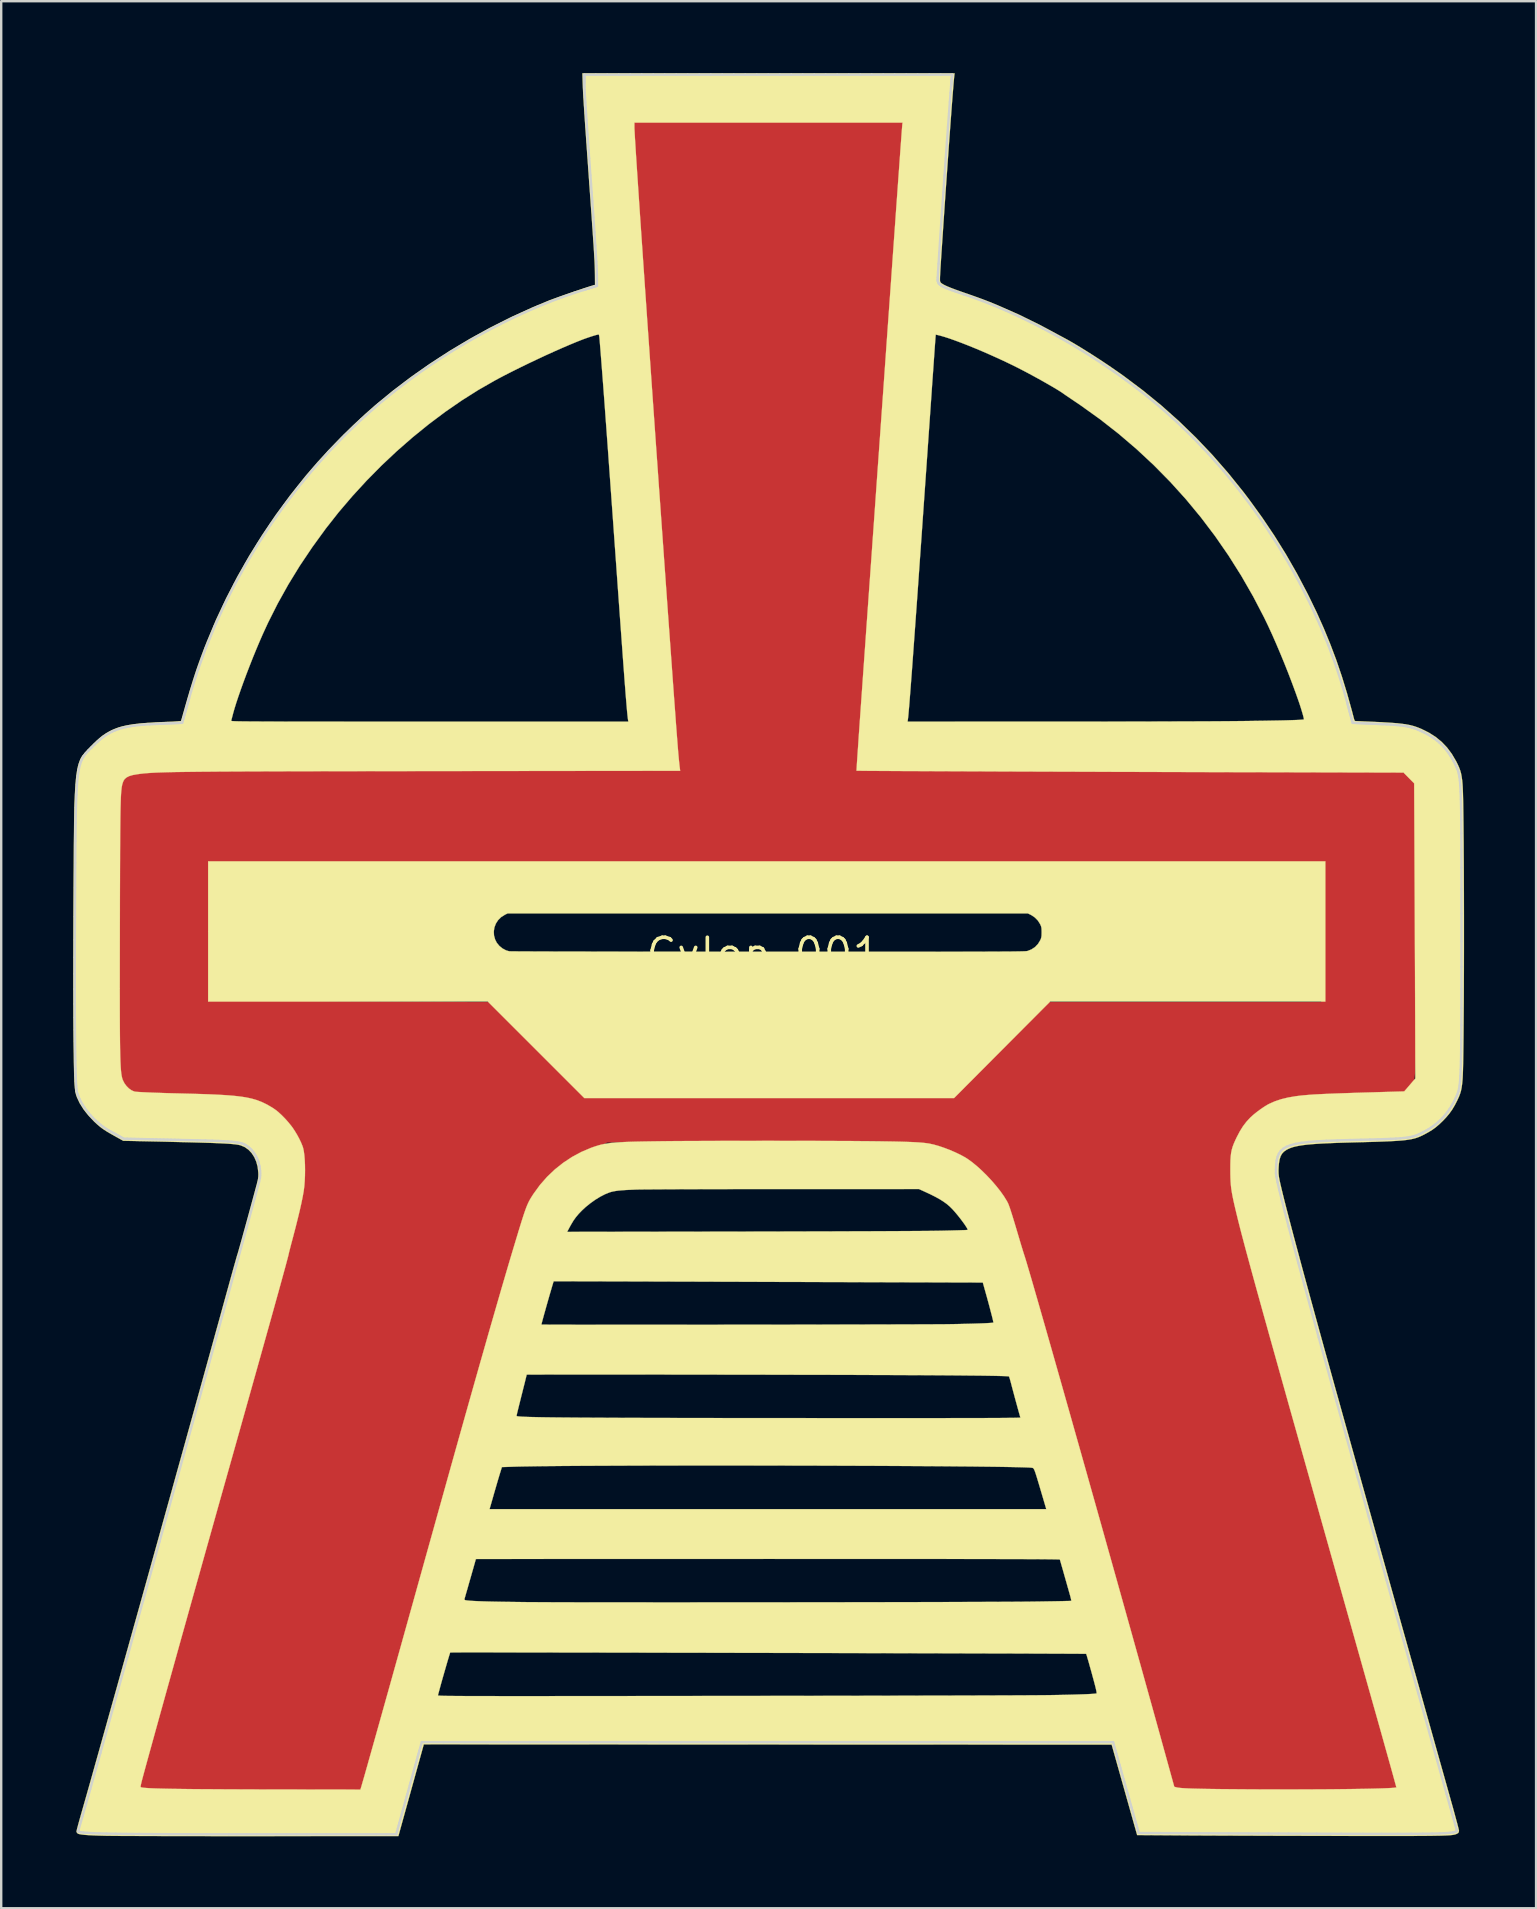
<source format=kicad_pcb>
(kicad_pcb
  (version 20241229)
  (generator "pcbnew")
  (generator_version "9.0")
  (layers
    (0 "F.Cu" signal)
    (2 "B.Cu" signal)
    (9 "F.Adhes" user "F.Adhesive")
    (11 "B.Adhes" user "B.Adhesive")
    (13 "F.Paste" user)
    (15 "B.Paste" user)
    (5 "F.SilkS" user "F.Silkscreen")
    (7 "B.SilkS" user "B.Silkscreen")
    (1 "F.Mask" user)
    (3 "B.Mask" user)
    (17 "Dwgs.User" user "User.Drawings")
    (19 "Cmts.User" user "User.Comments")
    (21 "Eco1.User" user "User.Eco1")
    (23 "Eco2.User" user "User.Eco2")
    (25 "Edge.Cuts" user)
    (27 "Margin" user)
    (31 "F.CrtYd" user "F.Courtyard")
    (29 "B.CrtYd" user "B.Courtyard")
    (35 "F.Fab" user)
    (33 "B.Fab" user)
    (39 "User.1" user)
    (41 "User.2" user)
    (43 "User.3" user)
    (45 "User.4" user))
  (footprint "Cylon_001"
    (layer "F.Cu")
    (at 28.777 36.687)
    (property "Reference" "Cylon_001" (at 0 0 0) (layer "F.SilkS") (effects (font (size 1.27 1.27) (thickness 0.15))))
    (attr through_hole)
    (fp_poly (pts (xy 0.637 -34.692) (xy 1.115 -34.692) (xy 1.58 -34.692) (xy 2.03 -34.691) (xy 2.464 -34.691) (xy 2.88 -34.69) (xy 3.276 -34.69) (xy 3.651 -34.689) (xy 4.003 -34.688) (xy 4.33 -34.687) (xy 4.629 -34.687) (xy 4.901 -34.686) (xy 5.143 -34.685) (xy 5.352 -34.683) (xy 5.528 -34.682) (xy 5.669 -34.681) (xy 5.773 -34.68) (xy 5.838 -34.679) (xy 5.863 -34.678) (xy 5.863 -34.677) (xy 5.862 -34.655) (xy 5.857 -34.593) (xy 5.85 -34.491) (xy 5.84 -34.351) (xy 5.827 -34.176) (xy 5.812 -33.965) (xy 5.795 -33.722) (xy 5.775 -33.447) (xy 5.753 -33.142) (xy 5.729 -32.808) (xy 5.704 -32.447) (xy 5.676 -32.061) (xy 5.646 -31.651) (xy 5.615 -31.218) (xy 5.583 -30.764) (xy 5.549 -30.291) (xy 5.513 -29.8) (xy 5.477 -29.293) (xy 5.439 -28.77) (xy 5.401 -28.234) (xy 5.362 -27.687) (xy 5.334 -27.306) (xy 5.253 -26.176) (xy 5.175 -25.087) (xy 5.099 -24.039) (xy 5.027 -23.031) (xy 4.958 -22.063) (xy 4.891 -21.133) (xy 4.827 -20.242) (xy 4.766 -19.389) (xy 4.708 -18.573) (xy 4.652 -17.793) (xy 4.599 -17.048) (xy 4.549 -16.339) (xy 4.501 -15.664) (xy 4.455 -15.022) (xy 4.412 -14.414) (xy 4.371 -13.838) (xy 4.333 -13.293) (xy 4.297 -12.78) (xy 4.263 -12.297) (xy 4.231 -11.844) (xy 4.202 -11.42) (xy 4.174 -11.024) (xy 4.149 -10.656) (xy 4.126 -10.315) (xy 4.104 -10.001) (xy 4.085 -9.712) (xy 4.067 -9.449) (xy 4.052 -9.21) (xy 4.038 -8.995) (xy 4.026 -8.803) (xy 4.015 -8.633) (xy 4.006 -8.486) (xy 3.999 -8.359) (xy 3.993 -8.253) (xy 3.989 -8.167) (xy 3.986 -8.102) (xy 3.973 -7.726) (xy 13.39 -7.725) (xy 14.257 -7.725) (xy 15.083 -7.725) (xy 15.868 -7.725) (xy 16.615 -7.725) (xy 17.323 -7.724) (xy 17.995 -7.724) (xy 18.631 -7.723) (xy 19.232 -7.722) (xy 19.799 -7.721) (xy 20.334 -7.72) (xy 20.837 -7.719) (xy 21.31 -7.718) (xy 21.754 -7.716) (xy 22.17 -7.714) (xy 22.558 -7.712) (xy 22.92 -7.71) (xy 23.257 -7.708) (xy 23.571 -7.705) (xy 23.861 -7.702) (xy 24.13 -7.699) (xy 24.379 -7.696) (xy 24.607 -7.692) (xy 24.818 -7.688) (xy 25.01 -7.684) (xy 25.187 -7.68) (xy 25.349 -7.675) (xy 25.496 -7.67) (xy 25.63 -7.664) (xy 25.752 -7.658) (xy 25.864 -7.652) (xy 25.966 -7.646) (xy 26.059 -7.639) (xy 26.144 -7.632) (xy 26.223 -7.624) (xy 26.297 -7.616) (xy 26.358 -7.609) (xy 26.504 -7.588) (xy 26.621 -7.563) (xy 26.722 -7.529) (xy 26.82 -7.481) (xy 26.928 -7.414) (xy 27.017 -7.354) (xy 27.226 -7.207) (xy 27.213 -1.968) (xy 27.212 -1.327) (xy 27.21 -0.726) (xy 27.208 -0.164) (xy 27.207 0.359) (xy 27.205 0.846) (xy 27.203 1.299) (xy 27.2 1.717) (xy 27.198 2.104) (xy 27.195 2.46) (xy 27.192 2.787) (xy 27.189 3.086) (xy 27.185 3.36) (xy 27.181 3.608) (xy 27.177 3.833) (xy 27.172 4.037) (xy 27.167 4.22) (xy 27.161 4.385) (xy 27.155 4.532) (xy 27.148 4.664) (xy 27.141 4.781) (xy 27.133 4.885) (xy 27.125 4.977) (xy 27.116 5.06) (xy 27.106 5.134) (xy 27.096 5.201) (xy 27.085 5.263) (xy 27.08 5.291) (xy 27.046 5.425) (xy 27.004 5.528) (xy 26.948 5.613) (xy 26.884 5.679) (xy 26.839 5.716) (xy 26.79 5.75) (xy 26.734 5.78) (xy 26.669 5.807) (xy 26.592 5.831) (xy 26.5 5.853) (xy 26.392 5.872) (xy 26.264 5.89) (xy 26.115 5.906) (xy 25.941 5.921) (xy 25.74 5.935) (xy 25.51 5.948) (xy 25.248 5.96) (xy 24.952 5.972) (xy 24.62 5.985) (xy 24.247 5.998) (xy 24.162 6.001) (xy 23.786 6.014) (xy 23.449 6.027) (xy 23.149 6.039) (xy 22.882 6.052) (xy 22.646 6.065) (xy 22.438 6.079) (xy 22.255 6.093) (xy 22.093 6.109) (xy 21.95 6.127) (xy 21.823 6.146) (xy 21.71 6.167) (xy 21.606 6.19) (xy 21.51 6.216) (xy 21.418 6.244) (xy 21.41 6.247) (xy 21.23 6.318) (xy 21.036 6.412) (xy 20.84 6.524) (xy 20.653 6.646) (xy 20.486 6.772) (xy 20.372 6.873) (xy 20.222 7.036) (xy 20.075 7.229) (xy 19.936 7.441) (xy 19.809 7.664) (xy 19.7 7.89) (xy 19.614 8.109) (xy 19.555 8.313) (xy 19.545 8.357) (xy 19.53 8.454) (xy 19.52 8.56) (xy 19.515 8.676) (xy 19.516 8.804) (xy 19.523 8.945) (xy 19.536 9.101) (xy 19.556 9.272) (xy 19.582 9.46) (xy 19.616 9.667) (xy 19.657 9.893) (xy 19.705 10.14) (xy 19.762 10.409) (xy 19.827 10.701) (xy 19.9 11.018) (xy 19.983 11.361) (xy 20.074 11.732) (xy 20.175 12.131) (xy 20.285 12.559) (xy 20.406 13.019) (xy 20.537 13.512) (xy 20.678 14.038) (xy 20.83 14.598) (xy 20.993 15.196) (xy 21.168 15.83) (xy 21.354 16.504) (xy 21.422 16.748) (xy 21.464 16.899) (xy 21.517 17.088) (xy 21.58 17.314) (xy 21.653 17.575) (xy 21.735 17.87) (xy 21.827 18.195) (xy 21.926 18.551) (xy 22.033 18.933) (xy 22.147 19.341) (xy 22.268 19.773) (xy 22.396 20.226) (xy 22.528 20.7) (xy 22.666 21.191) (xy 22.808 21.699) (xy 22.955 22.22) (xy 23.105 22.754) (xy 23.257 23.299) (xy 23.412 23.851) (xy 23.569 24.411) (xy 23.728 24.975) (xy 23.887 25.542) (xy 24.046 26.11) (xy 24.206 26.676) (xy 24.364 27.24) (xy 24.521 27.799) (xy 24.676 28.352) (xy 24.829 28.896) (xy 24.979 29.429) (xy 25.125 29.95) (xy 25.268 30.457) (xy 25.406 30.947) (xy 25.538 31.42) (xy 25.666 31.872) (xy 25.787 32.303) (xy 25.901 32.71) (xy 26.009 33.091) (xy 26.108 33.444) (xy 26.199 33.768) (xy 26.266 34.006) (xy 26.307 34.151) (xy 26.343 34.285) (xy 26.374 34.401) (xy 26.397 34.494) (xy 26.412 34.557) (xy 26.416 34.584) (xy 26.397 34.666) (xy 26.346 34.739) (xy 26.285 34.783) (xy 26.254 34.796) (xy 26.222 34.809) (xy 26.185 34.82) (xy 26.142 34.831) (xy 26.092 34.841) (xy 26.032 34.849) (xy 25.962 34.858) (xy 25.879 34.865) (xy 25.782 34.872) (xy 25.669 34.878) (xy 25.538 34.883) (xy 25.388 34.888) (xy 25.217 34.892) (xy 25.023 34.896) (xy 24.805 34.899) (xy 24.56 34.902) (xy 24.288 34.905) (xy 23.986 34.907) (xy 23.652 34.909) (xy 23.286 34.911) (xy 22.885 34.913) (xy 22.448 34.914) (xy 21.973 34.916) (xy 21.458 34.917) (xy 21.167 34.918) (xy 17.029 34.929) (xy 15.686 30.096) (xy 15.426 29.158) (xy 15.176 28.259) (xy 14.937 27.399) (xy 14.708 26.576) (xy 14.489 25.789) (xy 14.28 25.037) (xy 14.08 24.32) (xy 13.889 23.634) (xy 13.707 22.981) (xy 13.533 22.358) (xy 13.367 21.763) (xy 13.209 21.197) (xy 13.058 20.658) (xy 12.915 20.145) (xy 12.777 19.656) (xy 12.647 19.19) (xy 12.522 18.747) (xy 12.403 18.325) (xy 12.289 17.923) (xy 12.181 17.539) (xy 12.077 17.173) (xy 11.978 16.824) (xy 11.882 16.489) (xy 11.791 16.169) (xy 11.703 15.862) (xy 11.617 15.567) (xy 11.535 15.282) (xy 11.455 15.007) (xy 11.378 14.74) (xy 11.302 14.48) (xy 11.227 14.226) (xy 11.154 13.977) (xy 11.081 13.732) (xy 11.009 13.489) (xy 10.937 13.247) (xy 10.929 13.219) (xy 10.88 13.055) (xy 10.835 12.902) (xy 10.795 12.766) (xy 10.762 12.652) (xy 10.737 12.564) (xy 10.722 12.509) (xy 10.718 12.492) (xy 10.708 12.452) (xy 10.686 12.377) (xy 10.655 12.273) (xy 10.616 12.145) (xy 10.57 12) (xy 10.52 11.842) (xy 10.468 11.678) (xy 10.415 11.512) (xy 10.362 11.351) (xy 10.313 11.2) (xy 10.267 11.065) (xy 10.255 11.028) (xy 10.176 10.803) (xy 10.102 10.611) (xy 10.031 10.444) (xy 9.957 10.294) (xy 9.878 10.151) (xy 9.788 10.009) (xy 9.769 9.98) (xy 9.505 9.621) (xy 9.211 9.288) (xy 8.889 8.984) (xy 8.544 8.711) (xy 8.179 8.473) (xy 7.942 8.343) (xy 7.777 8.264) (xy 7.609 8.193) (xy 7.434 8.131) (xy 7.249 8.076) (xy 7.051 8.027) (xy 6.836 7.986) (xy 6.6 7.949) (xy 6.34 7.918) (xy 6.053 7.892) (xy 5.734 7.869) (xy 5.381 7.85) (xy 4.99 7.833) (xy 4.911 7.83) (xy 4.741 7.826) (xy 4.53 7.821) (xy 4.279 7.817) (xy 3.989 7.814) (xy 3.661 7.812) (xy 3.296 7.81) (xy 2.895 7.809) (xy 2.459 7.808) (xy 1.989 7.808) (xy 1.487 7.809) (xy 0.952 7.81) (xy 0.388 7.812) (xy -0.207 7.815) (xy -0.83 7.818) (xy -1.48 7.822) (xy -2.157 7.826) (xy -2.859 7.831) (xy -3.111 7.833) (xy -6.528 7.86) (xy -7.026 8.09) (xy -7.268 8.203) (xy -7.477 8.304) (xy -7.659 8.396) (xy -7.819 8.483) (xy -7.963 8.568) (xy -8.098 8.654) (xy -8.23 8.745) (xy -8.363 8.844) (xy -8.467 8.924) (xy -8.579 9.018) (xy -8.708 9.136) (xy -8.847 9.27) (xy -8.989 9.412) (xy -9.125 9.555) (xy -9.247 9.69) (xy -9.349 9.811) (xy -9.394 9.868) (xy -9.52 10.043) (xy -9.623 10.199) (xy -9.707 10.349) (xy -9.778 10.503) (xy -9.844 10.673) (xy -9.895 10.827) (xy -9.931 10.941) (xy -9.973 11.076) (xy -10.019 11.226) (xy -10.068 11.388) (xy -10.119 11.555) (xy -10.169 11.723) (xy -10.218 11.887) (xy -10.264 12.041) (xy -10.305 12.181) (xy -10.34 12.301) (xy -10.367 12.397) (xy -10.385 12.462) (xy -10.393 12.494) (xy -10.393 12.495) (xy -10.399 12.519) (xy -10.415 12.58) (xy -10.441 12.673) (xy -10.476 12.796) (xy -10.518 12.943) (xy -10.567 13.112) (xy -10.621 13.298) (xy -10.679 13.498) (xy -10.699 13.566) (xy -10.781 13.849) (xy -10.863 14.131) (xy -10.945 14.415) (xy -11.028 14.701) (xy -11.112 14.991) (xy -11.197 15.286) (xy -11.283 15.587) (xy -11.372 15.896) (xy -11.463 16.213) (xy -11.556 16.541) (xy -11.653 16.881) (xy -11.753 17.233) (xy -11.857 17.599) (xy -11.965 17.98) (xy -12.077 18.379) (xy -12.195 18.795) (xy -12.317 19.23) (xy -12.446 19.686) (xy -12.58 20.163) (xy -12.721 20.664) (xy -12.868 21.189) (xy -13.022 21.739) (xy -13.184 22.317) (xy -13.354 22.923) (xy -13.532 23.558) (xy -13.718 24.224) (xy -13.913 24.922) (xy -14.117 25.654) (xy -14.331 26.42) (xy -14.555 27.222) (xy -14.79 28.061) (xy -15.035 28.939) (xy -15.228 29.63) (xy -15.355 30.088) (xy -15.48 30.534) (xy -15.601 30.969) (xy -15.719 31.389) (xy -15.832 31.793) (xy -15.94 32.18) (xy -16.043 32.547) (xy -16.14 32.894) (xy -16.23 33.217) (xy -16.314 33.517) (xy -16.391 33.79) (xy -16.46 34.035) (xy -16.521 34.251) (xy -16.573 34.436) (xy -16.615 34.587) (xy -16.648 34.704) (xy -16.671 34.784) (xy -16.684 34.826) (xy -16.686 34.833) (xy -16.708 34.834) (xy -16.769 34.836) (xy -16.868 34.838) (xy -17 34.84) (xy -17.164 34.843) (xy -17.357 34.846) (xy -17.575 34.849) (xy -17.816 34.852) (xy -18.078 34.855) (xy -18.357 34.858) (xy -18.651 34.861) (xy -18.957 34.864) (xy -18.968 34.864) (xy -19.375 34.868) (xy -19.788 34.871) (xy -20.206 34.874) (xy -20.624 34.876) (xy -21.042 34.877) (xy -21.457 34.878) (xy -21.866 34.879) (xy -22.267 34.879) (xy -22.657 34.878) (xy -23.034 34.877) (xy -23.395 34.876) (xy -23.739 34.874) (xy -24.063 34.872) (xy -24.364 34.869) (xy -24.639 34.866) (xy -24.887 34.862) (xy -25.105 34.858) (xy -25.291 34.854) (xy -25.442 34.849) (xy -25.555 34.844) (xy -25.629 34.839) (xy -25.633 34.838) (xy -25.742 34.827) (xy -25.847 34.817) (xy -25.934 34.811) (xy -25.979 34.81) (xy -26.083 34.809) (xy -26.071 34.661) (xy -26.062 34.592) (xy -26.043 34.493) (xy -26.016 34.372) (xy -25.984 34.239) (xy -25.951 34.11) (xy -25.877 33.84) (xy -25.8 33.555) (xy -25.717 33.253) (xy -25.63 32.934) (xy -25.537 32.596) (xy -25.438 32.238) (xy -25.333 31.859) (xy -25.223 31.458) (xy -25.105 31.033) (xy -24.98 30.584) (xy -24.848 30.109) (xy -24.709 29.607) (xy -24.561 29.078) (xy -24.406 28.519) (xy -24.241 27.929) (xy -24.068 27.309) (xy -23.885 26.655) (xy -23.693 25.968) (xy -23.491 25.246) (xy -23.279 24.487) (xy -23.056 23.691) (xy -22.823 22.857) (xy -22.592 22.035) (xy -22.4 21.347) (xy -22.218 20.698) (xy -22.047 20.087) (xy -21.886 19.512) (xy -21.735 18.971) (xy -21.593 18.464) (xy -21.46 17.987) (xy -21.336 17.541) (xy -21.219 17.122) (xy -21.11 16.731) (xy -21.009 16.364) (xy -20.913 16.021) (xy -20.825 15.699) (xy -20.742 15.398) (xy -20.664 15.116) (xy -20.591 14.851) (xy -20.523 14.601) (xy -20.459 14.366) (xy -20.399 14.143) (xy -20.342 13.93) (xy -20.287 13.728) (xy -20.235 13.532) (xy -20.185 13.344) (xy -20.141 13.176) (xy -20.099 13.02) (xy -20.061 12.875) (xy -20.026 12.748) (xy -19.997 12.644) (xy -19.975 12.568) (xy -19.962 12.525) (xy -19.96 12.52) (xy -19.944 12.474) (xy -19.919 12.391) (xy -19.888 12.277) (xy -19.851 12.134) (xy -19.809 11.969) (xy -19.763 11.786) (xy -19.715 11.589) (xy -19.666 11.382) (xy -19.616 11.172) (xy -19.567 10.961) (xy -19.519 10.756) (xy -19.475 10.56) (xy -19.435 10.377) (xy -19.4 10.214) (xy -19.378 10.107) (xy -19.314 9.771) (xy -19.265 9.47) (xy -19.231 9.2) (xy -19.211 8.957) (xy -19.206 8.736) (xy -19.217 8.533) (xy -19.242 8.344) (xy -19.283 8.164) (xy -19.339 7.99) (xy -19.411 7.816) (xy -19.433 7.768) (xy -19.547 7.557) (xy -19.691 7.338) (xy -19.856 7.122) (xy -20.035 6.915) (xy -20.222 6.727) (xy -20.408 6.566) (xy -20.505 6.495) (xy -20.637 6.416) (xy -20.796 6.339) (xy -20.967 6.27) (xy -21.134 6.217) (xy -21.156 6.212) (xy -21.265 6.186) (xy -21.38 6.162) (xy -21.503 6.141) (xy -21.639 6.121) (xy -21.789 6.104) (xy -21.958 6.087) (xy -22.148 6.072) (xy -22.362 6.057) (xy -22.603 6.043) (xy -22.875 6.03) (xy -23.18 6.017) (xy -23.522 6.003) (xy -23.855 5.991) (xy -24.23 5.977) (xy -24.566 5.965) (xy -24.864 5.952) (xy -25.128 5.94) (xy -25.359 5.928) (xy -25.561 5.914) (xy -25.737 5.9) (xy -25.887 5.884) (xy -26.016 5.866) (xy -26.126 5.846) (xy -26.219 5.823) (xy -26.298 5.797) (xy -26.366 5.768) (xy -26.424 5.735) (xy -26.476 5.698) (xy -26.525 5.657) (xy -26.572 5.61) (xy -26.598 5.582) (xy -26.658 5.513) (xy -26.711 5.442) (xy -26.756 5.366) (xy -26.794 5.281) (xy -26.827 5.184) (xy -26.854 5.071) (xy -26.876 4.939) (xy -26.894 4.784) (xy -26.909 4.601) (xy -26.922 4.389) (xy -26.933 4.142) (xy -26.942 3.858) (xy -26.945 3.768) (xy -26.947 3.655) (xy -26.95 3.503) (xy -26.952 3.315) (xy -26.954 3.094) (xy -26.956 2.841) (xy -26.957 2.561) (xy -26.959 2.255) (xy -26.96 1.927) (xy -26.961 1.578) (xy -26.962 1.213) (xy -26.963 0.833) (xy -26.964 0.441) (xy -26.965 0.04) (xy -26.965 -0.367) (xy -26.965 -0.778) (xy -26.965 -1.19) (xy -26.965 -1.599) (xy -26.964 -2.004) (xy -26.964 -2.402) (xy -26.963 -2.79) (xy -26.962 -3.165) (xy -26.961 -3.524) (xy -26.961 -3.747) (xy -23.01 -3.747) (xy -22.997 -3.085) (xy -22.995 -2.969) (xy -22.992 -2.814) (xy -22.989 -2.625) (xy -22.986 -2.406) (xy -22.982 -2.161) (xy -22.978 -1.893) (xy -22.974 -1.608) (xy -22.97 -1.308) (xy -22.965 -0.999) (xy -22.961 -0.684) (xy -22.956 -0.366) (xy -22.955 -0.246) (xy -22.951 0.054) (xy -22.947 0.342) (xy -22.943 0.614) (xy -22.939 0.869) (xy -22.935 1.104) (xy -22.932 1.315) (xy -22.929 1.5) (xy -22.926 1.656) (xy -22.923 1.781) (xy -22.921 1.871) (xy -22.92 1.923) (xy -22.919 1.937) (xy -22.898 1.937) (xy -22.836 1.938) (xy -22.737 1.939) (xy -22.601 1.94) (xy -22.432 1.942) (xy -22.23 1.943) (xy -22 1.945) (xy -21.741 1.947) (xy -21.458 1.949) (xy -21.151 1.951) (xy -20.823 1.954) (xy -20.476 1.956) (xy -20.113 1.959) (xy -19.734 1.962) (xy -19.343 1.964) (xy -18.942 1.967) (xy -18.532 1.97) (xy -18.116 1.973) (xy -17.696 1.976) (xy -17.274 1.978) (xy -16.852 1.981) (xy -16.432 1.984) (xy -16.017 1.987) (xy -15.608 1.989) (xy -15.208 1.992) (xy -14.818 1.994) (xy -14.442 1.997) (xy -14.08 1.999) (xy -13.736 2.001) (xy -13.411 2.003) (xy -13.107 2.005) (xy -12.827 2.006) (xy -12.572 2.008) (xy -12.345 2.009) (xy -12.148 2.01) (xy -11.983 2.011) (xy -11.852 2.011) (xy -11.758 2.011) (xy -11.719 2.011) (xy -11.299 2.011) (xy -7.573 5.757) (xy 7.955 5.757) (xy 9.816 3.884) (xy 11.677 2.011) (xy 23.22 2.011) (xy 23.22 -3.747) (xy -23.01 -3.747) (xy -26.961 -3.747) (xy -26.96 -3.865) (xy -26.959 -4.185) (xy -26.957 -4.482) (xy -26.956 -4.752) (xy -26.954 -4.993) (xy -26.952 -5.202) (xy -26.949 -5.377) (xy -26.947 -5.514) (xy -26.945 -5.598) (xy -26.936 -5.862) (xy -26.926 -6.087) (xy -26.915 -6.279) (xy -26.903 -6.441) (xy -26.89 -6.579) (xy -26.874 -6.697) (xy -26.855 -6.798) (xy -26.837 -6.876) (xy -26.813 -6.961) (xy -26.786 -7.037) (xy -26.75 -7.111) (xy -26.703 -7.191) (xy -26.638 -7.284) (xy -26.553 -7.398) (xy -26.498 -7.469) (xy -26.3 -7.724) (xy -14.937 -7.725) (xy -3.575 -7.726) (xy -3.587 -7.795) (xy -3.593 -7.84) (xy -3.601 -7.907) (xy -3.61 -7.996) (xy -3.621 -8.108) (xy -3.634 -8.244) (xy -3.647 -8.404) (xy -3.663 -8.589) (xy -3.68 -8.8) (xy -3.699 -9.037) (xy -3.72 -9.301) (xy -3.742 -9.594) (xy -3.767 -9.914) (xy -3.793 -10.265) (xy -3.821 -10.645) (xy -3.852 -11.055) (xy -3.884 -11.497) (xy -3.919 -11.972) (xy -3.956 -12.479) (xy -3.995 -13.019) (xy -4.036 -13.594) (xy -4.08 -14.203) (xy -4.126 -14.849) (xy -4.175 -15.53) (xy -4.226 -16.249) (xy -4.28 -17.005) (xy -4.336 -17.8) (xy -4.395 -18.634) (xy -4.456 -19.507) (xy -4.521 -20.422) (xy -4.588 -21.377) (xy -4.614 -21.749) (xy -4.68 -22.682) (xy -4.743 -23.574) (xy -4.803 -24.425) (xy -4.861 -25.236) (xy -4.915 -26.007) (xy -4.967 -26.739) (xy -5.017 -27.432) (xy -5.064 -28.088) (xy -5.108 -28.707) (xy -5.15 -29.289) (xy -5.19 -29.836) (xy -5.227 -30.347) (xy -5.262 -30.824) (xy -5.295 -31.267) (xy -5.325 -31.677) (xy -5.354 -32.054) (xy -5.38 -32.399) (xy -5.404 -32.713) (xy -5.426 -32.996) (xy -5.446 -33.249) (xy -5.464 -33.473) (xy -5.481 -33.668) (xy -5.495 -33.835) (xy -5.508 -33.975) (xy -5.515 -34.047) (xy -5.529 -34.195) (xy -5.542 -34.332) (xy -5.553 -34.451) (xy -5.561 -34.546) (xy -5.566 -34.61) (xy -5.567 -34.634) (xy -5.567 -34.692) (xy 0.148 -34.692) (xy 0.637 -34.692)) (stroke (width 0.01) (type solid)) (fill yes) (layer "F.Cu"))
    (fp_poly (pts (xy 0.155 -2.053) (xy 0.972 -2.053) (xy 1.749 -2.053) (xy 2.485 -2.053) (xy 3.182 -2.053) (xy 3.841 -2.052) (xy 4.462 -2.052) (xy 5.048 -2.052) (xy 5.599 -2.052) (xy 6.116 -2.052) (xy 6.6 -2.051) (xy 7.052 -2.051) (xy 7.473 -2.05) (xy 7.864 -2.05) (xy 8.227 -2.049) (xy 8.562 -2.049) (xy 8.871 -2.048) (xy 9.154 -2.047) (xy 9.412 -2.046) (xy 9.648 -2.045) (xy 9.86 -2.044) (xy 10.052 -2.043) (xy 10.223 -2.042) (xy 10.374 -2.041) (xy 10.508 -2.04) (xy 10.624 -2.038) (xy 10.725 -2.037) (xy 10.81 -2.035) (xy 10.881 -2.033) (xy 10.939 -2.032) (xy 10.986 -2.03) (xy 11.021 -2.028) (xy 11.047 -2.025) (xy 11.064 -2.023) (xy 11.069 -2.022) (xy 11.274 -1.946) (xy 11.459 -1.835) (xy 11.621 -1.693) (xy 11.755 -1.525) (xy 11.856 -1.334) (xy 11.907 -1.185) (xy 11.928 -1.061) (xy 11.936 -0.916) (xy 11.931 -0.767) (xy 11.913 -0.634) (xy 11.906 -0.604) (xy 11.839 -0.424) (xy 11.738 -0.25) (xy 11.609 -0.091) (xy 11.461 0.043) (xy 11.299 0.143) (xy 11.298 0.144) (xy 11.28 0.154) (xy 11.264 0.163) (xy 11.251 0.172) (xy 11.238 0.18) (xy 11.225 0.188) (xy 11.21 0.195) (xy 11.193 0.202) (xy 11.172 0.209) (xy 11.147 0.215) (xy 11.116 0.221) (xy 11.078 0.226) (xy 11.032 0.231) (xy 10.977 0.236) (xy 10.911 0.24) (xy 10.835 0.244) (xy 10.746 0.248) (xy 10.644 0.251) (xy 10.527 0.254) (xy 10.395 0.257) (xy 10.246 0.259) (xy 10.079 0.262) (xy 9.894 0.264) (xy 9.688 0.265) (xy 9.461 0.267) (xy 9.212 0.268) (xy 8.94 0.269) (xy 8.644 0.27) (xy 8.322 0.271) (xy 7.973 0.272) (xy 7.597 0.272) (xy 7.192 0.273) (xy 6.758 0.273) (xy 6.292 0.273) (xy 5.795 0.273) (xy 5.264 0.273) (xy 4.699 0.273) (xy 4.099 0.273) (xy 3.463 0.273) (xy 2.789 0.273) (xy 2.076 0.272) (xy 1.324 0.272) (xy 0.531 0.272) (xy 0.159 0.272) (xy -0.513 0.272) (xy -1.174 0.272) (xy -1.824 0.271) (xy -2.46 0.271) (xy -3.082 0.271) (xy -3.689 0.27) (xy -4.279 0.27) (xy -4.851 0.27) (xy -5.403 0.269) (xy -5.935 0.269) (xy -6.445 0.269) (xy -6.931 0.268) (xy -7.394 0.268) (xy -7.83 0.267) (xy -8.24 0.267) (xy -8.621 0.266) (xy -8.973 0.266) (xy -9.294 0.265) (xy -9.583 0.265) (xy -9.839 0.264) (xy -10.061 0.264) (xy -10.246 0.263) (xy -10.394 0.263) (xy -10.504 0.262) (xy -10.574 0.262) (xy -10.604 0.261) (xy -10.604 0.261) (xy -10.815 0.209) (xy -11.013 0.121) (xy -11.191 0.002) (xy -11.342 -0.144) (xy -11.422 -0.249) (xy -11.525 -0.439) (xy -11.589 -0.637) (xy -11.616 -0.839) (xy -11.607 -1.04) (xy -11.565 -1.235) (xy -11.491 -1.42) (xy -11.386 -1.59) (xy -11.252 -1.741) (xy -11.091 -1.868) (xy -10.904 -1.966) (xy -10.81 -2.001) (xy -10.645 -2.053) (xy 0.155 -2.053)) (stroke (width 0.01) (type solid)) (fill yes) (layer "F.Mask"))
    (fp_poly (pts (xy 0.637 -34.692) (xy 1.115 -34.692) (xy 1.58 -34.692) (xy 2.03 -34.691) (xy 2.464 -34.691) (xy 2.88 -34.69) (xy 3.276 -34.69) (xy 3.651 -34.689) (xy 4.003 -34.688) (xy 4.33 -34.687) (xy 4.629 -34.687) (xy 4.901 -34.686) (xy 5.143 -34.685) (xy 5.352 -34.683) (xy 5.528 -34.682) (xy 5.669 -34.681) (xy 5.773 -34.68) (xy 5.838 -34.679) (xy 5.863 -34.678) (xy 5.863 -34.677) (xy 5.862 -34.655) (xy 5.857 -34.593) (xy 5.85 -34.491) (xy 5.84 -34.351) (xy 5.827 -34.176) (xy 5.812 -33.965) (xy 5.795 -33.722) (xy 5.775 -33.447) (xy 5.753 -33.142) (xy 5.729 -32.808) (xy 5.704 -32.447) (xy 5.676 -32.061) (xy 5.646 -31.651) (xy 5.615 -31.218) (xy 5.583 -30.764) (xy 5.549 -30.291) (xy 5.513 -29.8) (xy 5.477 -29.293) (xy 5.439 -28.77) (xy 5.401 -28.234) (xy 5.362 -27.687) (xy 5.334 -27.306) (xy 5.253 -26.176) (xy 5.175 -25.087) (xy 5.099 -24.039) (xy 5.027 -23.031) (xy 4.958 -22.063) (xy 4.891 -21.133) (xy 4.827 -20.242) (xy 4.766 -19.389) (xy 4.708 -18.573) (xy 4.652 -17.793) (xy 4.599 -17.048) (xy 4.549 -16.339) (xy 4.501 -15.664) (xy 4.455 -15.022) (xy 4.412 -14.414) (xy 4.371 -13.838) (xy 4.333 -13.293) (xy 4.297 -12.78) (xy 4.263 -12.297) (xy 4.231 -11.844) (xy 4.202 -11.42) (xy 4.174 -11.024) (xy 4.149 -10.656) (xy 4.126 -10.315) (xy 4.104 -10.001) (xy 4.085 -9.712) (xy 4.067 -9.449) (xy 4.052 -9.21) (xy 4.038 -8.995) (xy 4.026 -8.803) (xy 4.015 -8.633) (xy 4.006 -8.486) (xy 3.999 -8.359) (xy 3.993 -8.253) (xy 3.989 -8.167) (xy 3.986 -8.102) (xy 3.973 -7.726) (xy 13.39 -7.725) (xy 14.257 -7.725) (xy 15.083 -7.725) (xy 15.868 -7.725) (xy 16.615 -7.725) (xy 17.323 -7.724) (xy 17.995 -7.724) (xy 18.631 -7.723) (xy 19.232 -7.722) (xy 19.799 -7.721) (xy 20.334 -7.72) (xy 20.837 -7.719) (xy 21.31 -7.718) (xy 21.754 -7.716) (xy 22.17 -7.714) (xy 22.558 -7.712) (xy 22.92 -7.71) (xy 23.257 -7.708) (xy 23.571 -7.705) (xy 23.861 -7.702) (xy 24.13 -7.699) (xy 24.379 -7.696) (xy 24.607 -7.692) (xy 24.818 -7.688) (xy 25.01 -7.684) (xy 25.187 -7.68) (xy 25.349 -7.675) (xy 25.496 -7.67) (xy 25.63 -7.664) (xy 25.752 -7.658) (xy 25.864 -7.652) (xy 25.966 -7.646) (xy 26.059 -7.639) (xy 26.144 -7.632) (xy 26.223 -7.624) (xy 26.297 -7.616) (xy 26.358 -7.609) (xy 26.504 -7.588) (xy 26.621 -7.563) (xy 26.722 -7.529) (xy 26.82 -7.481) (xy 26.928 -7.414) (xy 27.017 -7.354) (xy 27.226 -7.207) (xy 27.213 -1.968) (xy 27.212 -1.327) (xy 27.21 -0.726) (xy 27.208 -0.164) (xy 27.207 0.359) (xy 27.205 0.846) (xy 27.203 1.299) (xy 27.2 1.717) (xy 27.198 2.104) (xy 27.195 2.46) (xy 27.192 2.787) (xy 27.189 3.086) (xy 27.185 3.36) (xy 27.181 3.608) (xy 27.177 3.833) (xy 27.172 4.037) (xy 27.167 4.22) (xy 27.161 4.385) (xy 27.155 4.532) (xy 27.148 4.664) (xy 27.141 4.781) (xy 27.133 4.885) (xy 27.125 4.977) (xy 27.116 5.06) (xy 27.106 5.134) (xy 27.096 5.201) (xy 27.085 5.263) (xy 27.08 5.291) (xy 27.046 5.425) (xy 27.004 5.528) (xy 26.948 5.613) (xy 26.884 5.679) (xy 26.839 5.716) (xy 26.79 5.75) (xy 26.734 5.78) (xy 26.669 5.807) (xy 26.592 5.831) (xy 26.5 5.853) (xy 26.392 5.872) (xy 26.264 5.89) (xy 26.115 5.906) (xy 25.941 5.921) (xy 25.74 5.935) (xy 25.51 5.948) (xy 25.248 5.96) (xy 24.952 5.972) (xy 24.62 5.985) (xy 24.247 5.998) (xy 24.162 6.001) (xy 23.786 6.014) (xy 23.449 6.027) (xy 23.149 6.039) (xy 22.882 6.052) (xy 22.646 6.065) (xy 22.438 6.079) (xy 22.255 6.093) (xy 22.093 6.109) (xy 21.95 6.127) (xy 21.823 6.146) (xy 21.71 6.167) (xy 21.606 6.19) (xy 21.51 6.216) (xy 21.418 6.244) (xy 21.41 6.247) (xy 21.23 6.318) (xy 21.036 6.412) (xy 20.84 6.524) (xy 20.653 6.646) (xy 20.486 6.772) (xy 20.372 6.873) (xy 20.222 7.036) (xy 20.075 7.229) (xy 19.936 7.441) (xy 19.809 7.664) (xy 19.7 7.89) (xy 19.614 8.109) (xy 19.555 8.313) (xy 19.545 8.357) (xy 19.53 8.454) (xy 19.52 8.56) (xy 19.515 8.676) (xy 19.516 8.804) (xy 19.523 8.945) (xy 19.536 9.101) (xy 19.556 9.272) (xy 19.582 9.46) (xy 19.616 9.667) (xy 19.657 9.893) (xy 19.705 10.14) (xy 19.762 10.409) (xy 19.827 10.701) (xy 19.9 11.018) (xy 19.983 11.361) (xy 20.074 11.732) (xy 20.175 12.131) (xy 20.285 12.559) (xy 20.406 13.019) (xy 20.537 13.512) (xy 20.678 14.038) (xy 20.83 14.598) (xy 20.993 15.196) (xy 21.168 15.83) (xy 21.354 16.504) (xy 21.422 16.748) (xy 21.464 16.899) (xy 21.517 17.088) (xy 21.58 17.314) (xy 21.653 17.575) (xy 21.735 17.87) (xy 21.827 18.195) (xy 21.926 18.551) (xy 22.033 18.933) (xy 22.147 19.341) (xy 22.268 19.773) (xy 22.396 20.226) (xy 22.528 20.7) (xy 22.666 21.191) (xy 22.808 21.699) (xy 22.955 22.22) (xy 23.105 22.754) (xy 23.257 23.299) (xy 23.412 23.851) (xy 23.569 24.411) (xy 23.728 24.975) (xy 23.887 25.542) (xy 24.046 26.11) (xy 24.206 26.676) (xy 24.364 27.24) (xy 24.521 27.799) (xy 24.676 28.352) (xy 24.829 28.896) (xy 24.979 29.429) (xy 25.125 29.95) (xy 25.268 30.457) (xy 25.406 30.947) (xy 25.538 31.42) (xy 25.666 31.872) (xy 25.787 32.303) (xy 25.901 32.71) (xy 26.009 33.091) (xy 26.108 33.444) (xy 26.199 33.768) (xy 26.266 34.006) (xy 26.307 34.151) (xy 26.343 34.285) (xy 26.374 34.401) (xy 26.397 34.494) (xy 26.412 34.557) (xy 26.416 34.584) (xy 26.397 34.666) (xy 26.346 34.739) (xy 26.285 34.783) (xy 26.254 34.796) (xy 26.222 34.809) (xy 26.185 34.82) (xy 26.142 34.831) (xy 26.092 34.841) (xy 26.032 34.849) (xy 25.962 34.858) (xy 25.879 34.865) (xy 25.782 34.872) (xy 25.669 34.878) (xy 25.538 34.883) (xy 25.388 34.888) (xy 25.217 34.892) (xy 25.023 34.896) (xy 24.805 34.899) (xy 24.56 34.902) (xy 24.288 34.905) (xy 23.986 34.907) (xy 23.652 34.909) (xy 23.286 34.911) (xy 22.885 34.913) (xy 22.448 34.914) (xy 21.973 34.916) (xy 21.458 34.917) (xy 21.167 34.918) (xy 17.029 34.929) (xy 15.686 30.096) (xy 15.426 29.158) (xy 15.176 28.259) (xy 14.937 27.399) (xy 14.708 26.576) (xy 14.489 25.789) (xy 14.28 25.037) (xy 14.08 24.32) (xy 13.889 23.634) (xy 13.707 22.981) (xy 13.533 22.358) (xy 13.367 21.763) (xy 13.209 21.197) (xy 13.058 20.658) (xy 12.915 20.145) (xy 12.777 19.656) (xy 12.647 19.19) (xy 12.522 18.747) (xy 12.403 18.325) (xy 12.289 17.923) (xy 12.181 17.539) (xy 12.077 17.173) (xy 11.978 16.824) (xy 11.882 16.489) (xy 11.791 16.169) (xy 11.703 15.862) (xy 11.617 15.567) (xy 11.535 15.282) (xy 11.455 15.007) (xy 11.378 14.74) (xy 11.302 14.48) (xy 11.227 14.226) (xy 11.154 13.977) (xy 11.081 13.732) (xy 11.009 13.489) (xy 10.937 13.247) (xy 10.929 13.219) (xy 10.88 13.055) (xy 10.835 12.902) (xy 10.795 12.766) (xy 10.762 12.652) (xy 10.737 12.564) (xy 10.722 12.509) (xy 10.718 12.492) (xy 10.708 12.452) (xy 10.686 12.377) (xy 10.655 12.273) (xy 10.616 12.145) (xy 10.57 12) (xy 10.52 11.842) (xy 10.468 11.678) (xy 10.415 11.512) (xy 10.362 11.351) (xy 10.313 11.2) (xy 10.267 11.065) (xy 10.255 11.028) (xy 10.176 10.803) (xy 10.102 10.611) (xy 10.031 10.444) (xy 9.957 10.294) (xy 9.878 10.151) (xy 9.788 10.009) (xy 9.769 9.98) (xy 9.505 9.621) (xy 9.211 9.288) (xy 8.889 8.984) (xy 8.544 8.711) (xy 8.179 8.473) (xy 7.942 8.343) (xy 7.777 8.264) (xy 7.609 8.193) (xy 7.434 8.131) (xy 7.249 8.076) (xy 7.051 8.027) (xy 6.836 7.986) (xy 6.6 7.949) (xy 6.34 7.918) (xy 6.053 7.892) (xy 5.734 7.869) (xy 5.381 7.85) (xy 4.99 7.833) (xy 4.911 7.83) (xy 4.741 7.826) (xy 4.53 7.821) (xy 4.279 7.817) (xy 3.989 7.814) (xy 3.661 7.812) (xy 3.296 7.81) (xy 2.895 7.809) (xy 2.459 7.808) (xy 1.989 7.808) (xy 1.487 7.809) (xy 0.952 7.81) (xy 0.388 7.812) (xy -0.207 7.815) (xy -0.83 7.818) (xy -1.48 7.822) (xy -2.157 7.826) (xy -2.859 7.831) (xy -3.111 7.833) (xy -6.528 7.86) (xy -7.026 8.09) (xy -7.268 8.203) (xy -7.477 8.304) (xy -7.659 8.396) (xy -7.819 8.483) (xy -7.963 8.568) (xy -8.098 8.654) (xy -8.23 8.745) (xy -8.363 8.844) (xy -8.467 8.924) (xy -8.579 9.018) (xy -8.708 9.136) (xy -8.847 9.27) (xy -8.989 9.412) (xy -9.125 9.555) (xy -9.247 9.69) (xy -9.349 9.811) (xy -9.394 9.868) (xy -9.52 10.043) (xy -9.623 10.199) (xy -9.707 10.349) (xy -9.778 10.503) (xy -9.844 10.673) (xy -9.895 10.827) (xy -9.931 10.941) (xy -9.973 11.076) (xy -10.019 11.226) (xy -10.068 11.388) (xy -10.119 11.555) (xy -10.169 11.723) (xy -10.218 11.887) (xy -10.264 12.041) (xy -10.305 12.181) (xy -10.34 12.301) (xy -10.367 12.397) (xy -10.385 12.462) (xy -10.393 12.494) (xy -10.393 12.495) (xy -10.399 12.519) (xy -10.415 12.58) (xy -10.441 12.673) (xy -10.476 12.796) (xy -10.518 12.943) (xy -10.567 13.112) (xy -10.621 13.298) (xy -10.679 13.498) (xy -10.699 13.566) (xy -10.781 13.849) (xy -10.863 14.131) (xy -10.945 14.415) (xy -11.028 14.701) (xy -11.112 14.991) (xy -11.197 15.286) (xy -11.283 15.587) (xy -11.372 15.896) (xy -11.463 16.213) (xy -11.556 16.541) (xy -11.653 16.881) (xy -11.753 17.233) (xy -11.857 17.599) (xy -11.965 17.98) (xy -12.077 18.379) (xy -12.195 18.795) (xy -12.317 19.23) (xy -12.446 19.686) (xy -12.58 20.163) (xy -12.721 20.664) (xy -12.868 21.189) (xy -13.022 21.739) (xy -13.184 22.317) (xy -13.354 22.923) (xy -13.532 23.558) (xy -13.718 24.224) (xy -13.913 24.922) (xy -14.117 25.654) (xy -14.331 26.42) (xy -14.555 27.222) (xy -14.79 28.061) (xy -15.035 28.939) (xy -15.228 29.63) (xy -15.355 30.088) (xy -15.48 30.534) (xy -15.601 30.969) (xy -15.719 31.389) (xy -15.832 31.793) (xy -15.94 32.18) (xy -16.043 32.547) (xy -16.14 32.894) (xy -16.23 33.217) (xy -16.314 33.517) (xy -16.391 33.79) (xy -16.46 34.035) (xy -16.521 34.251) (xy -16.573 34.436) (xy -16.615 34.587) (xy -16.648 34.704) (xy -16.671 34.784) (xy -16.684 34.826) (xy -16.686 34.833) (xy -16.708 34.834) (xy -16.769 34.836) (xy -16.868 34.838) (xy -17 34.84) (xy -17.164 34.843) (xy -17.357 34.846) (xy -17.575 34.849) (xy -17.816 34.852) (xy -18.078 34.855) (xy -18.357 34.858) (xy -18.651 34.861) (xy -18.957 34.864) (xy -18.968 34.864) (xy -19.375 34.868) (xy -19.788 34.871) (xy -20.206 34.874) (xy -20.624 34.876) (xy -21.042 34.877) (xy -21.457 34.878) (xy -21.866 34.879) (xy -22.267 34.879) (xy -22.657 34.878) (xy -23.034 34.877) (xy -23.395 34.876) (xy -23.739 34.874) (xy -24.063 34.872) (xy -24.364 34.869) (xy -24.639 34.866) (xy -24.887 34.862) (xy -25.105 34.858) (xy -25.291 34.854) (xy -25.442 34.849) (xy -25.555 34.844) (xy -25.629 34.839) (xy -25.633 34.838) (xy -25.742 34.827) (xy -25.847 34.817) (xy -25.934 34.811) (xy -25.979 34.81) (xy -26.083 34.809) (xy -26.071 34.661) (xy -26.062 34.592) (xy -26.043 34.493) (xy -26.016 34.372) (xy -25.984 34.239) (xy -25.951 34.11) (xy -25.877 33.84) (xy -25.8 33.555) (xy -25.717 33.253) (xy -25.63 32.934) (xy -25.537 32.596) (xy -25.438 32.238) (xy -25.333 31.859) (xy -25.223 31.458) (xy -25.105 31.033) (xy -24.98 30.584) (xy -24.848 30.109) (xy -24.709 29.607) (xy -24.561 29.078) (xy -24.406 28.519) (xy -24.241 27.929) (xy -24.068 27.309) (xy -23.885 26.655) (xy -23.693 25.968) (xy -23.491 25.246) (xy -23.279 24.487) (xy -23.056 23.691) (xy -22.823 22.857) (xy -22.592 22.035) (xy -22.4 21.347) (xy -22.218 20.698) (xy -22.047 20.087) (xy -21.886 19.512) (xy -21.735 18.971) (xy -21.593 18.464) (xy -21.46 17.987) (xy -21.336 17.541) (xy -21.219 17.122) (xy -21.11 16.731) (xy -21.009 16.364) (xy -20.913 16.021) (xy -20.825 15.699) (xy -20.742 15.398) (xy -20.664 15.116) (xy -20.591 14.851) (xy -20.523 14.601) (xy -20.459 14.366) (xy -20.399 14.143) (xy -20.342 13.93) (xy -20.287 13.728) (xy -20.235 13.532) (xy -20.185 13.344) (xy -20.141 13.176) (xy -20.099 13.02) (xy -20.061 12.875) (xy -20.026 12.748) (xy -19.997 12.644) (xy -19.975 12.568) (xy -19.962 12.525) (xy -19.96 12.52) (xy -19.944 12.474) (xy -19.919 12.391) (xy -19.888 12.277) (xy -19.851 12.134) (xy -19.809 11.969) (xy -19.763 11.786) (xy -19.715 11.589) (xy -19.666 11.382) (xy -19.616 11.172) (xy -19.567 10.961) (xy -19.519 10.756) (xy -19.475 10.56) (xy -19.435 10.377) (xy -19.4 10.214) (xy -19.378 10.107) (xy -19.314 9.771) (xy -19.265 9.47) (xy -19.231 9.2) (xy -19.211 8.957) (xy -19.206 8.736) (xy -19.217 8.533) (xy -19.242 8.344) (xy -19.283 8.164) (xy -19.339 7.99) (xy -19.411 7.816) (xy -19.433 7.768) (xy -19.547 7.557) (xy -19.691 7.338) (xy -19.856 7.122) (xy -20.035 6.915) (xy -20.222 6.727) (xy -20.408 6.566) (xy -20.505 6.495) (xy -20.637 6.416) (xy -20.796 6.339) (xy -20.967 6.27) (xy -21.134 6.217) (xy -21.156 6.212) (xy -21.265 6.186) (xy -21.38 6.162) (xy -21.503 6.141) (xy -21.639 6.121) (xy -21.789 6.104) (xy -21.958 6.087) (xy -22.148 6.072) (xy -22.362 6.057) (xy -22.603 6.043) (xy -22.875 6.03) (xy -23.18 6.017) (xy -23.522 6.003) (xy -23.855 5.991) (xy -24.23 5.977) (xy -24.566 5.965) (xy -24.864 5.952) (xy -25.128 5.94) (xy -25.359 5.928) (xy -25.561 5.914) (xy -25.737 5.9) (xy -25.887 5.884) (xy -26.016 5.866) (xy -26.126 5.846) (xy -26.219 5.823) (xy -26.298 5.797) (xy -26.366 5.768) (xy -26.424 5.735) (xy -26.476 5.698) (xy -26.525 5.657) (xy -26.572 5.61) (xy -26.598 5.582) (xy -26.658 5.513) (xy -26.711 5.442) (xy -26.756 5.366) (xy -26.794 5.281) (xy -26.827 5.184) (xy -26.854 5.071) (xy -26.876 4.939) (xy -26.894 4.784) (xy -26.909 4.601) (xy -26.922 4.389) (xy -26.933 4.142) (xy -26.942 3.858) (xy -26.945 3.768) (xy -26.947 3.655) (xy -26.95 3.503) (xy -26.952 3.315) (xy -26.954 3.094) (xy -26.956 2.841) (xy -26.957 2.561) (xy -26.959 2.255) (xy -26.96 1.927) (xy -26.961 1.578) (xy -26.962 1.213) (xy -26.963 0.833) (xy -26.964 0.441) (xy -26.965 0.04) (xy -26.965 -0.367) (xy -26.965 -0.778) (xy -26.965 -1.19) (xy -26.965 -1.599) (xy -26.964 -2.004) (xy -26.964 -2.402) (xy -26.963 -2.79) (xy -26.962 -3.165) (xy -26.961 -3.524) (xy -26.961 -3.747) (xy -23.01 -3.747) (xy -22.997 -3.085) (xy -22.995 -2.969) (xy -22.992 -2.814) (xy -22.989 -2.625) (xy -22.986 -2.406) (xy -22.982 -2.161) (xy -22.978 -1.893) (xy -22.974 -1.608) (xy -22.97 -1.308) (xy -22.965 -0.999) (xy -22.961 -0.684) (xy -22.956 -0.366) (xy -22.955 -0.246) (xy -22.951 0.054) (xy -22.947 0.342) (xy -22.943 0.614) (xy -22.939 0.869) (xy -22.935 1.104) (xy -22.932 1.315) (xy -22.929 1.5) (xy -22.926 1.656) (xy -22.923 1.781) (xy -22.921 1.871) (xy -22.92 1.923) (xy -22.919 1.937) (xy -22.898 1.937) (xy -22.836 1.938) (xy -22.737 1.939) (xy -22.601 1.94) (xy -22.432 1.942) (xy -22.23 1.943) (xy -22 1.945) (xy -21.741 1.947) (xy -21.458 1.949) (xy -21.151 1.951) (xy -20.823 1.954) (xy -20.476 1.956) (xy -20.113 1.959) (xy -19.734 1.962) (xy -19.343 1.964) (xy -18.942 1.967) (xy -18.532 1.97) (xy -18.116 1.973) (xy -17.696 1.976) (xy -17.274 1.978) (xy -16.852 1.981) (xy -16.432 1.984) (xy -16.017 1.987) (xy -15.608 1.989) (xy -15.208 1.992) (xy -14.818 1.994) (xy -14.442 1.997) (xy -14.08 1.999) (xy -13.736 2.001) (xy -13.411 2.003) (xy -13.107 2.005) (xy -12.827 2.006) (xy -12.572 2.008) (xy -12.345 2.009) (xy -12.148 2.01) (xy -11.983 2.011) (xy -11.852 2.011) (xy -11.758 2.011) (xy -11.719 2.011) (xy -11.299 2.011) (xy -7.573 5.757) (xy 7.955 5.757) (xy 9.816 3.884) (xy 11.677 2.011) (xy 23.22 2.011) (xy 23.22 -3.747) (xy -23.01 -3.747) (xy -26.961 -3.747) (xy -26.96 -3.865) (xy -26.959 -4.185) (xy -26.957 -4.482) (xy -26.956 -4.752) (xy -26.954 -4.993) (xy -26.952 -5.202) (xy -26.949 -5.377) (xy -26.947 -5.514) (xy -26.945 -5.598) (xy -26.936 -5.862) (xy -26.926 -6.087) (xy -26.915 -6.279) (xy -26.903 -6.441) (xy -26.89 -6.579) (xy -26.874 -6.697) (xy -26.855 -6.798) (xy -26.837 -6.876) (xy -26.813 -6.961) (xy -26.786 -7.037) (xy -26.75 -7.111) (xy -26.703 -7.191) (xy -26.638 -7.284) (xy -26.553 -7.398) (xy -26.498 -7.469) (xy -26.3 -7.724) (xy -14.937 -7.725) (xy -3.575 -7.726) (xy -3.587 -7.795) (xy -3.593 -7.84) (xy -3.601 -7.907) (xy -3.61 -7.996) (xy -3.621 -8.108) (xy -3.634 -8.244) (xy -3.647 -8.404) (xy -3.663 -8.589) (xy -3.68 -8.8) (xy -3.699 -9.037) (xy -3.72 -9.301) (xy -3.742 -9.594) (xy -3.767 -9.914) (xy -3.793 -10.265) (xy -3.821 -10.645) (xy -3.852 -11.055) (xy -3.884 -11.497) (xy -3.919 -11.972) (xy -3.956 -12.479) (xy -3.995 -13.019) (xy -4.036 -13.594) (xy -4.08 -14.203) (xy -4.126 -14.849) (xy -4.175 -15.53) (xy -4.226 -16.249) (xy -4.28 -17.005) (xy -4.336 -17.8) (xy -4.395 -18.634) (xy -4.456 -19.507) (xy -4.521 -20.422) (xy -4.588 -21.377) (xy -4.614 -21.749) (xy -4.68 -22.682) (xy -4.743 -23.574) (xy -4.803 -24.425) (xy -4.861 -25.236) (xy -4.915 -26.007) (xy -4.967 -26.739) (xy -5.017 -27.432) (xy -5.064 -28.088) (xy -5.108 -28.707) (xy -5.15 -29.289) (xy -5.19 -29.836) (xy -5.227 -30.347) (xy -5.262 -30.824) (xy -5.295 -31.267) (xy -5.325 -31.677) (xy -5.354 -32.054) (xy -5.38 -32.399) (xy -5.404 -32.713) (xy -5.426 -32.996) (xy -5.446 -33.249) (xy -5.464 -33.473) (xy -5.481 -33.668) (xy -5.495 -33.835) (xy -5.508 -33.975) (xy -5.515 -34.047) (xy -5.529 -34.195) (xy -5.542 -34.332) (xy -5.553 -34.451) (xy -5.561 -34.546) (xy -5.566 -34.61) (xy -5.567 -34.634) (xy -5.567 -34.692) (xy 0.148 -34.692) (xy 0.637 -34.692)) (stroke (width 0.01) (type solid)) (fill yes) (layer "F.Mask"))
    (fp_poly (pts (xy 0.155 -2.053) (xy 0.972 -2.053) (xy 1.749 -2.053) (xy 2.485 -2.053) (xy 3.182 -2.053) (xy 3.841 -2.052) (xy 4.462 -2.052) (xy 5.048 -2.052) (xy 5.599 -2.052) (xy 6.116 -2.052) (xy 6.6 -2.051) (xy 7.052 -2.051) (xy 7.473 -2.05) (xy 7.864 -2.05) (xy 8.227 -2.049) (xy 8.562 -2.049) (xy 8.871 -2.048) (xy 9.154 -2.047) (xy 9.412 -2.046) (xy 9.648 -2.045) (xy 9.86 -2.044) (xy 10.052 -2.043) (xy 10.223 -2.042) (xy 10.374 -2.041) (xy 10.508 -2.04) (xy 10.624 -2.038) (xy 10.725 -2.037) (xy 10.81 -2.035) (xy 10.881 -2.033) (xy 10.939 -2.032) (xy 10.986 -2.03) (xy 11.021 -2.028) (xy 11.047 -2.025) (xy 11.064 -2.023) (xy 11.069 -2.022) (xy 11.274 -1.946) (xy 11.459 -1.835) (xy 11.621 -1.693) (xy 11.755 -1.525) (xy 11.856 -1.334) (xy 11.907 -1.185) (xy 11.928 -1.061) (xy 11.936 -0.916) (xy 11.931 -0.767) (xy 11.913 -0.634) (xy 11.906 -0.604) (xy 11.839 -0.424) (xy 11.738 -0.25) (xy 11.609 -0.091) (xy 11.461 0.043) (xy 11.299 0.143) (xy 11.298 0.144) (xy 11.28 0.154) (xy 11.264 0.163) (xy 11.251 0.172) (xy 11.238 0.18) (xy 11.225 0.188) (xy 11.21 0.195) (xy 11.193 0.202) (xy 11.172 0.209) (xy 11.147 0.215) (xy 11.116 0.221) (xy 11.078 0.226) (xy 11.032 0.231) (xy 10.977 0.236) (xy 10.911 0.24) (xy 10.835 0.244) (xy 10.746 0.248) (xy 10.644 0.251) (xy 10.527 0.254) (xy 10.395 0.257) (xy 10.246 0.259) (xy 10.079 0.262) (xy 9.894 0.264) (xy 9.688 0.265) (xy 9.461 0.267) (xy 9.212 0.268) (xy 8.94 0.269) (xy 8.644 0.27) (xy 8.322 0.271) (xy 7.973 0.272) (xy 7.597 0.272) (xy 7.192 0.273) (xy 6.758 0.273) (xy 6.292 0.273) (xy 5.795 0.273) (xy 5.264 0.273) (xy 4.699 0.273) (xy 4.099 0.273) (xy 3.463 0.273) (xy 2.789 0.273) (xy 2.076 0.272) (xy 1.324 0.272) (xy 0.531 0.272) (xy 0.159 0.272) (xy -0.513 0.272) (xy -1.174 0.272) (xy -1.824 0.271) (xy -2.46 0.271) (xy -3.082 0.271) (xy -3.689 0.27) (xy -4.279 0.27) (xy -4.851 0.27) (xy -5.403 0.269) (xy -5.935 0.269) (xy -6.445 0.269) (xy -6.931 0.268) (xy -7.394 0.268) (xy -7.83 0.267) (xy -8.24 0.267) (xy -8.621 0.266) (xy -8.973 0.266) (xy -9.294 0.265) (xy -9.583 0.265) (xy -9.839 0.264) (xy -10.061 0.264) (xy -10.246 0.263) (xy -10.394 0.263) (xy -10.504 0.262) (xy -10.574 0.262) (xy -10.604 0.261) (xy -10.604 0.261) (xy -10.815 0.209) (xy -11.013 0.121) (xy -11.191 0.002) (xy -11.342 -0.144) (xy -11.422 -0.249) (xy -11.525 -0.439) (xy -11.589 -0.637) (xy -11.616 -0.839) (xy -11.607 -1.04) (xy -11.565 -1.235) (xy -11.491 -1.42) (xy -11.386 -1.59) (xy -11.252 -1.741) (xy -11.091 -1.868) (xy -10.904 -1.966) (xy -10.81 -2.001) (xy -10.645 -2.053) (xy 0.155 -2.053)) (stroke (width 0.01) (type solid)) (fill yes) (layer "B.Mask"))
    (fp_poly (pts (xy 23.389 1.99) (xy 11.922 1.99) (xy 9.92 4) (xy 7.919 6.011) (xy -7.482 6.011) (xy -9.493 4) (xy -11.504 1.99) (xy -23.156 1.99) (xy -23.156 -0.936) (xy -11.255 -0.936) (xy -11.246 -0.766) (xy -11.2 -0.598) (xy -11.13 -0.461) (xy -11.025 -0.332) (xy -10.893 -0.224) (xy -10.743 -0.144) (xy -10.618 -0.107) (xy -10.592 -0.106) (xy -10.524 -0.104) (xy -10.417 -0.103) (xy -10.271 -0.102) (xy -10.088 -0.101) (xy -9.869 -0.1) (xy -9.615 -0.099) (xy -9.328 -0.098) (xy -9.009 -0.097) (xy -8.658 -0.096) (xy -8.279 -0.095) (xy -7.871 -0.095) (xy -7.436 -0.094) (xy -6.975 -0.093) (xy -6.489 -0.092) (xy -5.981 -0.091) (xy -5.451 -0.091) (xy -4.899 -0.09) (xy -4.329 -0.09) (xy -3.74 -0.089) (xy -3.135 -0.089) (xy -2.514 -0.088) (xy -1.878 -0.088) (xy -1.23 -0.087) (xy -0.57 -0.087) (xy 0.1 -0.087) (xy 0.16 -0.087) (xy 0.969 -0.087) (xy 1.736 -0.087) (xy 2.464 -0.087) (xy 3.152 -0.087) (xy 3.803 -0.086) (xy 4.416 -0.086) (xy 4.994 -0.087) (xy 5.537 -0.087) (xy 6.046 -0.087) (xy 6.522 -0.087) (xy 6.967 -0.087) (xy 7.382 -0.088) (xy 7.767 -0.088) (xy 8.124 -0.088) (xy 8.453 -0.089) (xy 8.756 -0.09) (xy 9.034 -0.09) (xy 9.289 -0.091) (xy 9.52 -0.092) (xy 9.729 -0.093) (xy 9.918 -0.094) (xy 10.087 -0.095) (xy 10.237 -0.096) (xy 10.37 -0.097) (xy 10.486 -0.099) (xy 10.587 -0.1) (xy 10.673 -0.102) (xy 10.746 -0.103) (xy 10.807 -0.105) (xy 10.857 -0.107) (xy 10.897 -0.109) (xy 10.928 -0.111) (xy 10.951 -0.113) (xy 10.968 -0.116) (xy 10.976 -0.117) (xy 11.144 -0.183) (xy 11.294 -0.283) (xy 11.419 -0.415) (xy 11.512 -0.569) (xy 11.539 -0.631) (xy 11.555 -0.689) (xy 11.564 -0.755) (xy 11.567 -0.844) (xy 11.568 -0.9) (xy 11.566 -1.002) (xy 11.561 -1.075) (xy 11.549 -1.133) (xy 11.528 -1.189) (xy 11.505 -1.238) (xy 11.409 -1.389) (xy 11.281 -1.518) (xy 11.131 -1.617) (xy 11.123 -1.621) (xy 10.996 -1.683) (xy -10.679 -1.683) (xy -10.797 -1.625) (xy -10.95 -1.528) (xy -11.074 -1.405) (xy -11.167 -1.261) (xy -11.228 -1.103) (xy -11.255 -0.936) (xy -23.156 -0.936) (xy -23.156 -3.852) (xy 23.389 -3.852) (xy 23.389 1.99)) (stroke (width 0.01) (type solid)) (fill yes) (layer "F.SilkS"))
    (fp_poly (pts (xy 7.929 -36.571) (xy 7.92 -36.482) (xy 7.908 -36.354) (xy 7.894 -36.187) (xy 7.877 -35.983) (xy 7.858 -35.746) (xy 7.837 -35.476) (xy 7.814 -35.175) (xy 7.79 -34.846) (xy 7.763 -34.49) (xy 7.736 -34.11) (xy 7.706 -33.707) (xy 7.676 -33.283) (xy 7.645 -32.841) (xy 7.613 -32.382) (xy 7.579 -31.908) (xy 7.546 -31.422) (xy 7.512 -30.924) (xy 7.477 -30.418) (xy 7.473 -30.353) (xy 7.449 -29.992) (xy 7.427 -29.671) (xy 7.408 -29.387) (xy 7.391 -29.139) (xy 7.377 -28.922) (xy 7.365 -28.737) (xy 7.355 -28.579) (xy 7.347 -28.446) (xy 7.341 -28.336) (xy 7.337 -28.247) (xy 7.334 -28.176) (xy 7.333 -28.121) (xy 7.333 -28.079) (xy 7.334 -28.048) (xy 7.337 -28.026) (xy 7.34 -28.01) (xy 7.345 -27.998) (xy 7.349 -27.987) (xy 7.378 -27.95) (xy 7.434 -27.909) (xy 7.517 -27.862) (xy 7.632 -27.808) (xy 7.78 -27.747) (xy 7.963 -27.677) (xy 8.184 -27.598) (xy 8.297 -27.558) (xy 8.536 -27.475) (xy 8.74 -27.403) (xy 8.919 -27.339) (xy 9.078 -27.281) (xy 9.224 -27.226) (xy 9.364 -27.172) (xy 9.505 -27.115) (xy 9.653 -27.054) (xy 9.729 -27.023) (xy 10.609 -26.635) (xy 11.475 -26.21) (xy 11.906 -25.981) (xy 12.036 -25.911) (xy 12.167 -25.84) (xy 12.289 -25.774) (xy 12.393 -25.719) (xy 12.467 -25.679) (xy 12.672 -25.568) (xy 12.905 -25.434) (xy 13.161 -25.281) (xy 13.433 -25.112) (xy 13.718 -24.932) (xy 14.009 -24.743) (xy 14.301 -24.549) (xy 14.588 -24.353) (xy 14.866 -24.159) (xy 15 -24.063) (xy 15.792 -23.468) (xy 16.556 -22.844) (xy 17.291 -22.189) (xy 17.999 -21.503) (xy 18.682 -20.784) (xy 19.339 -20.031) (xy 19.972 -19.245) (xy 20.217 -18.922) (xy 20.762 -18.168) (xy 21.271 -17.41) (xy 21.749 -16.641) (xy 22.201 -15.851) (xy 22.633 -15.032) (xy 22.709 -14.88) (xy 23.031 -14.214) (xy 23.325 -13.556) (xy 23.595 -12.899) (xy 23.845 -12.236) (xy 24.076 -11.557) (xy 24.291 -10.855) (xy 24.495 -10.122) (xy 24.557 -9.883) (xy 24.581 -9.794) (xy 24.598 -9.739) (xy 24.615 -9.709) (xy 24.635 -9.697) (xy 24.664 -9.694) (xy 24.671 -9.694) (xy 24.707 -9.693) (xy 24.781 -9.691) (xy 24.885 -9.687) (xy 25.015 -9.681) (xy 25.166 -9.675) (xy 25.331 -9.667) (xy 25.444 -9.662) (xy 25.743 -9.648) (xy 26.005 -9.633) (xy 26.233 -9.617) (xy 26.431 -9.6) (xy 26.605 -9.58) (xy 26.758 -9.558) (xy 26.895 -9.532) (xy 27.02 -9.502) (xy 27.137 -9.467) (xy 27.251 -9.426) (xy 27.366 -9.379) (xy 27.396 -9.366) (xy 27.709 -9.21) (xy 27.988 -9.032) (xy 28.237 -8.827) (xy 28.459 -8.594) (xy 28.657 -8.329) (xy 28.834 -8.029) (xy 28.901 -7.895) (xy 28.96 -7.763) (xy 29.006 -7.641) (xy 29.041 -7.519) (xy 29.067 -7.385) (xy 29.089 -7.228) (xy 29.104 -7.07) (xy 29.11 -6.976) (xy 29.116 -6.843) (xy 29.122 -6.672) (xy 29.127 -6.466) (xy 29.132 -6.226) (xy 29.136 -5.955) (xy 29.14 -5.656) (xy 29.144 -5.331) (xy 29.147 -4.982) (xy 29.151 -4.61) (xy 29.153 -4.22) (xy 29.156 -3.812) (xy 29.158 -3.39) (xy 29.159 -2.954) (xy 29.161 -2.509) (xy 29.162 -2.056) (xy 29.163 -1.597) (xy 29.163 -1.134) (xy 29.163 -0.671) (xy 29.163 -0.208) (xy 29.162 0.251) (xy 29.161 0.704) (xy 29.159 1.149) (xy 29.158 1.584) (xy 29.156 2.006) (xy 29.153 2.413) (xy 29.15 2.803) (xy 29.147 3.173) (xy 29.144 3.522) (xy 29.14 3.847) (xy 29.136 4.145) (xy 29.132 4.414) (xy 29.127 4.653) (xy 29.122 4.858) (xy 29.116 5.028) (xy 29.11 5.16) (xy 29.104 5.249) (xy 29.086 5.431) (xy 29.065 5.581) (xy 29.038 5.711) (xy 29.002 5.831) (xy 28.956 5.952) (xy 28.895 6.085) (xy 28.894 6.088) (xy 28.783 6.305) (xy 28.672 6.492) (xy 28.551 6.661) (xy 28.413 6.824) (xy 28.279 6.964) (xy 28.129 7.108) (xy 27.989 7.227) (xy 27.845 7.332) (xy 27.685 7.43) (xy 27.508 7.527) (xy 27.424 7.569) (xy 27.342 7.607) (xy 27.26 7.641) (xy 27.176 7.671) (xy 27.085 7.697) (xy 26.985 7.72) (xy 26.873 7.74) (xy 26.747 7.758) (xy 26.603 7.774) (xy 26.439 7.787) (xy 26.251 7.799) (xy 26.037 7.81) (xy 25.793 7.82) (xy 25.518 7.83) (xy 25.208 7.839) (xy 24.859 7.848) (xy 24.659 7.853) (xy 24.262 7.864) (xy 23.904 7.875) (xy 23.583 7.888) (xy 23.297 7.901) (xy 23.043 7.916) (xy 22.819 7.932) (xy 22.622 7.951) (xy 22.449 7.972) (xy 22.298 7.996) (xy 22.166 8.022) (xy 22.051 8.051) (xy 21.95 8.084) (xy 21.861 8.121) (xy 21.78 8.162) (xy 21.766 8.17) (xy 21.663 8.242) (xy 21.583 8.329) (xy 21.524 8.436) (xy 21.482 8.569) (xy 21.455 8.734) (xy 21.444 8.869) (xy 21.437 9.024) (xy 21.44 9.153) (xy 21.452 9.271) (xy 21.458 9.313) (xy 21.48 9.426) (xy 21.513 9.578) (xy 21.558 9.77) (xy 21.614 10.002) (xy 21.681 10.273) (xy 21.76 10.582) (xy 21.85 10.929) (xy 21.951 11.314) (xy 22.062 11.736) (xy 22.185 12.195) (xy 22.318 12.69) (xy 22.461 13.221) (xy 22.615 13.787) (xy 22.779 14.389) (xy 22.954 15.025) (xy 23.138 15.695) (xy 23.332 16.399) (xy 23.537 17.136) (xy 23.751 17.907) (xy 23.815 18.14) (xy 23.879 18.367) (xy 23.953 18.632) (xy 24.037 18.934) (xy 24.131 19.271) (xy 24.234 19.639) (xy 24.346 20.038) (xy 24.465 20.465) (xy 24.592 20.918) (xy 24.725 21.395) (xy 24.865 21.894) (xy 25.01 22.412) (xy 25.16 22.948) (xy 25.314 23.499) (xy 25.472 24.063) (xy 25.634 24.639) (xy 25.798 25.224) (xy 25.964 25.815) (xy 26.131 26.412) (xy 26.299 27.011) (xy 26.467 27.611) (xy 26.635 28.209) (xy 26.802 28.804) (xy 26.967 29.393) (xy 27.13 29.974) (xy 27.29 30.545) (xy 27.447 31.105) (xy 27.6 31.65) (xy 27.749 32.179) (xy 27.892 32.689) (xy 28.03 33.179) (xy 28.161 33.646) (xy 28.286 34.089) (xy 28.403 34.504) (xy 28.511 34.891) (xy 28.555 35.047) (xy 28.622 35.285) (xy 28.686 35.513) (xy 28.745 35.726) (xy 28.798 35.922) (xy 28.845 36.096) (xy 28.886 36.246) (xy 28.917 36.368) (xy 28.94 36.458) (xy 28.953 36.513) (xy 28.956 36.528) (xy 28.948 36.59) (xy 28.919 36.631) (xy 28.859 36.664) (xy 28.848 36.669) (xy 28.824 36.679) (xy 28.796 36.687) (xy 28.764 36.696) (xy 28.727 36.703) (xy 28.681 36.71) (xy 28.626 36.716) (xy 28.56 36.722) (xy 28.481 36.727) (xy 28.388 36.731) (xy 28.279 36.735) (xy 28.152 36.739) (xy 28.006 36.741) (xy 27.838 36.744) (xy 27.648 36.746) (xy 27.434 36.748) (xy 27.194 36.749) (xy 26.926 36.75) (xy 26.629 36.751) (xy 26.3 36.751) (xy 25.939 36.751) (xy 25.544 36.751) (xy 25.113 36.751) (xy 24.644 36.75) (xy 24.136 36.749) (xy 23.686 36.749) (xy 23.223 36.748) (xy 22.755 36.747) (xy 22.285 36.746) (xy 21.816 36.745) (xy 21.351 36.744) (xy 20.892 36.742) (xy 20.444 36.741) (xy 20.01 36.739) (xy 19.592 36.738) (xy 19.194 36.737) (xy 18.819 36.735) (xy 18.47 36.734) (xy 18.151 36.732) (xy 17.864 36.731) (xy 17.612 36.729) (xy 17.4 36.728) (xy 17.378 36.727) (xy 15.548 36.714) (xy 15.017 34.83) (xy 14.486 32.946) (xy 0.158 32.941) (xy -14.171 32.935) (xy -14.701 34.846) (xy -15.23 36.756) (xy -20.998 36.758) (xy -21.498 36.758) (xy -21.992 36.758) (xy -22.477 36.758) (xy -22.951 36.758) (xy -23.414 36.757) (xy -23.861 36.757) (xy -24.292 36.756) (xy -24.705 36.756) (xy -25.097 36.755) (xy -25.466 36.754) (xy -25.811 36.753) (xy -26.13 36.752) (xy -26.42 36.751) (xy -26.679 36.75) (xy -26.906 36.749) (xy -27.099 36.747) (xy -27.255 36.746) (xy -27.373 36.745) (xy -27.445 36.743) (xy -27.716 36.736) (xy -27.947 36.727) (xy -28.139 36.717) (xy -28.295 36.706) (xy -28.417 36.692) (xy -28.507 36.677) (xy -28.568 36.66) (xy -28.59 36.649) (xy -28.631 36.6) (xy -28.639 36.562) (xy -28.633 36.529) (xy -28.617 36.46) (xy -28.591 36.362) (xy -28.558 36.238) (xy -28.519 36.096) (xy -28.475 35.939) (xy -28.449 35.848) (xy -28.39 35.641) (xy -28.32 35.395) (xy -28.239 35.112) (xy -28.149 34.793) (xy -28.049 34.44) (xy -27.941 34.055) (xy -27.824 33.639) (xy -27.699 33.195) (xy -27.567 32.724) (xy -27.427 32.228) (xy -27.282 31.709) (xy -27.13 31.167) (xy -26.972 30.606) (xy -26.81 30.026) (xy -26.643 29.43) (xy -26.472 28.819) (xy -26.298 28.195) (xy -26.12 27.56) (xy -25.94 26.915) (xy -25.758 26.263) (xy -25.574 25.604) (xy -25.389 24.941) (xy -25.203 24.275) (xy -25.018 23.608) (xy -24.832 22.942) (xy -24.647 22.279) (xy -24.464 21.62) (xy -24.282 20.967) (xy -24.102 20.321) (xy -23.926 19.686) (xy -23.752 19.061) (xy -23.582 18.449) (xy -23.416 17.852) (xy -23.255 17.272) (xy -23.099 16.709) (xy -22.949 16.167) (xy -22.805 15.646) (xy -22.667 15.149) (xy -22.537 14.676) (xy -22.414 14.231) (xy -22.374 14.086) (xy -22.305 13.838) (xy -22.24 13.601) (xy -22.178 13.378) (xy -22.121 13.173) (xy -22.069 12.989) (xy -22.024 12.83) (xy -21.987 12.698) (xy -21.958 12.597) (xy -21.938 12.529) (xy -21.928 12.5) (xy -21.928 12.499) (xy -21.919 12.472) (xy -21.9 12.408) (xy -21.873 12.31) (xy -21.837 12.183) (xy -21.794 12.031) (xy -21.745 11.856) (xy -21.692 11.664) (xy -21.635 11.457) (xy -21.575 11.24) (xy -21.513 11.016) (xy -21.451 10.79) (xy -21.39 10.564) (xy -21.33 10.343) (xy -21.272 10.131) (xy -21.218 9.931) (xy -21.169 9.748) (xy -21.166 9.738) (xy -21.128 9.597) (xy -21.101 9.488) (xy -21.082 9.404) (xy -21.07 9.336) (xy -21.064 9.276) (xy -21.062 9.215) (xy -21.064 9.145) (xy -21.066 9.103) (xy -21.093 8.873) (xy -21.15 8.66) (xy -21.234 8.468) (xy -21.343 8.3) (xy -21.475 8.161) (xy -21.627 8.053) (xy -21.797 7.981) (xy -21.834 7.971) (xy -21.886 7.959) (xy -21.947 7.949) (xy -22.018 7.938) (xy -22.103 7.929) (xy -22.204 7.92) (xy -22.321 7.911) (xy -22.458 7.903) (xy -22.617 7.895) (xy -22.799 7.887) (xy -23.007 7.879) (xy -23.244 7.872) (xy -23.51 7.864) (xy -23.808 7.855) (xy -24.141 7.847) (xy -24.51 7.838) (xy -24.918 7.828) (xy -25.269 7.82) (xy -26.694 7.789) (xy -27.058 7.586) (xy -27.23 7.489) (xy -27.372 7.405) (xy -27.491 7.329) (xy -27.595 7.256) (xy -27.691 7.18) (xy -27.787 7.097) (xy -27.89 7) (xy -27.915 6.976) (xy -28.148 6.73) (xy -28.345 6.48) (xy -28.503 6.229) (xy -28.62 5.98) (xy -28.636 5.937) (xy -28.652 5.889) (xy -28.667 5.838) (xy -28.68 5.782) (xy -28.692 5.719) (xy -28.702 5.645) (xy -28.711 5.558) (xy -28.719 5.455) (xy -28.726 5.335) (xy -28.732 5.194) (xy -28.738 5.029) (xy -28.743 4.839) (xy -28.747 4.621) (xy -28.751 4.372) (xy -28.755 4.089) (xy -28.759 3.77) (xy -28.763 3.413) (xy -28.764 3.236) (xy -28.766 2.992) (xy -28.768 2.718) (xy -28.769 2.417) (xy -28.77 2.091) (xy -28.771 1.743) (xy -28.771 1.455) (xy -26.837 1.455) (xy -26.836 1.871) (xy -26.836 2.253) (xy -26.835 2.604) (xy -26.834 2.925) (xy -26.832 3.217) (xy -26.83 3.481) (xy -26.827 3.72) (xy -26.824 3.936) (xy -26.82 4.128) (xy -26.816 4.3) (xy -26.811 4.451) (xy -26.805 4.585) (xy -26.799 4.703) (xy -26.792 4.805) (xy -26.784 4.894) (xy -26.776 4.971) (xy -26.766 5.038) (xy -26.756 5.096) (xy -26.745 5.146) (xy -26.734 5.19) (xy -26.721 5.231) (xy -26.711 5.258) (xy -26.647 5.387) (xy -26.56 5.506) (xy -26.457 5.609) (xy -26.345 5.688) (xy -26.233 5.736) (xy -26.188 5.745) (xy -26.114 5.752) (xy -26.001 5.759) (xy -25.852 5.767) (xy -25.672 5.775) (xy -25.462 5.784) (xy -25.228 5.792) (xy -24.971 5.801) (xy -24.696 5.809) (xy -24.405 5.816) (xy -24.225 5.821) (xy -23.82 5.831) (xy -23.454 5.842) (xy -23.125 5.853) (xy -22.829 5.866) (xy -22.564 5.88) (xy -22.327 5.896) (xy -22.114 5.913) (xy -21.924 5.933) (xy -21.753 5.955) (xy -21.599 5.979) (xy -21.457 6.007) (xy -21.326 6.037) (xy -21.203 6.072) (xy -21.118 6.098) (xy -20.916 6.176) (xy -20.702 6.28) (xy -20.494 6.401) (xy -20.357 6.493) (xy -20.232 6.592) (xy -20.094 6.719) (xy -19.952 6.863) (xy -19.815 7.017) (xy -19.691 7.169) (xy -19.638 7.241) (xy -19.543 7.384) (xy -19.448 7.541) (xy -19.361 7.703) (xy -19.286 7.859) (xy -19.228 7.999) (xy -19.199 8.086) (xy -19.171 8.218) (xy -19.148 8.385) (xy -19.132 8.578) (xy -19.122 8.791) (xy -19.119 9.014) (xy -19.122 9.241) (xy -19.132 9.464) (xy -19.148 9.675) (xy -19.172 9.867) (xy -19.178 9.906) (xy -19.217 10.122) (xy -19.269 10.377) (xy -19.335 10.671) (xy -19.415 11.003) (xy -19.508 11.375) (xy -19.615 11.786) (xy -19.664 11.97) (xy -19.701 12.108) (xy -19.734 12.237) (xy -19.763 12.348) (xy -19.785 12.436) (xy -19.798 12.493) (xy -19.801 12.507) (xy -19.81 12.547) (xy -19.828 12.62) (xy -19.856 12.726) (xy -19.893 12.865) (xy -19.939 13.038) (xy -19.996 13.245) (xy -20.062 13.486) (xy -20.138 13.763) (xy -20.224 14.074) (xy -20.321 14.422) (xy -20.427 14.805) (xy -20.544 15.225) (xy -20.672 15.682) (xy -20.81 16.176) (xy -20.959 16.708) (xy -21.119 17.279) (xy -21.29 17.887) (xy -21.472 18.535) (xy -21.665 19.222) (xy -21.869 19.949) (xy -22.085 20.716) (xy -22.158 20.976) (xy -22.436 21.962) (xy -22.705 22.917) (xy -22.964 23.841) (xy -23.215 24.733) (xy -23.456 25.593) (xy -23.688 26.419) (xy -23.91 27.21) (xy -24.122 27.968) (xy -24.324 28.689) (xy -24.515 29.375) (xy -24.696 30.024) (xy -24.867 30.636) (xy -25.026 31.21) (xy -25.175 31.745) (xy -25.312 32.24) (xy -25.438 32.696) (xy -25.44 32.703) (xy -25.531 33.032) (xy -25.612 33.324) (xy -25.682 33.579) (xy -25.743 33.801) (xy -25.795 33.992) (xy -25.839 34.153) (xy -25.875 34.289) (xy -25.905 34.4) (xy -25.928 34.49) (xy -25.945 34.561) (xy -25.957 34.615) (xy -25.965 34.654) (xy -25.969 34.682) (xy -25.97 34.699) (xy -25.968 34.71) (xy -25.964 34.716) (xy -25.961 34.719) (xy -25.935 34.728) (xy -25.891 34.736) (xy -25.826 34.745) (xy -25.74 34.752) (xy -25.632 34.759) (xy -25.501 34.766) (xy -25.344 34.772) (xy -25.162 34.777) (xy -24.953 34.782) (xy -24.716 34.787) (xy -24.45 34.791) (xy -24.153 34.795) (xy -23.825 34.799) (xy -23.464 34.802) (xy -23.069 34.804) (xy -22.639 34.807) (xy -22.173 34.809) (xy -21.67 34.811) (xy -21.128 34.813) (xy -20.547 34.814) (xy -19.925 34.815) (xy -19.673 34.815) (xy -16.813 34.819) (xy -16.788 34.74) (xy -16.77 34.682) (xy -16.742 34.584) (xy -16.702 34.445) (xy -16.65 34.266) (xy -16.588 34.046) (xy -16.514 33.786) (xy -16.43 33.486) (xy -16.334 33.146) (xy -16.227 32.766) (xy -16.109 32.346) (xy -15.98 31.886) (xy -15.84 31.387) (xy -15.702 30.893) (xy -13.582 30.893) (xy -13.581 30.896) (xy -13.576 30.898) (xy -13.567 30.901) (xy -13.553 30.903) (xy -13.533 30.905) (xy -13.506 30.907) (xy -13.471 30.909) (xy -13.427 30.911) (xy -13.373 30.913) (xy -13.307 30.914) (xy -13.229 30.916) (xy -13.139 30.917) (xy -13.033 30.918) (xy -12.913 30.919) (xy -12.777 30.92) (xy -12.623 30.921) (xy -12.451 30.922) (xy -12.259 30.923) (xy -12.048 30.923) (xy -11.815 30.924) (xy -11.559 30.924) (xy -11.28 30.924) (xy -10.977 30.925) (xy -10.648 30.925) (xy -10.293 30.925) (xy -9.911 30.925) (xy -9.5 30.925) (xy -9.059 30.925) (xy -8.588 30.924) (xy -8.086 30.924) (xy -7.551 30.924) (xy -6.982 30.923) (xy -6.379 30.923) (xy -5.74 30.922) (xy -5.065 30.921) (xy -4.351 30.921) (xy -3.6 30.92) (xy -2.808 30.919) (xy -1.976 30.918) (xy -1.458 30.918) (xy -0.634 30.917) (xy 0.173 30.916) (xy 0.963 30.915) (xy 1.734 30.914) (xy 2.487 30.913) (xy 3.219 30.912) (xy 3.929 30.911) (xy 4.618 30.909) (xy 5.282 30.908) (xy 5.923 30.907) (xy 6.537 30.905) (xy 7.125 30.904) (xy 7.685 30.903) (xy 8.217 30.901) (xy 8.718 30.9) (xy 9.189 30.898) (xy 9.628 30.897) (xy 10.034 30.895) (xy 10.406 30.894) (xy 10.743 30.892) (xy 11.043 30.891) (xy 11.307 30.889) (xy 11.532 30.888) (xy 11.718 30.886) (xy 11.864 30.884) (xy 11.959 30.883) (xy 12.306 30.877) (xy 12.622 30.87) (xy 12.904 30.863) (xy 13.153 30.855) (xy 13.366 30.848) (xy 13.543 30.84) (xy 13.681 30.832) (xy 13.781 30.824) (xy 13.841 30.816) (xy 13.859 30.81) (xy 13.859 30.786) (xy 13.852 30.731) (xy 13.837 30.657) (xy 13.832 30.635) (xy 13.816 30.568) (xy 13.792 30.472) (xy 13.761 30.355) (xy 13.725 30.22) (xy 13.685 30.074) (xy 13.644 29.922) (xy 13.601 29.77) (xy 13.56 29.623) (xy 13.522 29.487) (xy 13.487 29.369) (xy 13.459 29.272) (xy 13.438 29.203) (xy 13.425 29.168) (xy 13.423 29.165) (xy 13.402 29.164) (xy 13.339 29.163) (xy 13.237 29.162) (xy 13.096 29.161) (xy 12.919 29.16) (xy 12.707 29.159) (xy 12.46 29.158) (xy 12.181 29.157) (xy 11.87 29.156) (xy 11.53 29.154) (xy 11.161 29.153) (xy 10.765 29.152) (xy 10.343 29.15) (xy 9.897 29.149) (xy 9.427 29.148) (xy 8.937 29.146) (xy 8.426 29.145) (xy 7.896 29.143) (xy 7.349 29.142) (xy 6.785 29.14) (xy 6.207 29.139) (xy 5.616 29.137) (xy 5.013 29.136) (xy 4.399 29.134) (xy 3.777 29.133) (xy 3.146 29.131) (xy 2.509 29.13) (xy 1.867 29.129) (xy 1.222 29.127) (xy 0.574 29.126) (xy -0.075 29.124) (xy -0.723 29.123) (xy -1.369 29.122) (xy -2.012 29.12) (xy -2.65 29.119) (xy -3.282 29.118) (xy -3.907 29.117) (xy -4.523 29.115) (xy -5.129 29.114) (xy -5.723 29.113) (xy -6.304 29.112) (xy -6.87 29.111) (xy -7.421 29.11) (xy -7.955 29.11) (xy -8.47 29.109) (xy -8.966 29.108) (xy -9.44 29.107) (xy -9.891 29.107) (xy -10.319 29.106) (xy -10.721 29.106) (xy -11.096 29.106) (xy -11.443 29.105) (xy -11.76 29.105) (xy -12.047 29.105) (xy -12.301 29.105) (xy -12.521 29.105) (xy -12.707 29.106) (xy -12.855 29.106) (xy -12.966 29.106) (xy -13.038 29.107) (xy -13.069 29.107) (xy -13.07 29.108) (xy -13.079 29.13) (xy -13.097 29.188) (xy -13.124 29.276) (xy -13.158 29.388) (xy -13.197 29.519) (xy -13.239 29.664) (xy -13.283 29.817) (xy -13.328 29.973) (xy -13.372 30.126) (xy -13.413 30.271) (xy -13.45 30.402) (xy -13.481 30.515) (xy -13.486 30.533) (xy -13.516 30.646) (xy -13.543 30.746) (xy -13.565 30.826) (xy -13.579 30.878) (xy -13.582 30.89) (xy -13.582 30.893) (xy -15.702 30.893) (xy -15.689 30.848) (xy -15.527 30.269) (xy -15.355 29.652) (xy -15.171 28.995) (xy -14.977 28.299) (xy -14.772 27.564) (xy -14.588 26.907) (xy -12.478 26.907) (xy -12.453 26.924) (xy -12.42 26.932) (xy -12.346 26.942) (xy -12.24 26.952) (xy -12.1 26.961) (xy -11.926 26.969) (xy -11.716 26.977) (xy -11.47 26.984) (xy -11.186 26.99) (xy -10.864 26.996) (xy -10.502 27.001) (xy -10.099 27.006) (xy -9.853 27.009) (xy -9.674 27.01) (xy -9.456 27.011) (xy -9.2 27.013) (xy -8.908 27.014) (xy -8.582 27.015) (xy -8.224 27.016) (xy -7.836 27.017) (xy -7.42 27.017) (xy -6.977 27.018) (xy -6.509 27.018) (xy -6.018 27.019) (xy -5.507 27.019) (xy -4.976 27.019) (xy -4.428 27.02) (xy -3.864 27.02) (xy -3.287 27.02) (xy -2.698 27.019) (xy -2.099 27.019) (xy -1.492 27.019) (xy -0.879 27.019) (xy -0.261 27.018) (xy 0.359 27.018) (xy 0.98 27.017) (xy 1.6 27.016) (xy 2.217 27.016) (xy 2.829 27.015) (xy 3.435 27.014) (xy 4.032 27.013) (xy 4.618 27.012) (xy 5.193 27.011) (xy 5.753 27.01) (xy 6.298 27.009) (xy 6.825 27.007) (xy 7.332 27.006) (xy 7.818 27.005) (xy 8.28 27.003) (xy 8.718 27.002) (xy 9.128 27) (xy 9.51 26.999) (xy 9.861 26.997) (xy 10.18 26.996) (xy 10.465 26.994) (xy 10.713 26.992) (xy 10.923 26.991) (xy 11.093 26.989) (xy 11.143 26.988) (xy 11.403 26.985) (xy 11.651 26.981) (xy 11.883 26.977) (xy 12.097 26.974) (xy 12.288 26.97) (xy 12.454 26.967) (xy 12.592 26.963) (xy 12.698 26.961) (xy 12.768 26.958) (xy 12.801 26.956) (xy 12.802 26.956) (xy 12.802 26.932) (xy 12.791 26.877) (xy 12.772 26.801) (xy 12.759 26.749) (xy 12.743 26.693) (xy 12.718 26.605) (xy 12.686 26.492) (xy 12.648 26.359) (xy 12.607 26.212) (xy 12.563 26.057) (xy 12.518 25.9) (xy 12.475 25.747) (xy 12.434 25.603) (xy 12.397 25.475) (xy 12.367 25.369) (xy 12.344 25.289) (xy 12.33 25.243) (xy 12.328 25.236) (xy 12.32 25.234) (xy 12.297 25.232) (xy 12.258 25.23) (xy 12.203 25.229) (xy 12.129 25.227) (xy 12.036 25.226) (xy 11.925 25.224) (xy 11.792 25.223) (xy 11.639 25.222) (xy 11.463 25.22) (xy 11.265 25.219) (xy 11.042 25.218) (xy 10.795 25.217) (xy 10.522 25.216) (xy 10.222 25.216) (xy 9.895 25.215) (xy 9.54 25.214) (xy 9.156 25.213) (xy 8.742 25.213) (xy 8.297 25.212) (xy 7.82 25.212) (xy 7.31 25.211) (xy 6.767 25.211) (xy 6.189 25.211) (xy 5.577 25.21) (xy 4.928 25.21) (xy 4.242 25.21) (xy 3.518 25.21) (xy 2.755 25.21) (xy 1.953 25.21) (xy 1.11 25.21) (xy 0.226 25.209) (xy 0.159 25.209) (xy -0.556 25.21) (xy -1.261 25.21) (xy -1.954 25.21) (xy -2.635 25.21) (xy -3.301 25.21) (xy -3.952 25.21) (xy -4.586 25.21) (xy -5.203 25.21) (xy -5.8 25.21) (xy -6.378 25.21) (xy -6.935 25.211) (xy -7.469 25.211) (xy -7.979 25.211) (xy -8.465 25.211) (xy -8.925 25.211) (xy -9.357 25.212) (xy -9.761 25.212) (xy -10.136 25.212) (xy -10.48 25.212) (xy -10.793 25.213) (xy -11.072 25.213) (xy -11.317 25.213) (xy -11.526 25.213) (xy -11.699 25.214) (xy -11.834 25.214) (xy -11.93 25.214) (xy -11.986 25.215) (xy -12.002 25.215) (xy -12.007 25.236) (xy -12.023 25.292) (xy -12.047 25.378) (xy -12.079 25.49) (xy -12.116 25.621) (xy -12.158 25.767) (xy -12.202 25.922) (xy -12.248 26.081) (xy -12.293 26.239) (xy -12.336 26.391) (xy -12.376 26.531) (xy -12.412 26.654) (xy -12.441 26.756) (xy -12.462 26.83) (xy -12.474 26.871) (xy -12.476 26.877) (xy -12.478 26.907) (xy -14.588 26.907) (xy -14.556 26.79) (xy -14.531 26.702) (xy -14.431 26.341) (xy -14.325 25.962) (xy -14.215 25.568) (xy -14.103 25.166) (xy -13.99 24.762) (xy -13.878 24.361) (xy -13.768 23.968) (xy -13.663 23.59) (xy -13.563 23.232) (xy -13.536 23.135) (xy -11.433 23.135) (xy 11.762 23.135) (xy 11.545 22.4) (xy 11.479 22.176) (xy 11.423 21.99) (xy 11.377 21.837) (xy 11.339 21.715) (xy 11.308 21.619) (xy 11.282 21.547) (xy 11.26 21.495) (xy 11.241 21.459) (xy 11.223 21.436) (xy 11.205 21.423) (xy 11.187 21.416) (xy 11.17 21.413) (xy 11.117 21.407) (xy 11.024 21.401) (xy 10.891 21.396) (xy 10.721 21.391) (xy 10.515 21.386) (xy 10.274 21.381) (xy 10.001 21.376) (xy 9.696 21.371) (xy 9.361 21.367) (xy 8.999 21.363) (xy 8.609 21.358) (xy 8.195 21.355) (xy 7.758 21.351) (xy 7.299 21.347) (xy 6.819 21.344) (xy 6.321 21.341) (xy 5.806 21.338) (xy 5.275 21.335) (xy 4.731 21.332) (xy 4.174 21.33) (xy 3.606 21.328) (xy 3.03 21.326) (xy 2.445 21.324) (xy 1.855 21.322) (xy 1.26 21.321) (xy 0.663 21.32) (xy 0.064 21.319) (xy -0.534 21.318) (xy -1.131 21.318) (xy -1.724 21.318) (xy -2.312 21.318) (xy -2.893 21.318) (xy -3.466 21.318) (xy -4.03 21.319) (xy -4.582 21.32) (xy -5.121 21.321) (xy -5.645 21.323) (xy -6.153 21.325) (xy -6.644 21.327) (xy -7.115 21.329) (xy -7.565 21.331) (xy -7.993 21.334) (xy -8.397 21.337) (xy -8.776 21.341) (xy -9.127 21.344) (xy -9.449 21.348) (xy -9.741 21.353) (xy -10.001 21.357) (xy -10.228 21.362) (xy -10.419 21.367) (xy -10.501 21.37) (xy -10.917 21.384) (xy -11.003 21.662) (xy -11.033 21.761) (xy -11.072 21.891) (xy -11.117 22.043) (xy -11.165 22.208) (xy -11.214 22.377) (xy -11.248 22.494) (xy -11.29 22.642) (xy -11.329 22.779) (xy -11.363 22.898) (xy -11.39 22.993) (xy -11.41 23.06) (xy -11.419 23.092) (xy -11.419 23.092) (xy -11.433 23.135) (xy -13.536 23.135) (xy -13.47 22.899) (xy -13.386 22.598) (xy -13.332 22.405) (xy -13.062 21.438) (xy -12.802 20.509) (xy -12.552 19.619) (xy -12.448 19.251) (xy -10.308 19.251) (xy -10.302 19.257) (xy -10.284 19.263) (xy -10.252 19.269) (xy -10.206 19.274) (xy -10.145 19.279) (xy -10.068 19.284) (xy -9.974 19.288) (xy -9.862 19.293) (xy -9.732 19.297) (xy -9.582 19.3) (xy -9.411 19.304) (xy -9.218 19.308) (xy -9.004 19.311) (xy -8.766 19.314) (xy -8.504 19.317) (xy -8.217 19.319) (xy -7.904 19.322) (xy -7.564 19.324) (xy -7.196 19.326) (xy -6.799 19.328) (xy -6.373 19.33) (xy -5.917 19.332) (xy -5.429 19.333) (xy -4.909 19.335) (xy -4.355 19.336) (xy -3.768 19.337) (xy -3.145 19.338) (xy -2.487 19.339) (xy -1.791 19.34) (xy -1.058 19.341) (xy -0.287 19.341) (xy 0.524 19.342) (xy 1.376 19.342) (xy 2.269 19.343) (xy 2.368 19.343) (xy 3.098 19.343) (xy 3.787 19.343) (xy 4.435 19.343) (xy 5.045 19.344) (xy 5.616 19.344) (xy 6.15 19.343) (xy 6.649 19.343) (xy 7.112 19.343) (xy 7.541 19.343) (xy 7.938 19.342) (xy 8.303 19.342) (xy 8.637 19.341) (xy 8.942 19.341) (xy 9.217 19.34) (xy 9.466 19.339) (xy 9.688 19.338) (xy 9.884 19.337) (xy 10.056 19.335) (xy 10.205 19.334) (xy 10.331 19.333) (xy 10.437 19.331) (xy 10.522 19.329) (xy 10.588 19.328) (xy 10.636 19.326) (xy 10.667 19.323) (xy 10.682 19.321) (xy 10.684 19.32) (xy 10.674 19.288) (xy 10.655 19.222) (xy 10.628 19.127) (xy 10.595 19.008) (xy 10.557 18.872) (xy 10.517 18.724) (xy 10.475 18.572) (xy 10.434 18.419) (xy 10.395 18.273) (xy 10.359 18.139) (xy 10.328 18.023) (xy 10.307 17.941) (xy 10.278 17.831) (xy 10.251 17.735) (xy 10.228 17.661) (xy 10.213 17.617) (xy 10.208 17.608) (xy 10.187 17.603) (xy 10.132 17.599) (xy 10.043 17.594) (xy 9.92 17.59) (xy 9.762 17.586) (xy 9.569 17.582) (xy 9.341 17.578) (xy 9.078 17.574) (xy 8.778 17.571) (xy 8.442 17.568) (xy 8.069 17.564) (xy 7.659 17.561) (xy 7.211 17.558) (xy 6.725 17.555) (xy 6.202 17.553) (xy 5.639 17.55) (xy 5.038 17.548) (xy 4.397 17.546) (xy 3.717 17.543) (xy 2.996 17.541) (xy 2.235 17.539) (xy 1.433 17.538) (xy 0.59 17.536) (xy -0.294 17.534) (xy -1.221 17.533) (xy -1.371 17.533) (xy -1.968 17.532) (xy -2.556 17.531) (xy -3.13 17.53) (xy -3.692 17.53) (xy -4.238 17.529) (xy -4.768 17.529) (xy -5.279 17.528) (xy -5.772 17.528) (xy -6.244 17.528) (xy -6.693 17.528) (xy -7.119 17.528) (xy -7.521 17.528) (xy -7.895 17.528) (xy -8.242 17.528) (xy -8.56 17.528) (xy -8.848 17.529) (xy -9.103 17.529) (xy -9.325 17.53) (xy -9.512 17.53) (xy -9.662 17.531) (xy -9.775 17.532) (xy -9.849 17.532) (xy -9.883 17.533) (xy -9.885 17.534) (xy -9.89 17.556) (xy -9.904 17.616) (xy -9.927 17.707) (xy -9.956 17.827) (xy -9.992 17.97) (xy -10.033 18.132) (xy -10.077 18.309) (xy -10.097 18.385) (xy -10.142 18.568) (xy -10.185 18.738) (xy -10.223 18.891) (xy -10.255 19.022) (xy -10.281 19.128) (xy -10.298 19.204) (xy -10.307 19.245) (xy -10.308 19.251) (xy -12.448 19.251) (xy -12.312 18.767) (xy -12.082 17.954) (xy -11.863 17.18) (xy -11.653 16.445) (xy -11.455 15.749) (xy -11.367 15.445) (xy -9.271 15.445) (xy -9.25 15.446) (xy -9.189 15.447) (xy -9.088 15.448) (xy -8.951 15.449) (xy -8.778 15.45) (xy -8.571 15.45) (xy -8.332 15.451) (xy -8.063 15.451) (xy -7.766 15.452) (xy -7.441 15.452) (xy -7.092 15.452) (xy -6.719 15.453) (xy -6.325 15.453) (xy -5.91 15.453) (xy -5.478 15.453) (xy -5.028 15.453) (xy -4.565 15.453) (xy -4.088 15.453) (xy -3.599 15.453) (xy -3.101 15.452) (xy -2.596 15.452) (xy -2.084 15.452) (xy -1.567 15.451) (xy -1.048 15.451) (xy -0.528 15.45) (xy -0.009 15.45) (xy 0.508 15.449) (xy 1.02 15.449) (xy 1.527 15.448) (xy 2.026 15.447) (xy 2.516 15.446) (xy 2.995 15.446) (xy 3.461 15.445) (xy 3.912 15.444) (xy 4.347 15.443) (xy 4.764 15.442) (xy 5.162 15.441) (xy 5.538 15.44) (xy 5.891 15.439) (xy 6.219 15.438) (xy 6.521 15.437) (xy 6.794 15.436) (xy 7.037 15.435) (xy 7.248 15.434) (xy 7.426 15.433) (xy 7.569 15.432) (xy 7.675 15.431) (xy 7.709 15.43) (xy 8.025 15.425) (xy 8.317 15.418) (xy 8.584 15.412) (xy 8.823 15.405) (xy 9.032 15.398) (xy 9.209 15.391) (xy 9.353 15.383) (xy 9.46 15.376) (xy 9.529 15.369) (xy 9.559 15.362) (xy 9.559 15.361) (xy 9.556 15.339) (xy 9.544 15.28) (xy 9.523 15.19) (xy 9.494 15.074) (xy 9.458 14.937) (xy 9.418 14.783) (xy 9.374 14.617) (xy 9.327 14.444) (xy 9.279 14.269) (xy 9.25 14.166) (xy 9.118 13.695) (xy 8.459 13.693) (xy 8.39 13.693) (xy 8.281 13.693) (xy 8.132 13.692) (xy 7.946 13.692) (xy 7.724 13.691) (xy 7.468 13.69) (xy 7.178 13.689) (xy 6.858 13.688) (xy 6.508 13.687) (xy 6.13 13.686) (xy 5.725 13.685) (xy 5.296 13.684) (xy 4.843 13.682) (xy 4.369 13.681) (xy 3.874 13.679) (xy 3.361 13.677) (xy 2.831 13.676) (xy 2.286 13.674) (xy 1.727 13.672) (xy 1.156 13.67) (xy 0.575 13.669) (xy -0.016 13.667) (xy -0.476 13.665) (xy -1.066 13.663) (xy -1.644 13.661) (xy -2.211 13.66) (xy -2.764 13.658) (xy -3.301 13.656) (xy -3.822 13.655) (xy -4.325 13.653) (xy -4.809 13.652) (xy -5.272 13.651) (xy -5.712 13.649) (xy -6.129 13.648) (xy -6.521 13.647) (xy -6.886 13.646) (xy -7.223 13.645) (xy -7.531 13.645) (xy -7.807 13.644) (xy -8.052 13.643) (xy -8.262 13.643) (xy -8.438 13.643) (xy -8.576 13.643) (xy -8.677 13.643) (xy -8.738 13.643) (xy -8.759 13.643) (xy -8.767 13.665) (xy -8.786 13.722) (xy -8.812 13.81) (xy -8.846 13.924) (xy -8.885 14.059) (xy -8.929 14.208) (xy -8.975 14.369) (xy -9.022 14.534) (xy -9.069 14.7) (xy -9.114 14.861) (xy -9.157 15.013) (xy -9.194 15.149) (xy -9.226 15.266) (xy -9.25 15.358) (xy -9.266 15.419) (xy -9.271 15.445) (xy -11.367 15.445) (xy -11.266 15.093) (xy -11.088 14.476) (xy -10.921 13.899) (xy -10.764 13.363) (xy -10.618 12.867) (xy -10.482 12.411) (xy -10.357 11.996) (xy -10.33 11.906) (xy -10.244 11.623) (xy -10.232 11.583) (xy -8.198 11.583) (xy -0.972 11.572) (xy -0.323 11.571) (xy 0.31 11.57) (xy 0.926 11.568) (xy 1.524 11.567) (xy 2.101 11.565) (xy 2.657 11.564) (xy 3.191 11.562) (xy 3.7 11.56) (xy 4.183 11.559) (xy 4.64 11.557) (xy 5.068 11.555) (xy 5.466 11.553) (xy 5.832 11.551) (xy 6.166 11.549) (xy 6.465 11.547) (xy 6.729 11.545) (xy 6.956 11.543) (xy 7.144 11.54) (xy 7.292 11.538) (xy 7.365 11.537) (xy 7.578 11.532) (xy 7.778 11.527) (xy 7.96 11.522) (xy 8.122 11.518) (xy 8.259 11.513) (xy 8.368 11.51) (xy 8.443 11.506) (xy 8.482 11.503) (xy 8.486 11.502) (xy 8.483 11.477) (xy 8.457 11.424) (xy 8.41 11.349) (xy 8.348 11.256) (xy 8.272 11.152) (xy 8.188 11.04) (xy 8.098 10.926) (xy 8.007 10.815) (xy 7.918 10.712) (xy 7.848 10.635) (xy 7.736 10.524) (xy 7.615 10.421) (xy 7.479 10.323) (xy 7.325 10.226) (xy 7.145 10.126) (xy 6.935 10.02) (xy 6.716 9.918) (xy 6.457 9.8) (xy 0.853 9.801) (xy 0.353 9.801) (xy -0.139 9.801) (xy -0.62 9.802) (xy -1.089 9.802) (xy -1.543 9.803) (xy -1.982 9.804) (xy -2.402 9.804) (xy -2.803 9.806) (xy -3.181 9.807) (xy -3.536 9.808) (xy -3.865 9.809) (xy -4.166 9.811) (xy -4.438 9.812) (xy -4.678 9.814) (xy -4.884 9.815) (xy -5.055 9.817) (xy -5.189 9.819) (xy -5.283 9.82) (xy -5.317 9.821) (xy -5.553 9.831) (xy -5.751 9.84) (xy -5.917 9.852) (xy -6.056 9.864) (xy -6.173 9.88) (xy -6.274 9.898) (xy -6.363 9.919) (xy -6.435 9.941) (xy -6.619 10.015) (xy -6.819 10.118) (xy -7.026 10.245) (xy -7.231 10.391) (xy -7.427 10.549) (xy -7.578 10.689) (xy -7.718 10.834) (xy -7.833 10.971) (xy -7.936 11.115) (xy -8.034 11.279) (xy -8.087 11.374) (xy -8.198 11.583) (xy -10.232 11.583) (xy -10.169 11.377) (xy -10.103 11.164) (xy -10.045 10.981) (xy -9.994 10.825) (xy -9.947 10.69) (xy -9.905 10.575) (xy -9.865 10.475) (xy -9.826 10.387) (xy -9.787 10.307) (xy -9.746 10.232) (xy -9.702 10.158) (xy -9.653 10.081) (xy -9.599 9.997) (xy -9.594 9.991) (xy -9.331 9.629) (xy -9.036 9.293) (xy -8.713 8.985) (xy -8.365 8.708) (xy -7.995 8.463) (xy -7.606 8.254) (xy -7.201 8.082) (xy -7.07 8.036) (xy -6.965 8.002) (xy -6.865 7.972) (xy -6.765 7.946) (xy -6.662 7.923) (xy -6.552 7.903) (xy -6.433 7.886) (xy -6.301 7.872) (xy -6.152 7.859) (xy -5.984 7.849) (xy -5.791 7.84) (xy -5.573 7.832) (xy -5.324 7.825) (xy -5.041 7.819) (xy -4.722 7.814) (xy -4.519 7.811) (xy -4.3 7.808) (xy -4.041 7.805) (xy -3.748 7.802) (xy -3.422 7.8) (xy -3.067 7.798) (xy -2.687 7.797) (xy -2.285 7.795) (xy -1.864 7.794) (xy -1.428 7.793) (xy -0.981 7.792) (xy -0.525 7.792) (xy -0.064 7.791) (xy 0.398 7.791) (xy 0.859 7.792) (xy 1.315 7.792) (xy 1.761 7.793) (xy 2.196 7.794) (xy 2.616 7.795) (xy 3.016 7.797) (xy 3.395 7.798) (xy 3.748 7.8) (xy 4.072 7.803) (xy 4.363 7.805) (xy 4.619 7.808) (xy 4.805 7.81) (xy 5.139 7.816) (xy 5.434 7.821) (xy 5.693 7.827) (xy 5.921 7.834) (xy 6.119 7.841) (xy 6.291 7.849) (xy 6.441 7.858) (xy 6.572 7.868) (xy 6.687 7.879) (xy 6.79 7.892) (xy 6.884 7.906) (xy 7.071 7.947) (xy 7.284 8.007) (xy 7.511 8.084) (xy 7.744 8.173) (xy 7.972 8.271) (xy 8.185 8.373) (xy 8.373 8.475) (xy 8.471 8.536) (xy 8.666 8.676) (xy 8.87 8.843) (xy 9.079 9.033) (xy 9.287 9.238) (xy 9.489 9.454) (xy 9.678 9.674) (xy 9.851 9.892) (xy 10 10.103) (xy 10.121 10.299) (xy 10.159 10.372) (xy 10.182 10.42) (xy 10.208 10.489) (xy 10.241 10.58) (xy 10.28 10.697) (xy 10.326 10.84) (xy 10.38 11.014) (xy 10.443 11.221) (xy 10.515 11.462) (xy 10.598 11.741) (xy 10.625 11.832) (xy 10.672 11.991) (xy 10.718 12.144) (xy 10.761 12.284) (xy 10.798 12.405) (xy 10.828 12.5) (xy 10.848 12.561) (xy 10.848 12.562) (xy 10.87 12.629) (xy 10.903 12.736) (xy 10.947 12.88) (xy 11 13.061) (xy 11.064 13.277) (xy 11.137 13.526) (xy 11.219 13.808) (xy 11.309 14.121) (xy 11.408 14.464) (xy 11.514 14.834) (xy 11.628 15.231) (xy 11.749 15.654) (xy 11.876 16.1) (xy 12.01 16.569) (xy 12.149 17.059) (xy 12.294 17.569) (xy 12.444 18.097) (xy 12.598 18.641) (xy 12.757 19.201) (xy 12.919 19.776) (xy 13.085 20.362) (xy 13.254 20.96) (xy 13.426 21.568) (xy 13.599 22.184) (xy 13.775 22.808) (xy 13.952 23.436) (xy 14.13 24.069) (xy 14.308 24.705) (xy 14.487 25.342) (xy 14.666 25.979) (xy 14.844 26.615) (xy 15.021 27.247) (xy 15.197 27.876) (xy 15.371 28.498) (xy 15.543 29.114) (xy 15.713 29.721) (xy 15.879 30.318) (xy 16.042 30.904) (xy 16.202 31.477) (xy 16.357 32.036) (xy 16.508 32.58) (xy 16.653 33.107) (xy 16.685 33.221) (xy 17.095 34.703) (xy 17.199 34.729) (xy 17.248 34.739) (xy 17.314 34.747) (xy 17.4 34.756) (xy 17.508 34.763) (xy 17.639 34.77) (xy 17.796 34.776) (xy 17.98 34.781) (xy 18.192 34.786) (xy 18.436 34.791) (xy 18.712 34.795) (xy 19.022 34.799) (xy 19.369 34.802) (xy 19.754 34.805) (xy 20.179 34.808) (xy 20.309 34.809) (xy 20.766 34.811) (xy 21.218 34.812) (xy 21.663 34.813) (xy 22.101 34.813) (xy 22.528 34.812) (xy 22.942 34.81) (xy 23.343 34.808) (xy 23.727 34.805) (xy 24.093 34.801) (xy 24.439 34.797) (xy 24.762 34.792) (xy 25.062 34.787) (xy 25.335 34.781) (xy 25.58 34.775) (xy 25.794 34.768) (xy 25.977 34.761) (xy 26.125 34.753) (xy 26.237 34.745) (xy 26.311 34.736) (xy 26.345 34.728) (xy 26.346 34.727) (xy 26.341 34.706) (xy 26.326 34.646) (xy 26.299 34.55) (xy 26.263 34.418) (xy 26.218 34.254) (xy 26.164 34.059) (xy 26.102 33.835) (xy 26.032 33.585) (xy 25.955 33.309) (xy 25.871 33.01) (xy 25.782 32.691) (xy 25.687 32.352) (xy 25.587 31.996) (xy 25.483 31.626) (xy 25.374 31.242) (xy 25.263 30.847) (xy 25.254 30.816) (xy 24.956 29.759) (xy 24.669 28.741) (xy 24.394 27.763) (xy 24.129 26.823) (xy 23.874 25.921) (xy 23.63 25.055) (xy 23.396 24.224) (xy 23.172 23.429) (xy 22.958 22.667) (xy 22.753 21.938) (xy 22.557 21.242) (xy 22.37 20.578) (xy 22.192 19.943) (xy 22.022 19.339) (xy 21.86 18.764) (xy 21.707 18.216) (xy 21.561 17.696) (xy 21.423 17.202) (xy 21.292 16.734) (xy 21.168 16.291) (xy 21.05 15.871) (xy 20.94 15.474) (xy 20.835 15.1) (xy 20.737 14.747) (xy 20.645 14.414) (xy 20.558 14.101) (xy 20.477 13.806) (xy 20.401 13.53) (xy 20.33 13.271) (xy 20.264 13.028) (xy 20.202 12.8) (xy 20.144 12.587) (xy 20.09 12.388) (xy 20.04 12.201) (xy 19.994 12.027) (xy 19.951 11.864) (xy 19.91 11.711) (xy 19.873 11.568) (xy 19.838 11.433) (xy 19.806 11.306) (xy 19.776 11.186) (xy 19.747 11.072) (xy 19.721 10.964) (xy 19.695 10.859) (xy 19.671 10.759) (xy 19.665 10.732) (xy 19.607 10.488) (xy 19.56 10.278) (xy 19.522 10.095) (xy 19.492 9.931) (xy 19.469 9.781) (xy 19.453 9.636) (xy 19.442 9.49) (xy 19.435 9.336) (xy 19.431 9.166) (xy 19.43 8.992) (xy 19.431 8.772) (xy 19.436 8.587) (xy 19.447 8.429) (xy 19.464 8.291) (xy 19.49 8.164) (xy 19.525 8.041) (xy 19.572 7.915) (xy 19.632 7.778) (xy 19.698 7.639) (xy 19.827 7.393) (xy 19.96 7.181) (xy 20.103 6.994) (xy 20.262 6.823) (xy 20.288 6.798) (xy 20.409 6.69) (xy 20.551 6.577) (xy 20.703 6.465) (xy 20.853 6.364) (xy 20.99 6.281) (xy 21.041 6.254) (xy 21.281 6.147) (xy 21.545 6.058) (xy 21.837 5.987) (xy 22.161 5.932) (xy 22.373 5.906) (xy 22.484 5.895) (xy 22.6 5.885) (xy 22.723 5.875) (xy 22.858 5.865) (xy 23.006 5.856) (xy 23.171 5.848) (xy 23.355 5.839) (xy 23.561 5.83) (xy 23.792 5.821) (xy 24.05 5.812) (xy 24.339 5.802) (xy 24.661 5.791) (xy 25.02 5.78) (xy 25.417 5.769) (xy 25.503 5.766) (xy 26.675 5.732) (xy 26.733 5.665) (xy 26.77 5.623) (xy 26.826 5.557) (xy 26.895 5.478) (xy 26.963 5.397) (xy 27.135 5.196) (xy 27.136 4.35) (xy 27.136 4.252) (xy 27.136 4.113) (xy 27.135 3.937) (xy 27.135 3.725) (xy 27.134 3.479) (xy 27.133 3.203) (xy 27.132 2.896) (xy 27.131 2.563) (xy 27.129 2.205) (xy 27.128 1.825) (xy 27.126 1.424) (xy 27.125 1.005) (xy 27.123 0.57) (xy 27.121 0.121) (xy 27.119 -0.34) (xy 27.117 -0.81) (xy 27.115 -1.287) (xy 27.113 -1.77) (xy 27.113 -1.799) (xy 27.089 -7.101) (xy 26.867 -7.326) (xy 26.646 -7.55) (xy 20.652 -7.565) (xy 19.93 -7.566) (xy 19.209 -7.568) (xy 18.49 -7.57) (xy 17.774 -7.572) (xy 17.062 -7.574) (xy 16.356 -7.576) (xy 15.656 -7.578) (xy 14.965 -7.58) (xy 14.282 -7.582) (xy 13.61 -7.585) (xy 12.95 -7.587) (xy 12.303 -7.589) (xy 11.67 -7.591) (xy 11.053 -7.593) (xy 10.452 -7.595) (xy 9.869 -7.597) (xy 9.306 -7.6) (xy 8.762 -7.602) (xy 8.241 -7.604) (xy 7.742 -7.606) (xy 7.268 -7.608) (xy 6.819 -7.61) (xy 6.397 -7.612) (xy 6.002 -7.613) (xy 5.637 -7.615) (xy 5.302 -7.617) (xy 4.999 -7.619) (xy 4.728 -7.62) (xy 4.492 -7.622) (xy 4.291 -7.623) (xy 4.127 -7.625) (xy 4 -7.626) (xy 3.913 -7.627) (xy 3.866 -7.628) (xy 3.857 -7.629) (xy 3.858 -7.651) (xy 3.861 -7.713) (xy 3.867 -7.812) (xy 3.875 -7.946) (xy 3.886 -8.113) (xy 3.899 -8.31) (xy 3.915 -8.536) (xy 3.932 -8.786) (xy 3.95 -9.061) (xy 3.971 -9.356) (xy 3.993 -9.669) (xy 3.993 -9.673) (xy 5.984 -9.673) (xy 11.887 -9.674) (xy 12.41 -9.674) (xy 12.935 -9.674) (xy 13.46 -9.674) (xy 13.981 -9.675) (xy 14.498 -9.676) (xy 15.006 -9.676) (xy 15.503 -9.677) (xy 15.988 -9.678) (xy 16.457 -9.679) (xy 16.908 -9.681) (xy 17.339 -9.682) (xy 17.747 -9.683) (xy 18.129 -9.685) (xy 18.483 -9.686) (xy 18.806 -9.688) (xy 19.097 -9.69) (xy 19.352 -9.692) (xy 19.569 -9.693) (xy 19.696 -9.695) (xy 20.115 -9.699) (xy 20.504 -9.705) (xy 20.862 -9.71) (xy 21.187 -9.716) (xy 21.479 -9.721) (xy 21.737 -9.727) (xy 21.959 -9.734) (xy 22.144 -9.74) (xy 22.291 -9.746) (xy 22.399 -9.753) (xy 22.467 -9.759) (xy 22.494 -9.766) (xy 22.494 -9.791) (xy 22.481 -9.85) (xy 22.459 -9.938) (xy 22.427 -10.049) (xy 22.389 -10.176) (xy 22.346 -10.314) (xy 22.299 -10.456) (xy 22.291 -10.479) (xy 22.157 -10.86) (xy 22.009 -11.262) (xy 21.851 -11.676) (xy 21.685 -12.094) (xy 21.514 -12.509) (xy 21.342 -12.914) (xy 21.172 -13.301) (xy 21.006 -13.662) (xy 20.848 -13.99) (xy 20.847 -13.993) (xy 20.382 -14.887) (xy 19.885 -15.752) (xy 19.356 -16.591) (xy 18.796 -17.401) (xy 18.205 -18.182) (xy 17.582 -18.936) (xy 16.928 -19.66) (xy 16.243 -20.356) (xy 15.527 -21.023) (xy 14.781 -21.661) (xy 14.005 -22.269) (xy 13.198 -22.847) (xy 12.996 -22.984) (xy 12.87 -23.069) (xy 12.752 -23.149) (xy 12.647 -23.22) (xy 12.563 -23.277) (xy 12.504 -23.318) (xy 12.478 -23.337) (xy 12.399 -23.392) (xy 12.287 -23.463) (xy 12.147 -23.549) (xy 11.984 -23.645) (xy 11.802 -23.75) (xy 11.607 -23.861) (xy 11.402 -23.975) (xy 11.194 -24.089) (xy 10.986 -24.201) (xy 10.784 -24.307) (xy 10.592 -24.406) (xy 10.573 -24.416) (xy 10.292 -24.555) (xy 9.998 -24.696) (xy 9.696 -24.835) (xy 9.39 -24.972) (xy 9.085 -25.105) (xy 8.785 -25.231) (xy 8.495 -25.349) (xy 8.218 -25.457) (xy 7.96 -25.553) (xy 7.724 -25.637) (xy 7.515 -25.704) (xy 7.338 -25.755) (xy 7.279 -25.769) (xy 7.158 -25.798) (xy 7.144 -25.646) (xy 7.142 -25.61) (xy 7.136 -25.533) (xy 7.128 -25.419) (xy 7.117 -25.269) (xy 7.104 -25.085) (xy 7.089 -24.87) (xy 7.072 -24.626) (xy 7.053 -24.355) (xy 7.032 -24.059) (xy 7.009 -23.74) (xy 6.986 -23.401) (xy 6.961 -23.043) (xy 6.935 -22.67) (xy 6.908 -22.283) (xy 6.88 -21.883) (xy 6.857 -21.558) (xy 6.793 -20.636) (xy 6.731 -19.755) (xy 6.672 -18.916) (xy 6.616 -18.117) (xy 6.563 -17.358) (xy 6.512 -16.639) (xy 6.464 -15.959) (xy 6.419 -15.317) (xy 6.376 -14.713) (xy 6.335 -14.147) (xy 6.297 -13.618) (xy 6.261 -13.125) (xy 6.228 -12.668) (xy 6.197 -12.246) (xy 6.169 -11.86) (xy 6.142 -11.507) (xy 6.118 -11.188) (xy 6.096 -10.903) (xy 6.076 -10.65) (xy 6.059 -10.429) (xy 6.043 -10.24) (xy 6.029 -10.082) (xy 6.018 -9.954) (xy 6.008 -9.857) (xy 6 -9.789) (xy 5.998 -9.774) (xy 5.984 -9.673) (xy 3.993 -9.673) (xy 4.016 -9.998) (xy 4.04 -10.342) (xy 4.062 -10.651) (xy 4.083 -10.949) (xy 4.107 -11.287) (xy 4.133 -11.66) (xy 4.162 -12.066) (xy 4.193 -12.502) (xy 4.226 -12.963) (xy 4.26 -13.448) (xy 4.296 -13.953) (xy 4.333 -14.475) (xy 4.371 -15.01) (xy 4.41 -15.555) (xy 4.449 -16.108) (xy 4.489 -16.664) (xy 4.528 -17.222) (xy 4.568 -17.777) (xy 4.607 -18.326) (xy 4.645 -18.867) (xy 4.678 -19.336) (xy 4.747 -20.312) (xy 4.814 -21.246) (xy 4.877 -22.14) (xy 4.938 -22.994) (xy 4.996 -23.81) (xy 5.051 -24.587) (xy 5.103 -25.328) (xy 5.153 -26.032) (xy 5.201 -26.701) (xy 5.246 -27.335) (xy 5.289 -27.935) (xy 5.329 -28.503) (xy 5.367 -29.039) (xy 5.403 -29.544) (xy 5.437 -30.018) (xy 5.469 -30.464) (xy 5.498 -30.88) (xy 5.526 -31.269) (xy 5.552 -31.631) (xy 5.576 -31.968) (xy 5.598 -32.279) (xy 5.619 -32.566) (xy 5.638 -32.829) (xy 5.655 -33.07) (xy 5.671 -33.289) (xy 5.685 -33.488) (xy 5.698 -33.666) (xy 5.71 -33.826) (xy 5.72 -33.967) (xy 5.729 -34.091) (xy 5.737 -34.198) (xy 5.744 -34.289) (xy 5.75 -34.366) (xy 5.755 -34.429) (xy 5.759 -34.478) (xy 5.762 -34.516) (xy 5.764 -34.542) (xy 5.766 -34.557) (xy 5.766 -34.56) (xy 5.776 -34.629) (xy 0.189 -34.629) (xy -5.397 -34.629) (xy -5.397 -34.433) (xy -5.396 -34.38) (xy -5.391 -34.286) (xy -5.384 -34.152) (xy -5.374 -33.98) (xy -5.361 -33.77) (xy -5.346 -33.525) (xy -5.328 -33.245) (xy -5.308 -32.931) (xy -5.285 -32.586) (xy -5.26 -32.21) (xy -5.233 -31.804) (xy -5.204 -31.37) (xy -5.173 -30.908) (xy -5.14 -30.421) (xy -5.105 -29.91) (xy -5.068 -29.375) (xy -5.03 -28.818) (xy -4.99 -28.24) (xy -4.949 -27.643) (xy -4.906 -27.028) (xy -4.863 -26.396) (xy -4.817 -25.748) (xy -4.771 -25.085) (xy -4.724 -24.41) (xy -4.676 -23.723) (xy -4.627 -23.025) (xy -4.577 -22.317) (xy -4.527 -21.602) (xy -4.476 -20.879) (xy -4.424 -20.151) (xy -4.373 -19.419) (xy -4.32 -18.684) (xy -4.268 -17.947) (xy -4.215 -17.21) (xy -4.163 -16.473) (xy -4.11 -15.738) (xy -4.058 -15.006) (xy -4.006 -14.279) (xy -3.954 -13.558) (xy -3.902 -12.844) (xy -3.851 -12.138) (xy -3.801 -11.442) (xy -3.757 -10.837) (xy -3.727 -10.427) (xy -3.699 -10.056) (xy -3.675 -9.723) (xy -3.653 -9.424) (xy -3.632 -9.158) (xy -3.614 -8.922) (xy -3.598 -8.714) (xy -3.583 -8.53) (xy -3.57 -8.369) (xy -3.557 -8.229) (xy -3.546 -8.106) (xy -3.535 -7.998) (xy -3.525 -7.903) (xy -3.516 -7.819) (xy -3.506 -7.742) (xy -3.502 -7.713) (xy -3.491 -7.625) (xy -13.604 -7.613) (xy -14.448 -7.612) (xy -15.252 -7.611) (xy -16.015 -7.61) (xy -16.739 -7.609) (xy -17.425 -7.608) (xy -18.075 -7.607) (xy -18.689 -7.606) (xy -19.268 -7.605) (xy -19.814 -7.604) (xy -20.328 -7.602) (xy -20.81 -7.601) (xy -21.262 -7.599) (xy -21.685 -7.598) (xy -22.081 -7.596) (xy -22.45 -7.594) (xy -22.793 -7.592) (xy -23.111 -7.589) (xy -23.406 -7.587) (xy -23.679 -7.584) (xy -23.931 -7.581) (xy -24.162 -7.578) (xy -24.375 -7.575) (xy -24.569 -7.572) (xy -24.747 -7.568) (xy -24.91 -7.564) (xy -25.058 -7.559) (xy -25.192 -7.555) (xy -25.314 -7.55) (xy -25.425 -7.545) (xy -25.526 -7.539) (xy -25.618 -7.533) (xy -25.702 -7.527) (xy -25.78 -7.521) (xy -25.852 -7.514) (xy -25.919 -7.506) (xy -25.983 -7.499) (xy -26.045 -7.49) (xy -26.105 -7.482) (xy -26.117 -7.48) (xy -26.296 -7.448) (xy -26.439 -7.406) (xy -26.549 -7.352) (xy -26.631 -7.281) (xy -26.69 -7.188) (xy -26.731 -7.071) (xy -26.755 -6.95) (xy -26.762 -6.898) (xy -26.768 -6.842) (xy -26.775 -6.778) (xy -26.781 -6.706) (xy -26.786 -6.624) (xy -26.791 -6.53) (xy -26.795 -6.423) (xy -26.799 -6.3) (xy -26.803 -6.161) (xy -26.807 -6.003) (xy -26.81 -5.826) (xy -26.813 -5.627) (xy -26.815 -5.404) (xy -26.818 -5.157) (xy -26.82 -4.883) (xy -26.822 -4.581) (xy -26.824 -4.249) (xy -26.825 -3.886) (xy -26.827 -3.489) (xy -26.828 -3.058) (xy -26.83 -2.59) (xy -26.831 -2.085) (xy -26.832 -1.539) (xy -26.833 -1.175) (xy -26.834 -0.57) (xy -26.835 -0.006) (xy -26.836 0.518) (xy -26.836 1.005) (xy -26.837 1.455) (xy -28.771 1.455) (xy -28.772 1.376) (xy -28.772 0.992) (xy -28.771 0.593) (xy -28.771 0.184) (xy -28.77 -0.235) (xy -28.769 -0.659) (xy -28.768 -1.088) (xy -28.767 -1.517) (xy -28.765 -1.944) (xy -28.763 -2.367) (xy -28.761 -2.782) (xy -28.759 -3.188) (xy -28.756 -3.581) (xy -28.754 -3.96) (xy -28.751 -4.32) (xy -28.748 -4.661) (xy -28.745 -4.978) (xy -28.742 -5.269) (xy -28.739 -5.533) (xy -28.735 -5.765) (xy -28.732 -5.963) (xy -28.728 -6.126) (xy -28.725 -6.249) (xy -28.724 -6.276) (xy -28.71 -6.592) (xy -28.695 -6.869) (xy -28.678 -7.111) (xy -28.659 -7.322) (xy -28.636 -7.506) (xy -28.61 -7.667) (xy -28.58 -7.807) (xy -28.545 -7.932) (xy -28.505 -8.044) (xy -28.459 -8.147) (xy -28.442 -8.181) (xy -28.401 -8.243) (xy -28.334 -8.327) (xy -28.247 -8.427) (xy -28.144 -8.538) (xy -28.031 -8.655) (xy -27.915 -8.77) (xy -27.799 -8.88) (xy -27.691 -8.977) (xy -27.596 -9.057) (xy -27.538 -9.1) (xy -27.401 -9.191) (xy -27.264 -9.27) (xy -27.121 -9.34) (xy -26.97 -9.401) (xy -26.807 -9.454) (xy -26.628 -9.499) (xy -26.43 -9.538) (xy -26.209 -9.571) (xy -25.962 -9.598) (xy -25.685 -9.621) (xy -25.374 -9.64) (xy -25.026 -9.656) (xy -24.871 -9.662) (xy -24.745 -9.667) (xy -24.622 -9.673) (xy -24.515 -9.679) (xy -24.434 -9.684) (xy -24.413 -9.686) (xy -24.284 -9.697) (xy -24.28 -9.71) (xy -22.196 -9.71) (xy -22.196 -9.707) (xy -22.192 -9.704) (xy -22.183 -9.701) (xy -22.168 -9.699) (xy -22.146 -9.696) (xy -22.115 -9.694) (xy -22.075 -9.692) (xy -22.024 -9.69) (xy -21.96 -9.688) (xy -21.883 -9.686) (xy -21.792 -9.685) (xy -21.684 -9.683) (xy -21.56 -9.682) (xy -21.417 -9.681) (xy -21.255 -9.68) (xy -21.072 -9.679) (xy -20.867 -9.678) (xy -20.638 -9.677) (xy -20.386 -9.676) (xy -20.107 -9.676) (xy -19.802 -9.675) (xy -19.468 -9.675) (xy -19.105 -9.674) (xy -18.712 -9.674) (xy -18.286 -9.674) (xy -17.828 -9.674) (xy -17.335 -9.673) (xy -16.807 -9.673) (xy -16.242 -9.673) (xy -15.638 -9.673) (xy -14.996 -9.673) (xy -14.314 -9.673) (xy -13.928 -9.673) (xy -5.65 -9.673) (xy -5.661 -9.742) (xy -5.667 -9.78) (xy -5.673 -9.827) (xy -5.679 -9.884) (xy -5.687 -9.951) (xy -5.695 -10.031) (xy -5.704 -10.124) (xy -5.713 -10.233) (xy -5.724 -10.357) (xy -5.736 -10.499) (xy -5.749 -10.66) (xy -5.764 -10.842) (xy -5.779 -11.044) (xy -5.797 -11.27) (xy -5.816 -11.519) (xy -5.836 -11.794) (xy -5.859 -12.096) (xy -5.883 -12.426) (xy -5.909 -12.785) (xy -5.937 -13.175) (xy -5.968 -13.597) (xy -6.001 -14.052) (xy -6.036 -14.541) (xy -6.074 -15.067) (xy -6.114 -15.629) (xy -6.157 -16.231) (xy -6.203 -16.872) (xy -6.244 -17.441) (xy -6.293 -18.131) (xy -6.34 -18.781) (xy -6.384 -19.392) (xy -6.425 -19.965) (xy -6.464 -20.504) (xy -6.5 -21.01) (xy -6.535 -21.483) (xy -6.567 -21.927) (xy -6.598 -22.343) (xy -6.626 -22.732) (xy -6.653 -23.097) (xy -6.679 -23.439) (xy -6.703 -23.76) (xy -6.726 -24.062) (xy -6.748 -24.346) (xy -6.769 -24.615) (xy -6.789 -24.87) (xy -6.808 -25.112) (xy -6.827 -25.344) (xy -6.845 -25.568) (xy -6.851 -25.638) (xy -6.862 -25.735) (xy -6.876 -25.789) (xy -6.89 -25.802) (xy -6.933 -25.795) (xy -7.007 -25.776) (xy -7.105 -25.747) (xy -7.219 -25.711) (xy -7.341 -25.67) (xy -7.463 -25.627) (xy -7.543 -25.598) (xy -7.799 -25.497) (xy -8.086 -25.378) (xy -8.398 -25.244) (xy -8.73 -25.098) (xy -9.074 -24.942) (xy -9.425 -24.778) (xy -9.778 -24.611) (xy -10.126 -24.442) (xy -10.464 -24.274) (xy -10.785 -24.111) (xy -11.083 -23.954) (xy -11.187 -23.898) (xy -11.888 -23.497) (xy -12.586 -23.056) (xy -13.279 -22.578) (xy -13.962 -22.065) (xy -14.634 -21.52) (xy -15.291 -20.946) (xy -15.93 -20.345) (xy -16.548 -19.719) (xy -17.142 -19.072) (xy -17.711 -18.406) (xy -18.249 -17.723) (xy -18.254 -17.716) (xy -18.815 -16.944) (xy -19.338 -16.165) (xy -19.82 -15.379) (xy -20.261 -14.587) (xy -20.661 -13.792) (xy -20.881 -13.314) (xy -21.018 -12.999) (xy -21.156 -12.672) (xy -21.293 -12.337) (xy -21.426 -12) (xy -21.555 -11.666) (xy -21.677 -11.339) (xy -21.79 -11.025) (xy -21.893 -10.729) (xy -21.984 -10.456) (xy -22.06 -10.211) (xy -22.12 -9.999) (xy -22.121 -9.992) (xy -22.147 -9.893) (xy -22.17 -9.806) (xy -22.187 -9.742) (xy -22.196 -9.71) (xy -24.28 -9.71) (xy -24.109 -10.315) (xy -23.994 -10.714) (xy -23.885 -11.079) (xy -23.78 -11.419) (xy -23.675 -11.742) (xy -23.568 -12.054) (xy -23.456 -12.364) (xy -23.337 -12.681) (xy -23.209 -13.007) (xy -22.826 -13.918) (xy -22.402 -14.82) (xy -21.94 -15.711) (xy -21.441 -16.587) (xy -20.907 -17.445) (xy -20.34 -18.283) (xy -19.741 -19.097) (xy -19.113 -19.885) (xy -19.041 -19.971) (xy -18.597 -20.485) (xy -18.123 -21.002) (xy -17.629 -21.513) (xy -17.123 -22.01) (xy -16.615 -22.483) (xy -16.205 -22.845) (xy -15.475 -23.446) (xy -14.712 -24.026) (xy -13.918 -24.583) (xy -13.099 -25.114) (xy -12.259 -25.616) (xy -11.401 -26.088) (xy -10.529 -26.526) (xy -9.649 -26.927) (xy -8.985 -27.204) (xy -8.882 -27.243) (xy -8.75 -27.292) (xy -8.593 -27.349) (xy -8.42 -27.411) (xy -8.234 -27.476) (xy -8.044 -27.542) (xy -7.855 -27.607) (xy -7.672 -27.668) (xy -7.503 -27.725) (xy -7.353 -27.774) (xy -7.229 -27.814) (xy -7.136 -27.841) (xy -7.112 -27.848) (xy -7.038 -27.868) (xy -7.041 -28.29) (xy -7.042 -28.371) (xy -7.043 -28.455) (xy -7.045 -28.545) (xy -7.049 -28.642) (xy -7.053 -28.75) (xy -7.059 -28.87) (xy -7.066 -29.005) (xy -7.075 -29.157) (xy -7.085 -29.328) (xy -7.097 -29.522) (xy -7.112 -29.739) (xy -7.128 -29.983) (xy -7.147 -30.256) (xy -7.168 -30.56) (xy -7.191 -30.897) (xy -7.218 -31.27) (xy -7.247 -31.681) (xy -7.272 -32.025) (xy -7.306 -32.514) (xy -7.338 -32.963) (xy -7.367 -33.374) (xy -7.394 -33.749) (xy -7.417 -34.089) (xy -7.439 -34.397) (xy -7.458 -34.676) (xy -7.475 -34.926) (xy -7.489 -35.149) (xy -7.502 -35.349) (xy -7.513 -35.527) (xy -7.523 -35.685) (xy -7.53 -35.824) (xy -7.537 -35.948) (xy -7.542 -36.057) (xy -7.546 -36.154) (xy -7.549 -36.242) (xy -7.55 -36.253) (xy -7.563 -36.682) (xy 7.942 -36.682) (xy 7.929 -36.571)) (stroke (width 0.01) (type solid)) (fill yes) (layer "F.SilkS"))
    (fp_line (start -28.711 1.485) (end -28.711 0.837) (stroke (width 0.1) (type solid)) (layer "Edge.Cuts"))
    (fp_line (start -28.711 0.837) (end -28.71 0.147) (stroke (width 0.1) (type solid)) (layer "Edge.Cuts"))
    (fp_line (start -28.71 2.09) (end -28.711 1.485) (stroke (width 0.1) (type solid)) (layer "Edge.Cuts"))
    (fp_line (start -28.71 0.147) (end -28.708 -0.585) (stroke (width 0.1) (type solid)) (layer "Edge.Cuts"))
    (fp_line (start -28.708 2.652) (end -28.71 2.09) (stroke (width 0.1) (type solid)) (layer "Edge.Cuts"))
    (fp_line (start -28.708 -0.585) (end -28.704 -1.547) (stroke (width 0.1) (type solid)) (layer "Edge.Cuts"))
    (fp_line (start -28.705 3.169) (end -28.708 2.652) (stroke (width 0.1) (type solid)) (layer "Edge.Cuts"))
    (fp_line (start -28.704 -1.547) (end -28.699 -2.753) (stroke (width 0.1) (type solid)) (layer "Edge.Cuts"))
    (fp_line (start -28.701 3.642) (end -28.705 3.169) (stroke (width 0.1) (type solid)) (layer "Edge.Cuts"))
    (fp_line (start -28.699 -2.753) (end -28.694 -3.798) (stroke (width 0.1) (type solid)) (layer "Edge.Cuts"))
    (fp_line (start -28.696 4.07) (end -28.701 3.642) (stroke (width 0.1) (type solid)) (layer "Edge.Cuts"))
    (fp_line (start -28.694 -3.798) (end -28.687 -4.695) (stroke (width 0.1) (type solid)) (layer "Edge.Cuts"))
    (fp_line (start -28.689 4.451) (end -28.696 4.07) (stroke (width 0.1) (type solid)) (layer "Edge.Cuts"))
    (fp_line (start -28.687 -4.695) (end -28.678 -5.456) (stroke (width 0.1) (type solid)) (layer "Edge.Cuts"))
    (fp_line (start -28.682 4.786) (end -28.689 4.451) (stroke (width 0.1) (type solid)) (layer "Edge.Cuts"))
    (fp_line (start -28.678 -5.456) (end -28.665 -6.095) (stroke (width 0.1) (type solid)) (layer "Edge.Cuts"))
    (fp_line (start -28.674 5.073) (end -28.682 4.786) (stroke (width 0.1) (type solid)) (layer "Edge.Cuts"))
    (fp_line (start -28.665 -6.095) (end -28.646 -6.624) (stroke (width 0.1) (type solid)) (layer "Edge.Cuts"))
    (fp_line (start -28.665 5.312) (end -28.674 5.073) (stroke (width 0.1) (type solid)) (layer "Edge.Cuts"))
    (fp_line (start -28.654 5.503) (end -28.665 5.312) (stroke (width 0.1) (type solid)) (layer "Edge.Cuts"))
    (fp_line (start -28.646 -6.624) (end -28.621 -7.057) (stroke (width 0.1) (type solid)) (layer "Edge.Cuts"))
    (fp_line (start -28.643 5.643) (end -28.654 5.503) (stroke (width 0.1) (type solid)) (layer "Edge.Cuts"))
    (fp_line (start -28.631 5.734) (end -28.643 5.643) (stroke (width 0.1) (type solid)) (layer "Edge.Cuts"))
    (fp_line (start -28.621 -7.057) (end -28.587 -7.407) (stroke (width 0.1) (type solid)) (layer "Edge.Cuts"))
    (fp_line (start -28.605 5.825) (end -28.631 5.734) (stroke (width 0.1) (type solid)) (layer "Edge.Cuts"))
    (fp_line (start -28.587 -7.407) (end -28.544 -7.686) (stroke (width 0.1) (type solid)) (layer "Edge.Cuts"))
    (fp_line (start -28.573 36.548) (end -28.558 36.505) (stroke (width 0.1) (type solid)) (layer "Edge.Cuts"))
    (fp_line (start -28.572 36.563) (end -28.573 36.548) (stroke (width 0.1) (type solid)) (layer "Edge.Cuts"))
    (fp_line (start -28.564 5.939) (end -28.605 5.825) (stroke (width 0.1) (type solid)) (layer "Edge.Cuts"))
    (fp_line (start -28.558 36.505) (end -28.384 35.905) (stroke (width 0.1) (type solid)) (layer "Edge.Cuts"))
    (fp_line (start -28.544 -7.686) (end -28.491 -7.906) (stroke (width 0.1) (type solid)) (layer "Edge.Cuts"))
    (fp_line (start -28.538 36.58) (end -28.572 36.563) (stroke (width 0.1) (type solid)) (layer "Edge.Cuts"))
    (fp_line (start -28.513 6.054) (end -28.564 5.939) (stroke (width 0.1) (type solid)) (layer "Edge.Cuts"))
    (fp_line (start -28.491 -7.906) (end -28.425 -8.082) (stroke (width 0.1) (type solid)) (layer "Edge.Cuts"))
    (fp_line (start -28.465 36.596) (end -28.538 36.58) (stroke (width 0.1) (type solid)) (layer "Edge.Cuts"))
    (fp_line (start -28.455 6.169) (end -28.513 6.054) (stroke (width 0.1) (type solid)) (layer "Edge.Cuts"))
    (fp_line (start -28.425 -8.082) (end -28.346 -8.226) (stroke (width 0.1) (type solid)) (layer "Edge.Cuts"))
    (fp_line (start -28.388 6.285) (end -28.455 6.169) (stroke (width 0.1) (type solid)) (layer "Edge.Cuts"))
    (fp_line (start -28.384 35.905) (end -28.071 34.806) (stroke (width 0.1) (type solid)) (layer "Edge.Cuts"))
    (fp_line (start -28.349 36.61) (end -28.465 36.596) (stroke (width 0.1) (type solid)) (layer "Edge.Cuts"))
    (fp_line (start -28.346 -8.226) (end -28.252 -8.351) (stroke (width 0.1) (type solid)) (layer "Edge.Cuts"))
    (fp_line (start -28.314 6.4) (end -28.388 6.285) (stroke (width 0.1) (type solid)) (layer "Edge.Cuts"))
    (fp_line (start -28.252 -8.351) (end -28.142 -8.469) (stroke (width 0.1) (type solid)) (layer "Edge.Cuts"))
    (fp_line (start -28.233 6.513) (end -28.314 6.4) (stroke (width 0.1) (type solid)) (layer "Edge.Cuts"))
    (fp_line (start -28.187 36.623) (end -28.349 36.61) (stroke (width 0.1) (type solid)) (layer "Edge.Cuts"))
    (fp_line (start -28.146 6.625) (end -28.233 6.513) (stroke (width 0.1) (type solid)) (layer "Edge.Cuts"))
    (fp_line (start -28.142 -8.469) (end -28.014 -8.595) (stroke (width 0.1) (type solid)) (layer "Edge.Cuts"))
    (fp_line (start -28.071 34.806) (end -27.643 33.285) (stroke (width 0.1) (type solid)) (layer "Edge.Cuts"))
    (fp_line (start -28.052 6.734) (end -28.146 6.625) (stroke (width 0.1) (type solid)) (layer "Edge.Cuts"))
    (fp_line (start -28.014 -8.595) (end -27.878 -8.73) (stroke (width 0.1) (type solid)) (layer "Edge.Cuts"))
    (fp_line (start -27.975 36.634) (end -28.187 36.623) (stroke (width 0.1) (type solid)) (layer "Edge.Cuts"))
    (fp_line (start -27.954 6.839) (end -28.052 6.734) (stroke (width 0.1) (type solid)) (layer "Edge.Cuts"))
    (fp_line (start -27.878 -8.73) (end -27.76 -8.841) (stroke (width 0.1) (type solid)) (layer "Edge.Cuts"))
    (fp_line (start -27.851 6.941) (end -27.954 6.839) (stroke (width 0.1) (type solid)) (layer "Edge.Cuts"))
    (fp_line (start -27.76 -8.841) (end -27.643 -8.943) (stroke (width 0.1) (type solid)) (layer "Edge.Cuts"))
    (fp_line (start -27.744 7.038) (end -27.851 6.941) (stroke (width 0.1) (type solid)) (layer "Edge.Cuts"))
    (fp_line (start -27.709 36.644) (end -27.975 36.634) (stroke (width 0.1) (type solid)) (layer "Edge.Cuts"))
    (fp_line (start -27.643 33.285) (end -27.118 31.417) (stroke (width 0.1) (type solid)) (layer "Edge.Cuts"))
    (fp_line (start -27.643 -8.943) (end -27.525 -9.034) (stroke (width 0.1) (type solid)) (layer "Edge.Cuts"))
    (fp_line (start -27.633 7.13) (end -27.744 7.038) (stroke (width 0.1) (type solid)) (layer "Edge.Cuts"))
    (fp_line (start -27.525 -9.034) (end -27.406 -9.117) (stroke (width 0.1) (type solid)) (layer "Edge.Cuts"))
    (fp_line (start -27.519 7.216) (end -27.633 7.13) (stroke (width 0.1) (type solid)) (layer "Edge.Cuts"))
    (fp_line (start -27.406 -9.117) (end -27.284 -9.191) (stroke (width 0.1) (type solid)) (layer "Edge.Cuts"))
    (fp_line (start -27.403 7.295) (end -27.519 7.216) (stroke (width 0.1) (type solid)) (layer "Edge.Cuts"))
    (fp_line (start -27.386 36.652) (end -27.709 36.644) (stroke (width 0.1) (type solid)) (layer "Edge.Cuts"))
    (fp_line (start -27.284 7.368) (end -27.403 7.295) (stroke (width 0.1) (type solid)) (layer "Edge.Cuts"))
    (fp_line (start -27.284 -9.191) (end -27.158 -9.257) (stroke (width 0.1) (type solid)) (layer "Edge.Cuts"))
    (fp_line (start -27.244 7.39) (end -27.284 7.368) (stroke (width 0.1) (type solid)) (layer "Edge.Cuts"))
    (fp_line (start -27.209 7.409) (end -27.244 7.39) (stroke (width 0.1) (type solid)) (layer "Edge.Cuts"))
    (fp_line (start -27.174 7.429) (end -27.209 7.409) (stroke (width 0.1) (type solid)) (layer "Edge.Cuts"))
    (fp_line (start -27.158 -9.257) (end -27.025 -9.315) (stroke (width 0.1) (type solid)) (layer "Edge.Cuts"))
    (fp_line (start -27.138 7.448) (end -27.174 7.429) (stroke (width 0.1) (type solid)) (layer "Edge.Cuts"))
    (fp_line (start -27.118 31.417) (end -26.519 29.278) (stroke (width 0.1) (type solid)) (layer "Edge.Cuts"))
    (fp_line (start -27.103 7.468) (end -27.138 7.448) (stroke (width 0.1) (type solid)) (layer "Edge.Cuts"))
    (fp_line (start -27.068 7.487) (end -27.103 7.468) (stroke (width 0.1) (type solid)) (layer "Edge.Cuts"))
    (fp_line (start -27.032 7.507) (end -27.068 7.487) (stroke (width 0.1) (type solid)) (layer "Edge.Cuts"))
    (fp_line (start -27.025 -9.315) (end -26.886 -9.366) (stroke (width 0.1) (type solid)) (layer "Edge.Cuts"))
    (fp_line (start -27.002 36.659) (end -27.386 36.652) (stroke (width 0.1) (type solid)) (layer "Edge.Cuts"))
    (fp_line (start -26.997 7.526) (end -27.032 7.507) (stroke (width 0.1) (type solid)) (layer "Edge.Cuts"))
    (fp_line (start -26.962 7.546) (end -26.997 7.526) (stroke (width 0.1) (type solid)) (layer "Edge.Cuts"))
    (fp_line (start -26.926 7.565) (end -26.962 7.546) (stroke (width 0.1) (type solid)) (layer "Edge.Cuts"))
    (fp_line (start -26.891 7.585) (end -26.926 7.565) (stroke (width 0.1) (type solid)) (layer "Edge.Cuts"))
    (fp_line (start -26.886 -9.366) (end -26.737 -9.41) (stroke (width 0.1) (type solid)) (layer "Edge.Cuts"))
    (fp_line (start -26.856 7.604) (end -26.891 7.585) (stroke (width 0.1) (type solid)) (layer "Edge.Cuts"))
    (fp_line (start -26.82 7.624) (end -26.856 7.604) (stroke (width 0.1) (type solid)) (layer "Edge.Cuts"))
    (fp_line (start -26.785 7.643) (end -26.82 7.624) (stroke (width 0.1) (type solid)) (layer "Edge.Cuts"))
    (fp_line (start -26.749 7.663) (end -26.785 7.643) (stroke (width 0.1) (type solid)) (layer "Edge.Cuts"))
    (fp_line (start -26.737 -9.41) (end -26.579 -9.448) (stroke (width 0.1) (type solid)) (layer "Edge.Cuts"))
    (fp_line (start -26.714 7.682) (end -26.749 7.663) (stroke (width 0.1) (type solid)) (layer "Edge.Cuts"))
    (fp_line (start -26.679 7.702) (end -26.714 7.682) (stroke (width 0.1) (type solid)) (layer "Edge.Cuts"))
    (fp_line (start -26.579 -9.448) (end -26.409 -9.481) (stroke (width 0.1) (type solid)) (layer "Edge.Cuts"))
    (fp_line (start -26.553 36.666) (end -27.002 36.659) (stroke (width 0.1) (type solid)) (layer "Edge.Cuts"))
    (fp_line (start -26.526 7.705) (end -26.679 7.702) (stroke (width 0.1) (type solid)) (layer "Edge.Cuts"))
    (fp_line (start -26.519 29.278) (end -25.866 26.941) (stroke (width 0.1) (type solid)) (layer "Edge.Cuts"))
    (fp_line (start -26.409 -9.481) (end -26.226 -9.508) (stroke (width 0.1) (type solid)) (layer "Edge.Cuts"))
    (fp_line (start -26.374 7.709) (end -26.526 7.705) (stroke (width 0.1) (type solid)) (layer "Edge.Cuts"))
    (fp_line (start -26.226 -9.508) (end -26.029 -9.531) (stroke (width 0.1) (type solid)) (layer "Edge.Cuts"))
    (fp_line (start -26.222 7.712) (end -26.374 7.709) (stroke (width 0.1) (type solid)) (layer "Edge.Cuts"))
    (fp_line (start -26.069 7.715) (end -26.222 7.712) (stroke (width 0.1) (type solid)) (layer "Edge.Cuts"))
    (fp_line (start -26.036 36.67) (end -26.553 36.666) (stroke (width 0.1) (type solid)) (layer "Edge.Cuts"))
    (fp_line (start -26.029 -9.531) (end -25.816 -9.549) (stroke (width 0.1) (type solid)) (layer "Edge.Cuts"))
    (fp_line (start -25.917 7.719) (end -26.069 7.715) (stroke (width 0.1) (type solid)) (layer "Edge.Cuts"))
    (fp_line (start -25.866 26.941) (end -25.181 24.484) (stroke (width 0.1) (type solid)) (layer "Edge.Cuts"))
    (fp_line (start -25.816 -9.549) (end -25.586 -9.564) (stroke (width 0.1) (type solid)) (layer "Edge.Cuts"))
    (fp_line (start -25.765 7.722) (end -25.917 7.719) (stroke (width 0.1) (type solid)) (layer "Edge.Cuts"))
    (fp_line (start -25.612 7.725) (end -25.765 7.722) (stroke (width 0.1) (type solid)) (layer "Edge.Cuts"))
    (fp_line (start -25.586 -9.564) (end -25.348 -9.575) (stroke (width 0.1) (type solid)) (layer "Edge.Cuts"))
    (fp_line (start -25.46 7.729) (end -25.612 7.725) (stroke (width 0.1) (type solid)) (layer "Edge.Cuts"))
    (fp_line (start -25.447 36.674) (end -26.036 36.67) (stroke (width 0.1) (type solid)) (layer "Edge.Cuts"))
    (fp_line (start -25.348 -9.575) (end -25.274 -9.578) (stroke (width 0.1) (type solid)) (layer "Edge.Cuts"))
    (fp_line (start -25.308 7.732) (end -25.46 7.729) (stroke (width 0.1) (type solid)) (layer "Edge.Cuts"))
    (fp_line (start -25.274 -9.578) (end -25.2 -9.581) (stroke (width 0.1) (type solid)) (layer "Edge.Cuts"))
    (fp_line (start -25.2 -9.581) (end -25.126 -9.585) (stroke (width 0.1) (type solid)) (layer "Edge.Cuts"))
    (fp_line (start -25.181 24.484) (end -24.483 21.981) (stroke (width 0.1) (type solid)) (layer "Edge.Cuts"))
    (fp_line (start -25.155 7.736) (end -25.308 7.732) (stroke (width 0.1) (type solid)) (layer "Edge.Cuts"))
    (fp_line (start -25.126 -9.585) (end -25.052 -9.588) (stroke (width 0.1) (type solid)) (layer "Edge.Cuts"))
    (fp_line (start -25.052 -9.588) (end -24.978 -9.591) (stroke (width 0.1) (type solid)) (layer "Edge.Cuts"))
    (fp_line (start -25.003 7.739) (end -25.155 7.736) (stroke (width 0.1) (type solid)) (layer "Edge.Cuts"))
    (fp_line (start -24.978 -9.591) (end -24.904 -9.595) (stroke (width 0.1) (type solid)) (layer "Edge.Cuts"))
    (fp_line (start -24.904 -9.595) (end -24.83 -9.598) (stroke (width 0.1) (type solid)) (layer "Edge.Cuts"))
    (fp_line (start -24.85 7.742) (end -25.003 7.739) (stroke (width 0.1) (type solid)) (layer "Edge.Cuts"))
    (fp_line (start -24.83 -9.598) (end -24.756 -9.601) (stroke (width 0.1) (type solid)) (layer "Edge.Cuts"))
    (fp_line (start -24.782 36.677) (end -25.447 36.674) (stroke (width 0.1) (type solid)) (layer "Edge.Cuts"))
    (fp_line (start -24.756 -9.601) (end -24.682 -9.604) (stroke (width 0.1) (type solid)) (layer "Edge.Cuts"))
    (fp_line (start -24.698 7.746) (end -24.85 7.742) (stroke (width 0.1) (type solid)) (layer "Edge.Cuts"))
    (fp_line (start -24.682 -9.604) (end -24.608 -9.608) (stroke (width 0.1) (type solid)) (layer "Edge.Cuts"))
    (fp_line (start -24.608 -9.608) (end -24.534 -9.611) (stroke (width 0.1) (type solid)) (layer "Edge.Cuts"))
    (fp_line (start -24.546 7.749) (end -24.698 7.746) (stroke (width 0.1) (type solid)) (layer "Edge.Cuts"))
    (fp_line (start -24.534 -9.611) (end -24.46 -9.614) (stroke (width 0.1) (type solid)) (layer "Edge.Cuts"))
    (fp_line (start -24.483 21.981) (end -23.795 19.507) (stroke (width 0.1) (type solid)) (layer "Edge.Cuts"))
    (fp_line (start -24.46 -9.614) (end -24.386 -9.617) (stroke (width 0.1) (type solid)) (layer "Edge.Cuts"))
    (fp_line (start -24.393 7.753) (end -24.546 7.749) (stroke (width 0.1) (type solid)) (layer "Edge.Cuts"))
    (fp_line (start -24.386 -9.617) (end -24.312 -9.621) (stroke (width 0.1) (type solid)) (layer "Edge.Cuts"))
    (fp_line (start -24.312 -9.621) (end -24.238 -9.624) (stroke (width 0.1) (type solid)) (layer "Edge.Cuts"))
    (fp_line (start -24.238 -9.624) (end -24.22 -9.687) (stroke (width 0.1) (type solid)) (layer "Edge.Cuts"))
    (fp_line (start -24.22 -9.687) (end -24.202 -9.75) (stroke (width 0.1) (type solid)) (layer "Edge.Cuts"))
    (fp_line (start -24.202 -9.75) (end -24.184 -9.812) (stroke (width 0.1) (type solid)) (layer "Edge.Cuts"))
    (fp_line (start -24.184 -9.812) (end -24.166 -9.875) (stroke (width 0.1) (type solid)) (layer "Edge.Cuts"))
    (fp_line (start -24.166 -9.875) (end -24.149 -9.938) (stroke (width 0.1) (type solid)) (layer "Edge.Cuts"))
    (fp_line (start -24.149 -9.938) (end -24.131 -10.001) (stroke (width 0.1) (type solid)) (layer "Edge.Cuts"))
    (fp_line (start -24.131 -10.001) (end -24.113 -10.064) (stroke (width 0.1) (type solid)) (layer "Edge.Cuts"))
    (fp_line (start -24.113 -10.064) (end -24.095 -10.127) (stroke (width 0.1) (type solid)) (layer "Edge.Cuts"))
    (fp_line (start -24.095 -10.127) (end -24.078 -10.19) (stroke (width 0.1) (type solid)) (layer "Edge.Cuts"))
    (fp_line (start -24.078 -10.19) (end -24.06 -10.253) (stroke (width 0.1) (type solid)) (layer "Edge.Cuts"))
    (fp_line (start -24.06 -10.253) (end -24.042 -10.315) (stroke (width 0.1) (type solid)) (layer "Edge.Cuts"))
    (fp_line (start -24.042 -10.315) (end -24.024 -10.378) (stroke (width 0.1) (type solid)) (layer "Edge.Cuts"))
    (fp_line (start -24.038 36.679) (end -24.782 36.677) (stroke (width 0.1) (type solid)) (layer "Edge.Cuts"))
    (fp_line (start -24.024 -10.378) (end -24.007 -10.441) (stroke (width 0.1) (type solid)) (layer "Edge.Cuts"))
    (fp_line (start -24.007 -10.441) (end -23.989 -10.504) (stroke (width 0.1) (type solid)) (layer "Edge.Cuts"))
    (fp_line (start -23.989 -10.504) (end -23.971 -10.567) (stroke (width 0.1) (type solid)) (layer "Edge.Cuts"))
    (fp_line (start -23.971 -10.567) (end -23.953 -10.63) (stroke (width 0.1) (type solid)) (layer "Edge.Cuts"))
    (fp_line (start -23.966 7.762) (end -24.393 7.753) (stroke (width 0.1) (type solid)) (layer "Edge.Cuts"))
    (fp_line (start -23.953 -10.63) (end -23.867 -10.937) (stroke (width 0.1) (type solid)) (layer "Edge.Cuts"))
    (fp_line (start -23.867 -10.937) (end -23.575 -11.85) (stroke (width 0.1) (type solid)) (layer "Edge.Cuts"))
    (fp_line (start -23.795 19.507) (end -23.137 17.138) (stroke (width 0.1) (type solid)) (layer "Edge.Cuts"))
    (fp_line (start -23.596 7.771) (end -23.966 7.762) (stroke (width 0.1) (type solid)) (layer "Edge.Cuts"))
    (fp_line (start -23.575 -11.85) (end -23.246 -12.753) (stroke (width 0.1) (type solid)) (layer "Edge.Cuts"))
    (fp_line (start -23.27 7.779) (end -23.596 7.771) (stroke (width 0.1) (type solid)) (layer "Edge.Cuts"))
    (fp_line (start -23.246 -12.753) (end -22.88 -13.646) (stroke (width 0.1) (type solid)) (layer "Edge.Cuts"))
    (fp_line (start -23.211 36.681) (end -24.038 36.679) (stroke (width 0.1) (type solid)) (layer "Edge.Cuts"))
    (fp_line (start -23.137 17.138) (end -22.531 14.95) (stroke (width 0.1) (type solid)) (layer "Edge.Cuts"))
    (fp_line (start -22.983 7.788) (end -23.27 7.779) (stroke (width 0.1) (type solid)) (layer "Edge.Cuts"))
    (fp_line (start -22.88 -13.646) (end -22.48 -14.525) (stroke (width 0.1) (type solid)) (layer "Edge.Cuts"))
    (fp_line (start -22.733 7.797) (end -22.983 7.788) (stroke (width 0.1) (type solid)) (layer "Edge.Cuts"))
    (fp_line (start -22.531 14.95) (end -21.996 13.017) (stroke (width 0.1) (type solid)) (layer "Edge.Cuts"))
    (fp_line (start -22.518 7.807) (end -22.733 7.797) (stroke (width 0.1) (type solid)) (layer "Edge.Cuts"))
    (fp_line (start -22.48 -14.525) (end -22.045 -15.39) (stroke (width 0.1) (type solid)) (layer "Edge.Cuts"))
    (fp_line (start -22.332 7.818) (end -22.518 7.807) (stroke (width 0.1) (type solid)) (layer "Edge.Cuts"))
    (fp_line (start -22.298 36.681) (end -23.211 36.681) (stroke (width 0.1) (type solid)) (layer "Edge.Cuts"))
    (fp_line (start -22.174 7.831) (end -22.332 7.818) (stroke (width 0.1) (type solid)) (layer "Edge.Cuts"))
    (fp_line (start -22.045 -15.39) (end -21.577 -16.24) (stroke (width 0.1) (type solid)) (layer "Edge.Cuts"))
    (fp_line (start -22.041 7.845) (end -22.174 7.831) (stroke (width 0.1) (type solid)) (layer "Edge.Cuts"))
    (fp_line (start -21.996 13.017) (end -21.555 11.414) (stroke (width 0.1) (type solid)) (layer "Edge.Cuts"))
    (fp_line (start -21.968 36.681) (end -22.298 36.681) (stroke (width 0.1) (type solid)) (layer "Edge.Cuts"))
    (fp_line (start -21.929 7.861) (end -22.041 7.845) (stroke (width 0.1) (type solid)) (layer "Edge.Cuts"))
    (fp_line (start -21.834 7.879) (end -21.929 7.861) (stroke (width 0.1) (type solid)) (layer "Edge.Cuts"))
    (fp_line (start -21.755 7.9) (end -21.834 7.879) (stroke (width 0.1) (type solid)) (layer "Edge.Cuts"))
    (fp_line (start -21.687 7.924) (end -21.755 7.9) (stroke (width 0.1) (type solid)) (layer "Edge.Cuts"))
    (fp_line (start -21.628 7.952) (end -21.687 7.924) (stroke (width 0.1) (type solid)) (layer "Edge.Cuts"))
    (fp_line (start -21.577 -16.24) (end -21.077 -17.071) (stroke (width 0.1) (type solid)) (layer "Edge.Cuts"))
    (fp_line (start -21.575 7.983) (end -21.628 7.952) (stroke (width 0.1) (type solid)) (layer "Edge.Cuts"))
    (fp_line (start -21.555 11.414) (end -21.228 10.218) (stroke (width 0.1) (type solid)) (layer "Edge.Cuts"))
    (fp_line (start -21.552 36.681) (end -21.968 36.681) (stroke (width 0.1) (type solid)) (layer "Edge.Cuts"))
    (fp_line (start -21.524 8.017) (end -21.575 7.983) (stroke (width 0.1) (type solid)) (layer "Edge.Cuts"))
    (fp_line (start -21.461 8.066) (end -21.524 8.017) (stroke (width 0.1) (type solid)) (layer "Edge.Cuts"))
    (fp_line (start -21.396 8.124) (end -21.461 8.066) (stroke (width 0.1) (type solid)) (layer "Edge.Cuts"))
    (fp_line (start -21.336 8.188) (end -21.396 8.124) (stroke (width 0.1) (type solid)) (layer "Edge.Cuts"))
    (fp_line (start -21.28 8.257) (end -21.336 8.188) (stroke (width 0.1) (type solid)) (layer "Edge.Cuts"))
    (fp_line (start -21.228 10.218) (end -21.036 9.504) (stroke (width 0.1) (type solid)) (layer "Edge.Cuts"))
    (fp_line (start -21.228 8.331) (end -21.28 8.257) (stroke (width 0.1) (type solid)) (layer "Edge.Cuts"))
    (fp_line (start -21.181 8.409) (end -21.228 8.331) (stroke (width 0.1) (type solid)) (layer "Edge.Cuts"))
    (fp_line (start -21.138 8.491) (end -21.181 8.409) (stroke (width 0.1) (type solid)) (layer "Edge.Cuts"))
    (fp_line (start -21.137 36.681) (end -21.552 36.681) (stroke (width 0.1) (type solid)) (layer "Edge.Cuts"))
    (fp_line (start -21.101 8.576) (end -21.138 8.491) (stroke (width 0.1) (type solid)) (layer "Edge.Cuts"))
    (fp_line (start -21.077 -17.071) (end -20.546 -17.884) (stroke (width 0.1) (type solid)) (layer "Edge.Cuts"))
    (fp_line (start -21.069 8.664) (end -21.101 8.576) (stroke (width 0.1) (type solid)) (layer "Edge.Cuts"))
    (fp_line (start -21.041 8.755) (end -21.069 8.664) (stroke (width 0.1) (type solid)) (layer "Edge.Cuts"))
    (fp_line (start -21.036 9.504) (end -20.998 9.333) (stroke (width 0.1) (type solid)) (layer "Edge.Cuts"))
    (fp_line (start -21.02 8.848) (end -21.041 8.755) (stroke (width 0.1) (type solid)) (layer "Edge.Cuts"))
    (fp_line (start -21.004 8.943) (end -21.02 8.848) (stroke (width 0.1) (type solid)) (layer "Edge.Cuts"))
    (fp_line (start -20.998 9.333) (end -20.991 9.235) (stroke (width 0.1) (type solid)) (layer "Edge.Cuts"))
    (fp_line (start -20.993 9.04) (end -21.004 8.943) (stroke (width 0.1) (type solid)) (layer "Edge.Cuts"))
    (fp_line (start -20.991 9.235) (end -20.989 9.137) (stroke (width 0.1) (type solid)) (layer "Edge.Cuts"))
    (fp_line (start -20.989 9.137) (end -20.993 9.04) (stroke (width 0.1) (type solid)) (layer "Edge.Cuts"))
    (fp_line (start -20.721 36.681) (end -21.137 36.681) (stroke (width 0.1) (type solid)) (layer "Edge.Cuts"))
    (fp_line (start -20.546 -17.884) (end -19.985 -18.676) (stroke (width 0.1) (type solid)) (layer "Edge.Cuts"))
    (fp_line (start -20.306 36.681) (end -20.721 36.681) (stroke (width 0.1) (type solid)) (layer "Edge.Cuts"))
    (fp_line (start -19.985 -18.676) (end -19.395 -19.445) (stroke (width 0.1) (type solid)) (layer "Edge.Cuts"))
    (fp_line (start -19.89 36.681) (end -20.306 36.681) (stroke (width 0.1) (type solid)) (layer "Edge.Cuts"))
    (fp_line (start -19.474 36.681) (end -19.89 36.681) (stroke (width 0.1) (type solid)) (layer "Edge.Cuts"))
    (fp_line (start -19.395 -19.445) (end -18.777 -20.191) (stroke (width 0.1) (type solid)) (layer "Edge.Cuts"))
    (fp_line (start -19.059 36.681) (end -19.474 36.681) (stroke (width 0.1) (type solid)) (layer "Edge.Cuts"))
    (fp_line (start -18.777 -20.191) (end -18.132 -20.911) (stroke (width 0.1) (type solid)) (layer "Edge.Cuts"))
    (fp_line (start -18.643 36.681) (end -19.059 36.681) (stroke (width 0.1) (type solid)) (layer "Edge.Cuts"))
    (fp_line (start -18.228 36.681) (end -18.643 36.681) (stroke (width 0.1) (type solid)) (layer "Edge.Cuts"))
    (fp_line (start -18.132 -20.911) (end -17.461 -21.605) (stroke (width 0.1) (type solid)) (layer "Edge.Cuts"))
    (fp_line (start -17.812 36.681) (end -18.228 36.681) (stroke (width 0.1) (type solid)) (layer "Edge.Cuts"))
    (fp_line (start -17.461 -21.605) (end -16.766 -22.269) (stroke (width 0.1) (type solid)) (layer "Edge.Cuts"))
    (fp_line (start -17.396 36.681) (end -17.812 36.681) (stroke (width 0.1) (type solid)) (layer "Edge.Cuts"))
    (fp_line (start -16.981 36.681) (end -17.396 36.681) (stroke (width 0.1) (type solid)) (layer "Edge.Cuts"))
    (fp_line (start -16.766 -22.269) (end -16.047 -22.904) (stroke (width 0.1) (type solid)) (layer "Edge.Cuts"))
    (fp_line (start -16.565 36.681) (end -16.981 36.681) (stroke (width 0.1) (type solid)) (layer "Edge.Cuts"))
    (fp_line (start -16.15 36.681) (end -16.565 36.681) (stroke (width 0.1) (type solid)) (layer "Edge.Cuts"))
    (fp_line (start -16.047 -22.904) (end -15.404 -23.427) (stroke (width 0.1) (type solid)) (layer "Edge.Cuts"))
    (fp_line (start -15.734 36.681) (end -16.15 36.681) (stroke (width 0.1) (type solid)) (layer "Edge.Cuts"))
    (fp_line (start -15.404 -23.427) (end -14.947 -23.778) (stroke (width 0.1) (type solid)) (layer "Edge.Cuts"))
    (fp_line (start -15.318 36.681) (end -15.734 36.681) (stroke (width 0.1) (type solid)) (layer "Edge.Cuts"))
    (fp_line (start -15.285 36.561) (end -15.318 36.681) (stroke (width 0.1) (type solid)) (layer "Edge.Cuts"))
    (fp_line (start -15.252 36.441) (end -15.285 36.561) (stroke (width 0.1) (type solid)) (layer "Edge.Cuts"))
    (fp_line (start -15.218 36.321) (end -15.252 36.441) (stroke (width 0.1) (type solid)) (layer "Edge.Cuts"))
    (fp_line (start -15.185 36.201) (end -15.218 36.321) (stroke (width 0.1) (type solid)) (layer "Edge.Cuts"))
    (fp_line (start -15.152 36.081) (end -15.185 36.201) (stroke (width 0.1) (type solid)) (layer "Edge.Cuts"))
    (fp_line (start -15.119 35.961) (end -15.152 36.081) (stroke (width 0.1) (type solid)) (layer "Edge.Cuts"))
    (fp_line (start -15.085 35.842) (end -15.119 35.961) (stroke (width 0.1) (type solid)) (layer "Edge.Cuts"))
    (fp_line (start -15.052 35.722) (end -15.085 35.842) (stroke (width 0.1) (type solid)) (layer "Edge.Cuts"))
    (fp_line (start -15.019 35.602) (end -15.052 35.722) (stroke (width 0.1) (type solid)) (layer "Edge.Cuts"))
    (fp_line (start -14.986 35.482) (end -15.019 35.602) (stroke (width 0.1) (type solid)) (layer "Edge.Cuts"))
    (fp_line (start -14.952 35.362) (end -14.986 35.482) (stroke (width 0.1) (type solid)) (layer "Edge.Cuts"))
    (fp_line (start -14.947 -23.778) (end -14.479 -24.121) (stroke (width 0.1) (type solid)) (layer "Edge.Cuts"))
    (fp_line (start -14.919 35.242) (end -14.952 35.362) (stroke (width 0.1) (type solid)) (layer "Edge.Cuts"))
    (fp_line (start -14.886 35.122) (end -14.919 35.242) (stroke (width 0.1) (type solid)) (layer "Edge.Cuts"))
    (fp_line (start -14.853 35.002) (end -14.886 35.122) (stroke (width 0.1) (type solid)) (layer "Edge.Cuts"))
    (fp_line (start -14.819 34.882) (end -14.853 35.002) (stroke (width 0.1) (type solid)) (layer "Edge.Cuts"))
    (fp_line (start -14.786 34.762) (end -14.819 34.882) (stroke (width 0.1) (type solid)) (layer "Edge.Cuts"))
    (fp_line (start -14.753 34.642) (end -14.786 34.762) (stroke (width 0.1) (type solid)) (layer "Edge.Cuts"))
    (fp_line (start -14.719 34.522) (end -14.753 34.642) (stroke (width 0.1) (type solid)) (layer "Edge.Cuts"))
    (fp_line (start -14.686 34.402) (end -14.719 34.522) (stroke (width 0.1) (type solid)) (layer "Edge.Cuts"))
    (fp_line (start -14.653 34.282) (end -14.686 34.402) (stroke (width 0.1) (type solid)) (layer "Edge.Cuts"))
    (fp_line (start -14.62 34.162) (end -14.653 34.282) (stroke (width 0.1) (type solid)) (layer "Edge.Cuts"))
    (fp_line (start -14.586 34.042) (end -14.62 34.162) (stroke (width 0.1) (type solid)) (layer "Edge.Cuts"))
    (fp_line (start -14.553 33.922) (end -14.586 34.042) (stroke (width 0.1) (type solid)) (layer "Edge.Cuts"))
    (fp_line (start -14.52 33.802) (end -14.553 33.922) (stroke (width 0.1) (type solid)) (layer "Edge.Cuts"))
    (fp_line (start -14.487 33.682) (end -14.52 33.802) (stroke (width 0.1) (type solid)) (layer "Edge.Cuts"))
    (fp_line (start -14.479 -24.121) (end -14 -24.456) (stroke (width 0.1) (type solid)) (layer "Edge.Cuts"))
    (fp_line (start -14.453 33.562) (end -14.487 33.682) (stroke (width 0.1) (type solid)) (layer "Edge.Cuts"))
    (fp_line (start -14.42 33.442) (end -14.453 33.562) (stroke (width 0.1) (type solid)) (layer "Edge.Cuts"))
    (fp_line (start -14.387 33.322) (end -14.42 33.442) (stroke (width 0.1) (type solid)) (layer "Edge.Cuts"))
    (fp_line (start -14.354 33.202) (end -14.387 33.322) (stroke (width 0.1) (type solid)) (layer "Edge.Cuts"))
    (fp_line (start -14.32 33.082) (end -14.354 33.202) (stroke (width 0.1) (type solid)) (layer "Edge.Cuts"))
    (fp_line (start -14.287 32.962) (end -14.32 33.082) (stroke (width 0.1) (type solid)) (layer "Edge.Cuts"))
    (fp_line (start -14.254 32.843) (end -14.287 32.962) (stroke (width 0.1) (type solid)) (layer "Edge.Cuts"))
    (fp_line (start -14 -24.456) (end -13.512 -24.781) (stroke (width 0.1) (type solid)) (layer "Edge.Cuts"))
    (fp_line (start -13.512 -24.781) (end -13.016 -25.096) (stroke (width 0.1) (type solid)) (layer "Edge.Cuts"))
    (fp_line (start -13.354 32.843) (end -14.254 32.843) (stroke (width 0.1) (type solid)) (layer "Edge.Cuts"))
    (fp_line (start -13.016 -25.096) (end -12.513 -25.399) (stroke (width 0.1) (type solid)) (layer "Edge.Cuts"))
    (fp_line (start -12.513 -25.399) (end -12.005 -25.692) (stroke (width 0.1) (type solid)) (layer "Edge.Cuts"))
    (fp_line (start -12.454 32.843) (end -13.354 32.843) (stroke (width 0.1) (type solid)) (layer "Edge.Cuts"))
    (fp_line (start -12.005 -25.692) (end -11.493 -25.972) (stroke (width 0.1) (type solid)) (layer "Edge.Cuts"))
    (fp_line (start -11.554 32.843) (end -12.454 32.843) (stroke (width 0.1) (type solid)) (layer "Edge.Cuts"))
    (fp_line (start -11.493 -25.972) (end -10.978 -26.239) (stroke (width 0.1) (type solid)) (layer "Edge.Cuts"))
    (fp_line (start -10.978 -26.239) (end -10.462 -26.493) (stroke (width 0.1) (type solid)) (layer "Edge.Cuts"))
    (fp_line (start -10.654 32.843) (end -11.554 32.843) (stroke (width 0.1) (type solid)) (layer "Edge.Cuts"))
    (fp_line (start -10.462 -26.493) (end -9.945 -26.732) (stroke (width 0.1) (type solid)) (layer "Edge.Cuts"))
    (fp_line (start -9.945 -26.732) (end -9.429 -26.957) (stroke (width 0.1) (type solid)) (layer "Edge.Cuts"))
    (fp_line (start -9.754 32.843) (end -10.654 32.843) (stroke (width 0.1) (type solid)) (layer "Edge.Cuts"))
    (fp_line (start -9.429 -26.957) (end -8.915 -27.166) (stroke (width 0.1) (type solid)) (layer "Edge.Cuts"))
    (fp_line (start -8.915 -27.166) (end -8.404 -27.358) (stroke (width 0.1) (type solid)) (layer "Edge.Cuts"))
    (fp_line (start -8.854 32.843) (end -9.754 32.843) (stroke (width 0.1) (type solid)) (layer "Edge.Cuts"))
    (fp_line (start -8.404 -27.358) (end -7.898 -27.534) (stroke (width 0.1) (type solid)) (layer "Edge.Cuts"))
    (fp_line (start -7.954 32.843) (end -8.854 32.843) (stroke (width 0.1) (type solid)) (layer "Edge.Cuts"))
    (fp_line (start -7.898 -27.534) (end -7.526 -27.652) (stroke (width 0.1) (type solid)) (layer "Edge.Cuts"))
    (fp_line (start -7.526 -27.652) (end -7.488 -27.664) (stroke (width 0.1) (type solid)) (layer "Edge.Cuts"))
    (fp_line (start -7.488 -27.664) (end -7.451 -27.676) (stroke (width 0.1) (type solid)) (layer "Edge.Cuts"))
    (fp_line (start -7.485 -36.625) (end -7.006 -36.625) (stroke (width 0.1) (type solid)) (layer "Edge.Cuts"))
    (fp_line (start -7.485 -36.6) (end -7.485 -36.625) (stroke (width 0.1) (type solid)) (layer "Edge.Cuts"))
    (fp_line (start -7.485 -36.575) (end -7.485 -36.6) (stroke (width 0.1) (type solid)) (layer "Edge.Cuts"))
    (fp_line (start -7.485 -36.551) (end -7.485 -36.575) (stroke (width 0.1) (type solid)) (layer "Edge.Cuts"))
    (fp_line (start -7.485 -36.526) (end -7.485 -36.551) (stroke (width 0.1) (type solid)) (layer "Edge.Cuts"))
    (fp_line (start -7.485 -36.501) (end -7.485 -36.526) (stroke (width 0.1) (type solid)) (layer "Edge.Cuts"))
    (fp_line (start -7.485 -36.477) (end -7.485 -36.501) (stroke (width 0.1) (type solid)) (layer "Edge.Cuts"))
    (fp_line (start -7.485 -36.452) (end -7.485 -36.477) (stroke (width 0.1) (type solid)) (layer "Edge.Cuts"))
    (fp_line (start -7.484 -36.427) (end -7.485 -36.452) (stroke (width 0.1) (type solid)) (layer "Edge.Cuts"))
    (fp_line (start -7.484 -36.403) (end -7.484 -36.427) (stroke (width 0.1) (type solid)) (layer "Edge.Cuts"))
    (fp_line (start -7.484 -36.378) (end -7.484 -36.403) (stroke (width 0.1) (type solid)) (layer "Edge.Cuts"))
    (fp_line (start -7.484 -36.353) (end -7.484 -36.378) (stroke (width 0.1) (type solid)) (layer "Edge.Cuts"))
    (fp_line (start -7.484 -36.329) (end -7.484 -36.353) (stroke (width 0.1) (type solid)) (layer "Edge.Cuts"))
    (fp_line (start -7.484 -36.304) (end -7.484 -36.329) (stroke (width 0.1) (type solid)) (layer "Edge.Cuts"))
    (fp_line (start -7.484 -36.279) (end -7.484 -36.304) (stroke (width 0.1) (type solid)) (layer "Edge.Cuts"))
    (fp_line (start -7.484 -36.255) (end -7.484 -36.279) (stroke (width 0.1) (type solid)) (layer "Edge.Cuts"))
    (fp_line (start -7.483 -36.197) (end -7.484 -36.255) (stroke (width 0.1) (type solid)) (layer "Edge.Cuts"))
    (fp_line (start -7.48 -36.115) (end -7.483 -36.197) (stroke (width 0.1) (type solid)) (layer "Edge.Cuts"))
    (fp_line (start -7.474 -36.001) (end -7.48 -36.115) (stroke (width 0.1) (type solid)) (layer "Edge.Cuts"))
    (fp_line (start -7.466 -35.856) (end -7.474 -36.001) (stroke (width 0.1) (type solid)) (layer "Edge.Cuts"))
    (fp_line (start -7.455 -35.681) (end -7.466 -35.856) (stroke (width 0.1) (type solid)) (layer "Edge.Cuts"))
    (fp_line (start -7.451 -27.676) (end -7.413 -27.688) (stroke (width 0.1) (type solid)) (layer "Edge.Cuts"))
    (fp_line (start -7.443 -35.48) (end -7.455 -35.681) (stroke (width 0.1) (type solid)) (layer "Edge.Cuts"))
    (fp_line (start -7.428 -35.254) (end -7.443 -35.48) (stroke (width 0.1) (type solid)) (layer "Edge.Cuts"))
    (fp_line (start -7.413 -27.688) (end -7.375 -27.699) (stroke (width 0.1) (type solid)) (layer "Edge.Cuts"))
    (fp_line (start -7.412 -35.005) (end -7.428 -35.254) (stroke (width 0.1) (type solid)) (layer "Edge.Cuts"))
    (fp_line (start -7.394 -34.736) (end -7.412 -35.005) (stroke (width 0.1) (type solid)) (layer "Edge.Cuts"))
    (fp_line (start -7.375 -27.699) (end -7.337 -27.711) (stroke (width 0.1) (type solid)) (layer "Edge.Cuts"))
    (fp_line (start -7.374 -34.447) (end -7.394 -34.736) (stroke (width 0.1) (type solid)) (layer "Edge.Cuts"))
    (fp_line (start -7.353 -34.142) (end -7.374 -34.447) (stroke (width 0.1) (type solid)) (layer "Edge.Cuts"))
    (fp_line (start -7.337 -27.711) (end -7.299 -27.723) (stroke (width 0.1) (type solid)) (layer "Edge.Cuts"))
    (fp_line (start -7.331 -33.822) (end -7.353 -34.142) (stroke (width 0.1) (type solid)) (layer "Edge.Cuts"))
    (fp_line (start -7.307 -33.489) (end -7.331 -33.822) (stroke (width 0.1) (type solid)) (layer "Edge.Cuts"))
    (fp_line (start -7.299 -27.723) (end -7.262 -27.735) (stroke (width 0.1) (type solid)) (layer "Edge.Cuts"))
    (fp_line (start -7.283 -33.145) (end -7.307 -33.489) (stroke (width 0.1) (type solid)) (layer "Edge.Cuts"))
    (fp_line (start -7.262 -27.735) (end -7.224 -27.746) (stroke (width 0.1) (type solid)) (layer "Edge.Cuts"))
    (fp_line (start -7.257 -32.793) (end -7.283 -33.145) (stroke (width 0.1) (type solid)) (layer "Edge.Cuts"))
    (fp_line (start -7.231 -32.434) (end -7.257 -32.793) (stroke (width 0.1) (type solid)) (layer "Edge.Cuts"))
    (fp_line (start -7.224 -27.746) (end -7.186 -27.758) (stroke (width 0.1) (type solid)) (layer "Edge.Cuts"))
    (fp_line (start -7.205 -32.071) (end -7.231 -32.434) (stroke (width 0.1) (type solid)) (layer "Edge.Cuts"))
    (fp_line (start -7.186 -27.758) (end -7.148 -27.77) (stroke (width 0.1) (type solid)) (layer "Edge.Cuts"))
    (fp_line (start -7.179 -31.713) (end -7.205 -32.071) (stroke (width 0.1) (type solid)) (layer "Edge.Cuts"))
    (fp_line (start -7.153 -31.361) (end -7.179 -31.713) (stroke (width 0.1) (type solid)) (layer "Edge.Cuts"))
    (fp_line (start -7.148 -27.77) (end -7.111 -27.782) (stroke (width 0.1) (type solid)) (layer "Edge.Cuts"))
    (fp_line (start -7.129 -31.018) (end -7.153 -31.361) (stroke (width 0.1) (type solid)) (layer "Edge.Cuts"))
    (fp_line (start -7.111 -27.782) (end -7.073 -27.793) (stroke (width 0.1) (type solid)) (layer "Edge.Cuts"))
    (fp_line (start -7.106 -30.686) (end -7.129 -31.018) (stroke (width 0.1) (type solid)) (layer "Edge.Cuts"))
    (fp_line (start -7.084 -30.366) (end -7.106 -30.686) (stroke (width 0.1) (type solid)) (layer "Edge.Cuts"))
    (fp_line (start -7.073 -27.793) (end -7.035 -27.805) (stroke (width 0.1) (type solid)) (layer "Edge.Cuts"))
    (fp_line (start -7.063 -30.062) (end -7.084 -30.366) (stroke (width 0.1) (type solid)) (layer "Edge.Cuts"))
    (fp_line (start -7.054 32.843) (end -7.954 32.843) (stroke (width 0.1) (type solid)) (layer "Edge.Cuts"))
    (fp_line (start -7.044 -29.774) (end -7.063 -30.062) (stroke (width 0.1) (type solid)) (layer "Edge.Cuts"))
    (fp_line (start -7.035 -27.805) (end -6.997 -27.817) (stroke (width 0.1) (type solid)) (layer "Edge.Cuts"))
    (fp_line (start -7.027 -29.505) (end -7.044 -29.774) (stroke (width 0.1) (type solid)) (layer "Edge.Cuts"))
    (fp_line (start -7.011 -29.257) (end -7.027 -29.505) (stroke (width 0.1) (type solid)) (layer "Edge.Cuts"))
    (fp_line (start -7.006 -36.625) (end -6.527 -36.625) (stroke (width 0.1) (type solid)) (layer "Edge.Cuts"))
    (fp_line (start -6.997 -29.032) (end -7.011 -29.257) (stroke (width 0.1) (type solid)) (layer "Edge.Cuts"))
    (fp_line (start -6.997 -27.817) (end -6.959 -27.829) (stroke (width 0.1) (type solid)) (layer "Edge.Cuts"))
    (fp_line (start -6.985 -28.833) (end -6.997 -29.032) (stroke (width 0.1) (type solid)) (layer "Edge.Cuts"))
    (fp_line (start -6.976 -28.66) (end -6.985 -28.833) (stroke (width 0.1) (type solid)) (layer "Edge.Cuts"))
    (fp_line (start -6.968 -28.517) (end -6.976 -28.66) (stroke (width 0.1) (type solid)) (layer "Edge.Cuts"))
    (fp_line (start -6.964 -28.404) (end -6.968 -28.517) (stroke (width 0.1) (type solid)) (layer "Edge.Cuts"))
    (fp_line (start -6.961 -28.326) (end -6.964 -28.404) (stroke (width 0.1) (type solid)) (layer "Edge.Cuts"))
    (fp_line (start -6.961 -28.309) (end -6.961 -28.326) (stroke (width 0.1) (type solid)) (layer "Edge.Cuts"))
    (fp_line (start -6.961 -28.279) (end -6.961 -28.309) (stroke (width 0.1) (type solid)) (layer "Edge.Cuts"))
    (fp_line (start -6.961 -28.249) (end -6.961 -28.279) (stroke (width 0.1) (type solid)) (layer "Edge.Cuts"))
    (fp_line (start -6.961 -28.219) (end -6.961 -28.249) (stroke (width 0.1) (type solid)) (layer "Edge.Cuts"))
    (fp_line (start -6.961 -28.189) (end -6.961 -28.219) (stroke (width 0.1) (type solid)) (layer "Edge.Cuts"))
    (fp_line (start -6.96 -28.159) (end -6.961 -28.189) (stroke (width 0.1) (type solid)) (layer "Edge.Cuts"))
    (fp_line (start -6.96 -28.129) (end -6.96 -28.159) (stroke (width 0.1) (type solid)) (layer "Edge.Cuts"))
    (fp_line (start -6.96 -28.099) (end -6.96 -28.129) (stroke (width 0.1) (type solid)) (layer "Edge.Cuts"))
    (fp_line (start -6.96 -28.069) (end -6.96 -28.099) (stroke (width 0.1) (type solid)) (layer "Edge.Cuts"))
    (fp_line (start -6.96 -28.039) (end -6.96 -28.069) (stroke (width 0.1) (type solid)) (layer "Edge.Cuts"))
    (fp_line (start -6.96 -28.009) (end -6.96 -28.039) (stroke (width 0.1) (type solid)) (layer "Edge.Cuts"))
    (fp_line (start -6.96 -27.979) (end -6.96 -28.009) (stroke (width 0.1) (type solid)) (layer "Edge.Cuts"))
    (fp_line (start -6.96 -27.949) (end -6.96 -27.979) (stroke (width 0.1) (type solid)) (layer "Edge.Cuts"))
    (fp_line (start -6.96 -27.919) (end -6.96 -27.949) (stroke (width 0.1) (type solid)) (layer "Edge.Cuts"))
    (fp_line (start -6.96 -27.889) (end -6.96 -27.919) (stroke (width 0.1) (type solid)) (layer "Edge.Cuts"))
    (fp_line (start -6.959 -27.859) (end -6.96 -27.889) (stroke (width 0.1) (type solid)) (layer "Edge.Cuts"))
    (fp_line (start -6.959 -27.829) (end -6.959 -27.859) (stroke (width 0.1) (type solid)) (layer "Edge.Cuts"))
    (fp_line (start -6.527 -36.625) (end -6.048 -36.625) (stroke (width 0.1) (type solid)) (layer "Edge.Cuts"))
    (fp_line (start -6.154 32.843) (end -7.054 32.843) (stroke (width 0.1) (type solid)) (layer "Edge.Cuts"))
    (fp_line (start -6.048 -36.625) (end -5.569 -36.625) (stroke (width 0.1) (type solid)) (layer "Edge.Cuts"))
    (fp_line (start -5.569 -36.625) (end -5.09 -36.625) (stroke (width 0.1) (type solid)) (layer "Edge.Cuts"))
    (fp_line (start -5.254 32.843) (end -6.154 32.843) (stroke (width 0.1) (type solid)) (layer "Edge.Cuts"))
    (fp_line (start -5.09 -36.625) (end -4.611 -36.625) (stroke (width 0.1) (type solid)) (layer "Edge.Cuts"))
    (fp_line (start -4.611 -36.625) (end -4.132 -36.625) (stroke (width 0.1) (type solid)) (layer "Edge.Cuts"))
    (fp_line (start -4.354 32.843) (end -5.254 32.843) (stroke (width 0.1) (type solid)) (layer "Edge.Cuts"))
    (fp_line (start -4.132 -36.625) (end -3.653 -36.625) (stroke (width 0.1) (type solid)) (layer "Edge.Cuts"))
    (fp_line (start -3.653 -36.625) (end -3.174 -36.625) (stroke (width 0.1) (type solid)) (layer "Edge.Cuts"))
    (fp_line (start -3.454 32.843) (end -4.354 32.843) (stroke (width 0.1) (type solid)) (layer "Edge.Cuts"))
    (fp_line (start -3.174 -36.625) (end -2.695 -36.625) (stroke (width 0.1) (type solid)) (layer "Edge.Cuts"))
    (fp_line (start -2.695 -36.625) (end -2.216 -36.625) (stroke (width 0.1) (type solid)) (layer "Edge.Cuts"))
    (fp_line (start -2.554 32.843) (end -3.454 32.843) (stroke (width 0.1) (type solid)) (layer "Edge.Cuts"))
    (fp_line (start -2.216 -36.625) (end -1.737 -36.625) (stroke (width 0.1) (type solid)) (layer "Edge.Cuts"))
    (fp_line (start -1.737 -36.625) (end -1.258 -36.625) (stroke (width 0.1) (type solid)) (layer "Edge.Cuts"))
    (fp_line (start -1.654 32.843) (end -2.554 32.843) (stroke (width 0.1) (type solid)) (layer "Edge.Cuts"))
    (fp_line (start -1.258 -36.625) (end -0.779 -36.625) (stroke (width 0.1) (type solid)) (layer "Edge.Cuts"))
    (fp_line (start -0.779 -36.625) (end -0.3 -36.625) (stroke (width 0.1) (type solid)) (layer "Edge.Cuts"))
    (fp_line (start -0.755 32.843) (end -1.654 32.843) (stroke (width 0.1) (type solid)) (layer "Edge.Cuts"))
    (fp_line (start -0.3 -36.625) (end 0.179 -36.625) (stroke (width 0.1) (type solid)) (layer "Edge.Cuts"))
    (fp_line (start 0.145 32.843) (end -0.755 32.843) (stroke (width 0.1) (type solid)) (layer "Edge.Cuts"))
    (fp_line (start 0.179 -36.625) (end 0.658 -36.625) (stroke (width 0.1) (type solid)) (layer "Edge.Cuts"))
    (fp_line (start 0.658 -36.625) (end 1.137 -36.625) (stroke (width 0.1) (type solid)) (layer "Edge.Cuts"))
    (fp_line (start 1.045 32.843) (end 0.145 32.843) (stroke (width 0.1) (type solid)) (layer "Edge.Cuts"))
    (fp_line (start 1.137 -36.625) (end 1.616 -36.625) (stroke (width 0.1) (type solid)) (layer "Edge.Cuts"))
    (fp_line (start 1.616 -36.625) (end 2.095 -36.625) (stroke (width 0.1) (type solid)) (layer "Edge.Cuts"))
    (fp_line (start 1.945 32.843) (end 1.045 32.843) (stroke (width 0.1) (type solid)) (layer "Edge.Cuts"))
    (fp_line (start 2.095 -36.625) (end 2.574 -36.625) (stroke (width 0.1) (type solid)) (layer "Edge.Cuts"))
    (fp_line (start 2.574 -36.625) (end 3.053 -36.625) (stroke (width 0.1) (type solid)) (layer "Edge.Cuts"))
    (fp_line (start 2.845 32.843) (end 1.945 32.843) (stroke (width 0.1) (type solid)) (layer "Edge.Cuts"))
    (fp_line (start 3.053 -36.625) (end 3.533 -36.625) (stroke (width 0.1) (type solid)) (layer "Edge.Cuts"))
    (fp_line (start 3.533 -36.625) (end 4.012 -36.625) (stroke (width 0.1) (type solid)) (layer "Edge.Cuts"))
    (fp_line (start 3.745 32.843) (end 2.845 32.843) (stroke (width 0.1) (type solid)) (layer "Edge.Cuts"))
    (fp_line (start 4.012 -36.625) (end 4.491 -36.625) (stroke (width 0.1) (type solid)) (layer "Edge.Cuts"))
    (fp_line (start 4.491 -36.625) (end 4.97 -36.625) (stroke (width 0.1) (type solid)) (layer "Edge.Cuts"))
    (fp_line (start 4.645 32.843) (end 3.745 32.843) (stroke (width 0.1) (type solid)) (layer "Edge.Cuts"))
    (fp_line (start 4.97 -36.625) (end 5.449 -36.625) (stroke (width 0.1) (type solid)) (layer "Edge.Cuts"))
    (fp_line (start 5.449 -36.625) (end 5.928 -36.625) (stroke (width 0.1) (type solid)) (layer "Edge.Cuts"))
    (fp_line (start 5.545 32.843) (end 4.645 32.843) (stroke (width 0.1) (type solid)) (layer "Edge.Cuts"))
    (fp_line (start 5.928 -36.625) (end 6.407 -36.625) (stroke (width 0.1) (type solid)) (layer "Edge.Cuts"))
    (fp_line (start 6.407 -36.625) (end 6.886 -36.625) (stroke (width 0.1) (type solid)) (layer "Edge.Cuts"))
    (fp_line (start 6.445 32.843) (end 5.545 32.843) (stroke (width 0.1) (type solid)) (layer "Edge.Cuts"))
    (fp_line (start 6.886 -36.625) (end 7.365 -36.625) (stroke (width 0.1) (type solid)) (layer "Edge.Cuts"))
    (fp_line (start 7.239 -28.097) (end 7.241 -28.054) (stroke (width 0.1) (type solid)) (layer "Edge.Cuts"))
    (fp_line (start 7.241 -28.175) (end 7.239 -28.097) (stroke (width 0.1) (type solid)) (layer "Edge.Cuts"))
    (fp_line (start 7.241 -28.054) (end 7.247 -28.014) (stroke (width 0.1) (type solid)) (layer "Edge.Cuts"))
    (fp_line (start 7.247 -28.014) (end 7.258 -27.977) (stroke (width 0.1) (type solid)) (layer "Edge.Cuts"))
    (fp_line (start 7.253 -28.4) (end 7.241 -28.175) (stroke (width 0.1) (type solid)) (layer "Edge.Cuts"))
    (fp_line (start 7.258 -27.977) (end 7.276 -27.942) (stroke (width 0.1) (type solid)) (layer "Edge.Cuts"))
    (fp_line (start 7.275 -28.751) (end 7.253 -28.4) (stroke (width 0.1) (type solid)) (layer "Edge.Cuts"))
    (fp_line (start 7.276 -27.942) (end 7.302 -27.909) (stroke (width 0.1) (type solid)) (layer "Edge.Cuts"))
    (fp_line (start 7.302 -27.909) (end 7.338 -27.876) (stroke (width 0.1) (type solid)) (layer "Edge.Cuts"))
    (fp_line (start 7.305 -29.209) (end 7.275 -28.751) (stroke (width 0.1) (type solid)) (layer "Edge.Cuts"))
    (fp_line (start 7.338 -27.876) (end 7.384 -27.843) (stroke (width 0.1) (type solid)) (layer "Edge.Cuts"))
    (fp_line (start 7.341 -29.755) (end 7.305 -29.209) (stroke (width 0.1) (type solid)) (layer "Edge.Cuts"))
    (fp_line (start 7.345 32.843) (end 6.445 32.843) (stroke (width 0.1) (type solid)) (layer "Edge.Cuts"))
    (fp_line (start 7.365 -36.625) (end 7.844 -36.625) (stroke (width 0.1) (type solid)) (layer "Edge.Cuts"))
    (fp_line (start 7.382 -30.37) (end 7.341 -29.755) (stroke (width 0.1) (type solid)) (layer "Edge.Cuts"))
    (fp_line (start 7.384 -27.843) (end 7.443 -27.809) (stroke (width 0.1) (type solid)) (layer "Edge.Cuts"))
    (fp_line (start 7.428 -31.034) (end 7.382 -30.37) (stroke (width 0.1) (type solid)) (layer "Edge.Cuts"))
    (fp_line (start 7.443 -27.809) (end 7.515 -27.774) (stroke (width 0.1) (type solid)) (layer "Edge.Cuts"))
    (fp_line (start 7.476 -31.73) (end 7.428 -31.034) (stroke (width 0.1) (type solid)) (layer "Edge.Cuts"))
    (fp_line (start 7.515 -27.774) (end 7.603 -27.736) (stroke (width 0.1) (type solid)) (layer "Edge.Cuts"))
    (fp_line (start 7.525 -32.438) (end 7.476 -31.73) (stroke (width 0.1) (type solid)) (layer "Edge.Cuts"))
    (fp_line (start 7.575 -33.139) (end 7.525 -32.438) (stroke (width 0.1) (type solid)) (layer "Edge.Cuts"))
    (fp_line (start 7.603 -27.736) (end 7.706 -27.694) (stroke (width 0.1) (type solid)) (layer "Edge.Cuts"))
    (fp_line (start 7.623 -33.813) (end 7.575 -33.139) (stroke (width 0.1) (type solid)) (layer "Edge.Cuts"))
    (fp_line (start 7.668 -34.443) (end 7.623 -33.813) (stroke (width 0.1) (type solid)) (layer "Edge.Cuts"))
    (fp_line (start 7.706 -27.694) (end 7.828 -27.648) (stroke (width 0.1) (type solid)) (layer "Edge.Cuts"))
    (fp_line (start 7.71 -35.008) (end 7.668 -34.443) (stroke (width 0.1) (type solid)) (layer "Edge.Cuts"))
    (fp_line (start 7.746 -35.49) (end 7.71 -35.008) (stroke (width 0.1) (type solid)) (layer "Edge.Cuts"))
    (fp_line (start 7.775 -35.871) (end 7.746 -35.49) (stroke (width 0.1) (type solid)) (layer "Edge.Cuts"))
    (fp_line (start 7.796 -36.13) (end 7.775 -35.871) (stroke (width 0.1) (type solid)) (layer "Edge.Cuts"))
    (fp_line (start 7.801 -36.178) (end 7.796 -36.13) (stroke (width 0.1) (type solid)) (layer "Edge.Cuts"))
    (fp_line (start 7.804 -36.205) (end 7.801 -36.178) (stroke (width 0.1) (type solid)) (layer "Edge.Cuts"))
    (fp_line (start 7.806 -36.233) (end 7.804 -36.205) (stroke (width 0.1) (type solid)) (layer "Edge.Cuts"))
    (fp_line (start 7.809 -36.261) (end 7.806 -36.233) (stroke (width 0.1) (type solid)) (layer "Edge.Cuts"))
    (fp_line (start 7.812 -36.289) (end 7.809 -36.261) (stroke (width 0.1) (type solid)) (layer "Edge.Cuts"))
    (fp_line (start 7.814 -36.317) (end 7.812 -36.289) (stroke (width 0.1) (type solid)) (layer "Edge.Cuts"))
    (fp_line (start 7.817 -36.345) (end 7.814 -36.317) (stroke (width 0.1) (type solid)) (layer "Edge.Cuts"))
    (fp_line (start 7.82 -36.373) (end 7.817 -36.345) (stroke (width 0.1) (type solid)) (layer "Edge.Cuts"))
    (fp_line (start 7.822 -36.401) (end 7.82 -36.373) (stroke (width 0.1) (type solid)) (layer "Edge.Cuts"))
    (fp_line (start 7.825 -36.429) (end 7.822 -36.401) (stroke (width 0.1) (type solid)) (layer "Edge.Cuts"))
    (fp_line (start 7.828 -36.457) (end 7.825 -36.429) (stroke (width 0.1) (type solid)) (layer "Edge.Cuts"))
    (fp_line (start 7.828 -27.648) (end 7.969 -27.598) (stroke (width 0.1) (type solid)) (layer "Edge.Cuts"))
    (fp_line (start 7.83 -36.485) (end 7.828 -36.457) (stroke (width 0.1) (type solid)) (layer "Edge.Cuts"))
    (fp_line (start 7.833 -36.513) (end 7.83 -36.485) (stroke (width 0.1) (type solid)) (layer "Edge.Cuts"))
    (fp_line (start 7.836 -36.541) (end 7.833 -36.513) (stroke (width 0.1) (type solid)) (layer "Edge.Cuts"))
    (fp_line (start 7.838 -36.569) (end 7.836 -36.541) (stroke (width 0.1) (type solid)) (layer "Edge.Cuts"))
    (fp_line (start 7.841 -36.597) (end 7.838 -36.569) (stroke (width 0.1) (type solid)) (layer "Edge.Cuts"))
    (fp_line (start 7.844 -36.625) (end 7.841 -36.597) (stroke (width 0.1) (type solid)) (layer "Edge.Cuts"))
    (fp_line (start 7.969 -27.598) (end 8.131 -27.541) (stroke (width 0.1) (type solid)) (layer "Edge.Cuts"))
    (fp_line (start 8.131 -27.541) (end 8.315 -27.479) (stroke (width 0.1) (type solid)) (layer "Edge.Cuts"))
    (fp_line (start 8.245 32.843) (end 7.345 32.843) (stroke (width 0.1) (type solid)) (layer "Edge.Cuts"))
    (fp_line (start 8.315 -27.479) (end 8.613 -27.378) (stroke (width 0.1) (type solid)) (layer "Edge.Cuts"))
    (fp_line (start 8.613 -27.378) (end 9.101 -27.2) (stroke (width 0.1) (type solid)) (layer "Edge.Cuts"))
    (fp_line (start 9.101 -27.2) (end 9.597 -27.003) (stroke (width 0.1) (type solid)) (layer "Edge.Cuts"))
    (fp_line (start 9.145 32.843) (end 8.245 32.843) (stroke (width 0.1) (type solid)) (layer "Edge.Cuts"))
    (fp_line (start 9.597 -27.003) (end 10.098 -26.79) (stroke (width 0.1) (type solid)) (layer "Edge.Cuts"))
    (fp_line (start 10.045 32.843) (end 9.145 32.843) (stroke (width 0.1) (type solid)) (layer "Edge.Cuts"))
    (fp_line (start 10.098 -26.79) (end 10.603 -26.56) (stroke (width 0.1) (type solid)) (layer "Edge.Cuts"))
    (fp_line (start 10.603 -26.56) (end 11.11 -26.315) (stroke (width 0.1) (type solid)) (layer "Edge.Cuts"))
    (fp_line (start 10.945 32.843) (end 10.045 32.843) (stroke (width 0.1) (type solid)) (layer "Edge.Cuts"))
    (fp_line (start 11.11 -26.315) (end 11.619 -26.055) (stroke (width 0.1) (type solid)) (layer "Edge.Cuts"))
    (fp_line (start 11.619 -26.055) (end 12.126 -25.782) (stroke (width 0.1) (type solid)) (layer "Edge.Cuts"))
    (fp_line (start 11.845 32.843) (end 10.945 32.843) (stroke (width 0.1) (type solid)) (layer "Edge.Cuts"))
    (fp_line (start 12.126 -25.782) (end 12.632 -25.496) (stroke (width 0.1) (type solid)) (layer "Edge.Cuts"))
    (fp_line (start 12.632 -25.496) (end 13.134 -25.197) (stroke (width 0.1) (type solid)) (layer "Edge.Cuts"))
    (fp_line (start 12.745 32.843) (end 11.845 32.843) (stroke (width 0.1) (type solid)) (layer "Edge.Cuts"))
    (fp_line (start 13.134 -25.197) (end 13.631 -24.888) (stroke (width 0.1) (type solid)) (layer "Edge.Cuts"))
    (fp_line (start 13.631 -24.888) (end 14.122 -24.568) (stroke (width 0.1) (type solid)) (layer "Edge.Cuts"))
    (fp_line (start 13.645 32.843) (end 12.745 32.843) (stroke (width 0.1) (type solid)) (layer "Edge.Cuts"))
    (fp_line (start 14.122 -24.568) (end 14.605 -24.238) (stroke (width 0.1) (type solid)) (layer "Edge.Cuts"))
    (fp_line (start 14.545 32.843) (end 13.645 32.843) (stroke (width 0.1) (type solid)) (layer "Edge.Cuts"))
    (fp_line (start 14.578 32.961) (end 14.545 32.843) (stroke (width 0.1) (type solid)) (layer "Edge.Cuts"))
    (fp_line (start 14.605 -24.238) (end 15.079 -23.9) (stroke (width 0.1) (type solid)) (layer "Edge.Cuts"))
    (fp_line (start 14.611 33.079) (end 14.578 32.961) (stroke (width 0.1) (type solid)) (layer "Edge.Cuts"))
    (fp_line (start 14.645 33.197) (end 14.611 33.079) (stroke (width 0.1) (type solid)) (layer "Edge.Cuts"))
    (fp_line (start 14.678 33.316) (end 14.645 33.197) (stroke (width 0.1) (type solid)) (layer "Edge.Cuts"))
    (fp_line (start 14.711 33.434) (end 14.678 33.316) (stroke (width 0.1) (type solid)) (layer "Edge.Cuts"))
    (fp_line (start 14.745 33.552) (end 14.711 33.434) (stroke (width 0.1) (type solid)) (layer "Edge.Cuts"))
    (fp_line (start 14.778 33.671) (end 14.745 33.552) (stroke (width 0.1) (type solid)) (layer "Edge.Cuts"))
    (fp_line (start 14.812 33.789) (end 14.778 33.671) (stroke (width 0.1) (type solid)) (layer "Edge.Cuts"))
    (fp_line (start 14.845 33.907) (end 14.812 33.789) (stroke (width 0.1) (type solid)) (layer "Edge.Cuts"))
    (fp_line (start 14.878 34.026) (end 14.845 33.907) (stroke (width 0.1) (type solid)) (layer "Edge.Cuts"))
    (fp_line (start 14.912 34.144) (end 14.878 34.026) (stroke (width 0.1) (type solid)) (layer "Edge.Cuts"))
    (fp_line (start 14.945 34.262) (end 14.912 34.144) (stroke (width 0.1) (type solid)) (layer "Edge.Cuts"))
    (fp_line (start 14.978 34.381) (end 14.945 34.262) (stroke (width 0.1) (type solid)) (layer "Edge.Cuts"))
    (fp_line (start 15.012 34.499) (end 14.978 34.381) (stroke (width 0.1) (type solid)) (layer "Edge.Cuts"))
    (fp_line (start 15.045 34.617) (end 15.012 34.499) (stroke (width 0.1) (type solid)) (layer "Edge.Cuts"))
    (fp_line (start 15.078 34.736) (end 15.045 34.617) (stroke (width 0.1) (type solid)) (layer "Edge.Cuts"))
    (fp_line (start 15.079 -23.9) (end 15.541 -23.554) (stroke (width 0.1) (type solid)) (layer "Edge.Cuts"))
    (fp_line (start 15.112 34.854) (end 15.078 34.736) (stroke (width 0.1) (type solid)) (layer "Edge.Cuts"))
    (fp_line (start 15.145 34.972) (end 15.112 34.854) (stroke (width 0.1) (type solid)) (layer "Edge.Cuts"))
    (fp_line (start 15.178 35.091) (end 15.145 34.972) (stroke (width 0.1) (type solid)) (layer "Edge.Cuts"))
    (fp_line (start 15.212 35.209) (end 15.178 35.091) (stroke (width 0.1) (type solid)) (layer "Edge.Cuts"))
    (fp_line (start 15.245 35.327) (end 15.212 35.209) (stroke (width 0.1) (type solid)) (layer "Edge.Cuts"))
    (fp_line (start 15.278 35.445) (end 15.245 35.327) (stroke (width 0.1) (type solid)) (layer "Edge.Cuts"))
    (fp_line (start 15.312 35.564) (end 15.278 35.445) (stroke (width 0.1) (type solid)) (layer "Edge.Cuts"))
    (fp_line (start 15.345 35.682) (end 15.312 35.564) (stroke (width 0.1) (type solid)) (layer "Edge.Cuts"))
    (fp_line (start 15.378 35.8) (end 15.345 35.682) (stroke (width 0.1) (type solid)) (layer "Edge.Cuts"))
    (fp_line (start 15.412 35.919) (end 15.378 35.8) (stroke (width 0.1) (type solid)) (layer "Edge.Cuts"))
    (fp_line (start 15.445 36.037) (end 15.412 35.919) (stroke (width 0.1) (type solid)) (layer "Edge.Cuts"))
    (fp_line (start 15.478 36.155) (end 15.445 36.037) (stroke (width 0.1) (type solid)) (layer "Edge.Cuts"))
    (fp_line (start 15.512 36.274) (end 15.478 36.155) (stroke (width 0.1) (type solid)) (layer "Edge.Cuts"))
    (fp_line (start 15.541 -23.554) (end 15.991 -23.201) (stroke (width 0.1) (type solid)) (layer "Edge.Cuts"))
    (fp_line (start 15.545 36.392) (end 15.512 36.274) (stroke (width 0.1) (type solid)) (layer "Edge.Cuts"))
    (fp_line (start 15.579 36.51) (end 15.545 36.392) (stroke (width 0.1) (type solid)) (layer "Edge.Cuts"))
    (fp_line (start 15.612 36.629) (end 15.579 36.51) (stroke (width 0.1) (type solid)) (layer "Edge.Cuts"))
    (fp_line (start 15.991 -23.201) (end 16.517 -22.768) (stroke (width 0.1) (type solid)) (layer "Edge.Cuts"))
    (fp_line (start 16.028 36.63) (end 15.612 36.629) (stroke (width 0.1) (type solid)) (layer "Edge.Cuts"))
    (fp_line (start 16.444 36.632) (end 16.028 36.63) (stroke (width 0.1) (type solid)) (layer "Edge.Cuts"))
    (fp_line (start 16.517 -22.768) (end 17.202 -22.157) (stroke (width 0.1) (type solid)) (layer "Edge.Cuts"))
    (fp_line (start 16.859 36.633) (end 16.444 36.632) (stroke (width 0.1) (type solid)) (layer "Edge.Cuts"))
    (fp_line (start 17.202 -22.157) (end 17.869 -21.512) (stroke (width 0.1) (type solid)) (layer "Edge.Cuts"))
    (fp_line (start 17.275 36.635) (end 16.859 36.633) (stroke (width 0.1) (type solid)) (layer "Edge.Cuts"))
    (fp_line (start 17.691 36.637) (end 17.275 36.635) (stroke (width 0.1) (type solid)) (layer "Edge.Cuts"))
    (fp_line (start 17.869 -21.512) (end 18.515 -20.835) (stroke (width 0.1) (type solid)) (layer "Edge.Cuts"))
    (fp_line (start 18.107 36.638) (end 17.691 36.637) (stroke (width 0.1) (type solid)) (layer "Edge.Cuts"))
    (fp_line (start 18.515 -20.835) (end 19.139 -20.13) (stroke (width 0.1) (type solid)) (layer "Edge.Cuts"))
    (fp_line (start 18.523 36.64) (end 18.107 36.638) (stroke (width 0.1) (type solid)) (layer "Edge.Cuts"))
    (fp_line (start 18.939 36.641) (end 18.523 36.64) (stroke (width 0.1) (type solid)) (layer "Edge.Cuts"))
    (fp_line (start 19.139 -20.13) (end 19.74 -19.398) (stroke (width 0.1) (type solid)) (layer "Edge.Cuts"))
    (fp_line (start 19.354 36.643) (end 18.939 36.641) (stroke (width 0.1) (type solid)) (layer "Edge.Cuts"))
    (fp_line (start 19.74 -19.398) (end 20.315 -18.641) (stroke (width 0.1) (type solid)) (layer "Edge.Cuts"))
    (fp_line (start 19.77 36.645) (end 19.354 36.643) (stroke (width 0.1) (type solid)) (layer "Edge.Cuts"))
    (fp_line (start 20.186 36.646) (end 19.77 36.645) (stroke (width 0.1) (type solid)) (layer "Edge.Cuts"))
    (fp_line (start 20.315 -18.641) (end 20.864 -17.862) (stroke (width 0.1) (type solid)) (layer "Edge.Cuts"))
    (fp_line (start 20.602 36.648) (end 20.186 36.646) (stroke (width 0.1) (type solid)) (layer "Edge.Cuts"))
    (fp_line (start 20.864 -17.862) (end 21.384 -17.063) (stroke (width 0.1) (type solid)) (layer "Edge.Cuts"))
    (fp_line (start 21.018 36.649) (end 20.602 36.648) (stroke (width 0.1) (type solid)) (layer "Edge.Cuts"))
    (fp_line (start 21.332 9.149) (end 21.352 9.291) (stroke (width 0.1) (type solid)) (layer "Edge.Cuts"))
    (fp_line (start 21.333 8.979) (end 21.332 9.149) (stroke (width 0.1) (type solid)) (layer "Edge.Cuts"))
    (fp_line (start 21.341 8.783) (end 21.333 8.979) (stroke (width 0.1) (type solid)) (layer "Edge.Cuts"))
    (fp_line (start 21.352 9.291) (end 21.399 9.518) (stroke (width 0.1) (type solid)) (layer "Edge.Cuts"))
    (fp_line (start 21.362 8.61) (end 21.341 8.783) (stroke (width 0.1) (type solid)) (layer "Edge.Cuts"))
    (fp_line (start 21.384 -17.063) (end 21.876 -16.247) (stroke (width 0.1) (type solid)) (layer "Edge.Cuts"))
    (fp_line (start 21.398 8.459) (end 21.362 8.61) (stroke (width 0.1) (type solid)) (layer "Edge.Cuts"))
    (fp_line (start 21.399 9.518) (end 21.471 9.836) (stroke (width 0.1) (type solid)) (layer "Edge.Cuts"))
    (fp_line (start 21.434 36.651) (end 21.018 36.649) (stroke (width 0.1) (type solid)) (layer "Edge.Cuts"))
    (fp_line (start 21.454 8.328) (end 21.398 8.459) (stroke (width 0.1) (type solid)) (layer "Edge.Cuts"))
    (fp_line (start 21.471 9.836) (end 21.572 10.245) (stroke (width 0.1) (type solid)) (layer "Edge.Cuts"))
    (fp_line (start 21.532 8.216) (end 21.454 8.328) (stroke (width 0.1) (type solid)) (layer "Edge.Cuts"))
    (fp_line (start 21.572 10.245) (end 21.7 10.751) (stroke (width 0.1) (type solid)) (layer "Edge.Cuts"))
    (fp_line (start 21.637 8.12) (end 21.532 8.216) (stroke (width 0.1) (type solid)) (layer "Edge.Cuts"))
    (fp_line (start 21.7 10.751) (end 21.858 11.356) (stroke (width 0.1) (type solid)) (layer "Edge.Cuts"))
    (fp_line (start 21.773 8.04) (end 21.637 8.12) (stroke (width 0.1) (type solid)) (layer "Edge.Cuts"))
    (fp_line (start 21.849 36.652) (end 21.434 36.651) (stroke (width 0.1) (type solid)) (layer "Edge.Cuts"))
    (fp_line (start 21.858 11.356) (end 22.045 12.063) (stroke (width 0.1) (type solid)) (layer "Edge.Cuts"))
    (fp_line (start 21.876 -16.247) (end 22.336 -15.416) (stroke (width 0.1) (type solid)) (layer "Edge.Cuts"))
    (fp_line (start 21.943 7.973) (end 21.773 8.04) (stroke (width 0.1) (type solid)) (layer "Edge.Cuts"))
    (fp_line (start 22.045 12.063) (end 22.264 12.876) (stroke (width 0.1) (type solid)) (layer "Edge.Cuts"))
    (fp_line (start 22.15 7.919) (end 21.943 7.973) (stroke (width 0.1) (type solid)) (layer "Edge.Cuts"))
    (fp_line (start 22.264 12.876) (end 22.515 13.798) (stroke (width 0.1) (type solid)) (layer "Edge.Cuts"))
    (fp_line (start 22.336 -15.416) (end 22.763 -14.572) (stroke (width 0.1) (type solid)) (layer "Edge.Cuts"))
    (fp_line (start 22.4 7.875) (end 22.15 7.919) (stroke (width 0.1) (type solid)) (layer "Edge.Cuts"))
    (fp_line (start 22.515 13.798) (end 22.798 14.833) (stroke (width 0.1) (type solid)) (layer "Edge.Cuts"))
    (fp_line (start 22.694 7.84) (end 22.4 7.875) (stroke (width 0.1) (type solid)) (layer "Edge.Cuts"))
    (fp_line (start 22.763 -14.572) (end 23.157 -13.717) (stroke (width 0.1) (type solid)) (layer "Edge.Cuts"))
    (fp_line (start 22.798 14.833) (end 23.115 15.983) (stroke (width 0.1) (type solid)) (layer "Edge.Cuts"))
    (fp_line (start 23.03 36.657) (end 21.849 36.652) (stroke (width 0.1) (type solid)) (layer "Edge.Cuts"))
    (fp_line (start 23.038 7.812) (end 22.694 7.84) (stroke (width 0.1) (type solid)) (layer "Edge.Cuts"))
    (fp_line (start 23.115 15.983) (end 23.467 17.253) (stroke (width 0.1) (type solid)) (layer "Edge.Cuts"))
    (fp_line (start 23.157 -13.717) (end 23.515 -12.854) (stroke (width 0.1) (type solid)) (layer "Edge.Cuts"))
    (fp_line (start 23.435 7.791) (end 23.038 7.812) (stroke (width 0.1) (type solid)) (layer "Edge.Cuts"))
    (fp_line (start 23.467 17.253) (end 23.854 18.645) (stroke (width 0.1) (type solid)) (layer "Edge.Cuts"))
    (fp_line (start 23.515 -12.854) (end 23.836 -11.985) (stroke (width 0.1) (type solid)) (layer "Edge.Cuts"))
    (fp_line (start 23.836 -11.985) (end 24.119 -11.112) (stroke (width 0.1) (type solid)) (layer "Edge.Cuts"))
    (fp_line (start 23.854 18.645) (end 24.277 20.162) (stroke (width 0.1) (type solid)) (layer "Edge.Cuts"))
    (fp_line (start 23.889 7.774) (end 23.435 7.791) (stroke (width 0.1) (type solid)) (layer "Edge.Cuts"))
    (fp_line (start 24.055 36.661) (end 23.03 36.657) (stroke (width 0.1) (type solid)) (layer "Edge.Cuts"))
    (fp_line (start 24.119 -11.112) (end 24.298 -10.473) (stroke (width 0.1) (type solid)) (layer "Edge.Cuts"))
    (fp_line (start 24.277 20.162) (end 24.738 21.809) (stroke (width 0.1) (type solid)) (layer "Edge.Cuts"))
    (fp_line (start 24.298 -10.473) (end 24.314 -10.416) (stroke (width 0.1) (type solid)) (layer "Edge.Cuts"))
    (fp_line (start 24.314 -10.416) (end 24.329 -10.36) (stroke (width 0.1) (type solid)) (layer "Edge.Cuts"))
    (fp_line (start 24.329 -10.36) (end 24.344 -10.303) (stroke (width 0.1) (type solid)) (layer "Edge.Cuts"))
    (fp_line (start 24.344 -10.303) (end 24.359 -10.247) (stroke (width 0.1) (type solid)) (layer "Edge.Cuts"))
    (fp_line (start 24.359 -10.247) (end 24.375 -10.19) (stroke (width 0.1) (type solid)) (layer "Edge.Cuts"))
    (fp_line (start 24.375 -10.19) (end 24.39 -10.133) (stroke (width 0.1) (type solid)) (layer "Edge.Cuts"))
    (fp_line (start 24.39 -10.133) (end 24.405 -10.077) (stroke (width 0.1) (type solid)) (layer "Edge.Cuts"))
    (fp_line (start 24.403 7.759) (end 23.889 7.774) (stroke (width 0.1) (type solid)) (layer "Edge.Cuts"))
    (fp_line (start 24.405 -10.077) (end 24.421 -10.02) (stroke (width 0.1) (type solid)) (layer "Edge.Cuts"))
    (fp_line (start 24.421 -10.02) (end 24.436 -9.963) (stroke (width 0.1) (type solid)) (layer "Edge.Cuts"))
    (fp_line (start 24.436 -9.963) (end 24.451 -9.907) (stroke (width 0.1) (type solid)) (layer "Edge.Cuts"))
    (fp_line (start 24.451 -9.907) (end 24.466 -9.85) (stroke (width 0.1) (type solid)) (layer "Edge.Cuts"))
    (fp_line (start 24.466 -9.85) (end 24.482 -9.793) (stroke (width 0.1) (type solid)) (layer "Edge.Cuts"))
    (fp_line (start 24.482 -9.793) (end 24.497 -9.737) (stroke (width 0.1) (type solid)) (layer "Edge.Cuts"))
    (fp_line (start 24.497 -9.737) (end 24.512 -9.68) (stroke (width 0.1) (type solid)) (layer "Edge.Cuts"))
    (fp_line (start 24.512 -9.68) (end 24.528 -9.623) (stroke (width 0.1) (type solid)) (layer "Edge.Cuts"))
    (fp_line (start 24.528 -9.623) (end 24.602 -9.62) (stroke (width 0.1) (type solid)) (layer "Edge.Cuts"))
    (fp_line (start 24.602 -9.62) (end 24.676 -9.617) (stroke (width 0.1) (type solid)) (layer "Edge.Cuts"))
    (fp_line (start 24.676 -9.617) (end 24.75 -9.613) (stroke (width 0.1) (type solid)) (layer "Edge.Cuts"))
    (fp_line (start 24.738 21.809) (end 25.197 23.445) (stroke (width 0.1) (type solid)) (layer "Edge.Cuts"))
    (fp_line (start 24.75 -9.613) (end 24.824 -9.61) (stroke (width 0.1) (type solid)) (layer "Edge.Cuts"))
    (fp_line (start 24.824 -9.61) (end 24.898 -9.607) (stroke (width 0.1) (type solid)) (layer "Edge.Cuts"))
    (fp_line (start 24.871 7.748) (end 24.403 7.759) (stroke (width 0.1) (type solid)) (layer "Edge.Cuts"))
    (fp_line (start 24.898 -9.607) (end 24.972 -9.604) (stroke (width 0.1) (type solid)) (layer "Edge.Cuts"))
    (fp_line (start 24.954 36.663) (end 24.055 36.661) (stroke (width 0.1) (type solid)) (layer "Edge.Cuts"))
    (fp_line (start 24.972 -9.604) (end 25.046 -9.6) (stroke (width 0.1) (type solid)) (layer "Edge.Cuts"))
    (fp_line (start 25.046 -9.6) (end 25.12 -9.597) (stroke (width 0.1) (type solid)) (layer "Edge.Cuts"))
    (fp_line (start 25.12 -9.597) (end 25.195 -9.594) (stroke (width 0.1) (type solid)) (layer "Edge.Cuts"))
    (fp_line (start 25.195 -9.594) (end 25.269 -9.591) (stroke (width 0.1) (type solid)) (layer "Edge.Cuts"))
    (fp_line (start 25.197 23.445) (end 25.575 24.793) (stroke (width 0.1) (type solid)) (layer "Edge.Cuts"))
    (fp_line (start 25.245 7.738) (end 24.871 7.748) (stroke (width 0.1) (type solid)) (layer "Edge.Cuts"))
    (fp_line (start 25.269 -9.591) (end 25.343 -9.587) (stroke (width 0.1) (type solid)) (layer "Edge.Cuts"))
    (fp_line (start 25.343 -9.587) (end 25.417 -9.584) (stroke (width 0.1) (type solid)) (layer "Edge.Cuts"))
    (fp_line (start 25.417 -9.584) (end 25.491 -9.581) (stroke (width 0.1) (type solid)) (layer "Edge.Cuts"))
    (fp_line (start 25.491 -9.581) (end 25.565 -9.577) (stroke (width 0.1) (type solid)) (layer "Edge.Cuts"))
    (fp_line (start 25.565 -9.577) (end 25.639 -9.574) (stroke (width 0.1) (type solid)) (layer "Edge.Cuts"))
    (fp_line (start 25.574 7.729) (end 25.245 7.738) (stroke (width 0.1) (type solid)) (layer "Edge.Cuts"))
    (fp_line (start 25.575 24.793) (end 25.942 26.102) (stroke (width 0.1) (type solid)) (layer "Edge.Cuts"))
    (fp_line (start 25.639 -9.574) (end 25.713 -9.571) (stroke (width 0.1) (type solid)) (layer "Edge.Cuts"))
    (fp_line (start 25.713 -9.571) (end 25.776 -9.568) (stroke (width 0.1) (type solid)) (layer "Edge.Cuts"))
    (fp_line (start 25.734 36.665) (end 24.954 36.663) (stroke (width 0.1) (type solid)) (layer "Edge.Cuts"))
    (fp_line (start 25.776 -9.568) (end 25.951 -9.56) (stroke (width 0.1) (type solid)) (layer "Edge.Cuts"))
    (fp_line (start 25.86 7.72) (end 25.574 7.729) (stroke (width 0.1) (type solid)) (layer "Edge.Cuts"))
    (fp_line (start 25.942 26.102) (end 26.296 27.365) (stroke (width 0.1) (type solid)) (layer "Edge.Cuts"))
    (fp_line (start 25.951 -9.56) (end 26.111 -9.551) (stroke (width 0.1) (type solid)) (layer "Edge.Cuts"))
    (fp_line (start 26.108 7.71) (end 25.86 7.72) (stroke (width 0.1) (type solid)) (layer "Edge.Cuts"))
    (fp_line (start 26.111 -9.551) (end 26.256 -9.541) (stroke (width 0.1) (type solid)) (layer "Edge.Cuts"))
    (fp_line (start 26.256 -9.541) (end 26.388 -9.53) (stroke (width 0.1) (type solid)) (layer "Edge.Cuts"))
    (fp_line (start 26.296 27.365) (end 26.636 28.576) (stroke (width 0.1) (type solid)) (layer "Edge.Cuts"))
    (fp_line (start 26.323 7.7) (end 26.108 7.71) (stroke (width 0.1) (type solid)) (layer "Edge.Cuts"))
    (fp_line (start 26.388 -9.53) (end 26.51 -9.518) (stroke (width 0.1) (type solid)) (layer "Edge.Cuts"))
    (fp_line (start 26.405 36.664) (end 25.734 36.665) (stroke (width 0.1) (type solid)) (layer "Edge.Cuts"))
    (fp_line (start 26.507 7.687) (end 26.323 7.7) (stroke (width 0.1) (type solid)) (layer "Edge.Cuts"))
    (fp_line (start 26.51 -9.518) (end 26.621 -9.504) (stroke (width 0.1) (type solid)) (layer "Edge.Cuts"))
    (fp_line (start 26.621 -9.504) (end 26.724 -9.489) (stroke (width 0.1) (type solid)) (layer "Edge.Cuts"))
    (fp_line (start 26.636 28.576) (end 26.959 29.728) (stroke (width 0.1) (type solid)) (layer "Edge.Cuts"))
    (fp_line (start 26.666 7.673) (end 26.507 7.687) (stroke (width 0.1) (type solid)) (layer "Edge.Cuts"))
    (fp_line (start 26.724 -9.489) (end 26.82 -9.471) (stroke (width 0.1) (type solid)) (layer "Edge.Cuts"))
    (fp_line (start 26.802 7.657) (end 26.666 7.673) (stroke (width 0.1) (type solid)) (layer "Edge.Cuts"))
    (fp_line (start 26.82 -9.471) (end 26.911 -9.451) (stroke (width 0.1) (type solid)) (layer "Edge.Cuts"))
    (fp_line (start 26.911 -9.451) (end 26.997 -9.428) (stroke (width 0.1) (type solid)) (layer "Edge.Cuts"))
    (fp_line (start 26.92 7.637) (end 26.802 7.657) (stroke (width 0.1) (type solid)) (layer "Edge.Cuts"))
    (fp_line (start 26.959 29.728) (end 27.264 30.813) (stroke (width 0.1) (type solid)) (layer "Edge.Cuts"))
    (fp_line (start 26.974 36.662) (end 26.405 36.664) (stroke (width 0.1) (type solid)) (layer "Edge.Cuts"))
    (fp_line (start 26.997 -9.428) (end 27.08 -9.403) (stroke (width 0.1) (type solid)) (layer "Edge.Cuts"))
    (fp_line (start 27.023 7.614) (end 26.92 7.637) (stroke (width 0.1) (type solid)) (layer "Edge.Cuts"))
    (fp_line (start 27.08 -9.403) (end 27.162 -9.374) (stroke (width 0.1) (type solid)) (layer "Edge.Cuts"))
    (fp_line (start 27.117 7.588) (end 27.023 7.614) (stroke (width 0.1) (type solid)) (layer "Edge.Cuts"))
    (fp_line (start 27.162 -9.374) (end 27.245 -9.341) (stroke (width 0.1) (type solid)) (layer "Edge.Cuts"))
    (fp_line (start 27.203 7.557) (end 27.117 7.588) (stroke (width 0.1) (type solid)) (layer "Edge.Cuts"))
    (fp_line (start 27.245 -9.341) (end 27.329 -9.305) (stroke (width 0.1) (type solid)) (layer "Edge.Cuts"))
    (fp_line (start 27.264 30.813) (end 27.548 31.825) (stroke (width 0.1) (type solid)) (layer "Edge.Cuts"))
    (fp_line (start 27.287 7.521) (end 27.203 7.557) (stroke (width 0.1) (type solid)) (layer "Edge.Cuts"))
    (fp_line (start 27.329 -9.305) (end 27.415 -9.265) (stroke (width 0.1) (type solid)) (layer "Edge.Cuts"))
    (fp_line (start 27.373 7.481) (end 27.287 7.521) (stroke (width 0.1) (type solid)) (layer "Edge.Cuts"))
    (fp_line (start 27.415 -9.265) (end 27.516 -9.216) (stroke (width 0.1) (type solid)) (layer "Edge.Cuts"))
    (fp_line (start 27.45 36.659) (end 26.974 36.662) (stroke (width 0.1) (type solid)) (layer "Edge.Cuts"))
    (fp_line (start 27.464 7.434) (end 27.373 7.481) (stroke (width 0.1) (type solid)) (layer "Edge.Cuts"))
    (fp_line (start 27.516 -9.216) (end 27.633 -9.155) (stroke (width 0.1) (type solid)) (layer "Edge.Cuts"))
    (fp_line (start 27.548 31.825) (end 27.81 32.758) (stroke (width 0.1) (type solid)) (layer "Edge.Cuts"))
    (fp_line (start 27.573 7.377) (end 27.464 7.434) (stroke (width 0.1) (type solid)) (layer "Edge.Cuts"))
    (fp_line (start 27.633 -9.155) (end 27.743 -9.091) (stroke (width 0.1) (type solid)) (layer "Edge.Cuts"))
    (fp_line (start 27.682 7.313) (end 27.573 7.377) (stroke (width 0.1) (type solid)) (layer "Edge.Cuts"))
    (fp_line (start 27.743 -9.091) (end 27.849 -9.025) (stroke (width 0.1) (type solid)) (layer "Edge.Cuts"))
    (fp_line (start 27.788 7.247) (end 27.682 7.313) (stroke (width 0.1) (type solid)) (layer "Edge.Cuts"))
    (fp_line (start 27.81 32.758) (end 28.048 33.603) (stroke (width 0.1) (type solid)) (layer "Edge.Cuts"))
    (fp_line (start 27.84 36.653) (end 27.45 36.659) (stroke (width 0.1) (type solid)) (layer "Edge.Cuts"))
    (fp_line (start 27.849 -9.025) (end 27.949 -8.955) (stroke (width 0.1) (type solid)) (layer "Edge.Cuts"))
    (fp_line (start 27.889 7.176) (end 27.788 7.247) (stroke (width 0.1) (type solid)) (layer "Edge.Cuts"))
    (fp_line (start 27.949 -8.955) (end 28.045 -8.881) (stroke (width 0.1) (type solid)) (layer "Edge.Cuts"))
    (fp_line (start 27.986 7.103) (end 27.889 7.176) (stroke (width 0.1) (type solid)) (layer "Edge.Cuts"))
    (fp_line (start 28.045 -8.881) (end 28.136 -8.804) (stroke (width 0.1) (type solid)) (layer "Edge.Cuts"))
    (fp_line (start 28.048 33.603) (end 28.259 34.354) (stroke (width 0.1) (type solid)) (layer "Edge.Cuts"))
    (fp_line (start 28.079 7.025) (end 27.986 7.103) (stroke (width 0.1) (type solid)) (layer "Edge.Cuts"))
    (fp_line (start 28.136 -8.804) (end 28.223 -8.723) (stroke (width 0.1) (type solid)) (layer "Edge.Cuts"))
    (fp_line (start 28.153 36.645) (end 27.84 36.653) (stroke (width 0.1) (type solid)) (layer "Edge.Cuts"))
    (fp_line (start 28.168 6.944) (end 28.079 7.025) (stroke (width 0.1) (type solid)) (layer "Edge.Cuts"))
    (fp_line (start 28.223 -8.723) (end 28.307 -8.637) (stroke (width 0.1) (type solid)) (layer "Edge.Cuts"))
    (fp_line (start 28.253 6.859) (end 28.168 6.944) (stroke (width 0.1) (type solid)) (layer "Edge.Cuts"))
    (fp_line (start 28.259 34.354) (end 28.442 35.005) (stroke (width 0.1) (type solid)) (layer "Edge.Cuts"))
    (fp_line (start 28.307 -8.637) (end 28.386 -8.547) (stroke (width 0.1) (type solid)) (layer "Edge.Cuts"))
    (fp_line (start 28.335 6.77) (end 28.253 6.859) (stroke (width 0.1) (type solid)) (layer "Edge.Cuts"))
    (fp_line (start 28.386 -8.547) (end 28.462 -8.452) (stroke (width 0.1) (type solid)) (layer "Edge.Cuts"))
    (fp_line (start 28.397 36.634) (end 28.153 36.645) (stroke (width 0.1) (type solid)) (layer "Edge.Cuts"))
    (fp_line (start 28.413 6.676) (end 28.335 6.77) (stroke (width 0.1) (type solid)) (layer "Edge.Cuts"))
    (fp_line (start 28.442 35.005) (end 28.594 35.548) (stroke (width 0.1) (type solid)) (layer "Edge.Cuts"))
    (fp_line (start 28.462 -8.452) (end 28.535 -8.352) (stroke (width 0.1) (type solid)) (layer "Edge.Cuts"))
    (fp_line (start 28.489 6.577) (end 28.413 6.676) (stroke (width 0.1) (type solid)) (layer "Edge.Cuts"))
    (fp_line (start 28.535 -8.352) (end 28.605 -8.246) (stroke (width 0.1) (type solid)) (layer "Edge.Cuts"))
    (fp_line (start 28.561 6.474) (end 28.489 6.577) (stroke (width 0.1) (type solid)) (layer "Edge.Cuts"))
    (fp_line (start 28.58 36.621) (end 28.397 36.634) (stroke (width 0.1) (type solid)) (layer "Edge.Cuts"))
    (fp_line (start 28.594 35.548) (end 28.715 35.976) (stroke (width 0.1) (type solid)) (layer "Edge.Cuts"))
    (fp_line (start 28.605 -8.246) (end 28.672 -8.135) (stroke (width 0.1) (type solid)) (layer "Edge.Cuts"))
    (fp_line (start 28.63 6.367) (end 28.561 6.474) (stroke (width 0.1) (type solid)) (layer "Edge.Cuts"))
    (fp_line (start 28.672 -8.135) (end 28.738 -8.018) (stroke (width 0.1) (type solid)) (layer "Edge.Cuts"))
    (fp_line (start 28.696 6.254) (end 28.63 6.367) (stroke (width 0.1) (type solid)) (layer "Edge.Cuts"))
    (fp_line (start 28.71 36.604) (end 28.58 36.621) (stroke (width 0.1) (type solid)) (layer "Edge.Cuts"))
    (fp_line (start 28.715 35.976) (end 28.801 36.282) (stroke (width 0.1) (type solid)) (layer "Edge.Cuts"))
    (fp_line (start 28.738 -8.018) (end 28.801 -7.894) (stroke (width 0.1) (type solid)) (layer "Edge.Cuts"))
    (fp_line (start 28.76 6.136) (end 28.696 6.254) (stroke (width 0.1) (type solid)) (layer "Edge.Cuts"))
    (fp_line (start 28.795 36.585) (end 28.71 36.604) (stroke (width 0.1) (type solid)) (layer "Edge.Cuts"))
    (fp_line (start 28.801 -7.894) (end 28.855 -7.779) (stroke (width 0.1) (type solid)) (layer "Edge.Cuts"))
    (fp_line (start 28.801 36.282) (end 28.851 36.46) (stroke (width 0.1) (type solid)) (layer "Edge.Cuts"))
    (fp_line (start 28.822 6.012) (end 28.76 6.136) (stroke (width 0.1) (type solid)) (layer "Edge.Cuts"))
    (fp_line (start 28.844 36.563) (end 28.795 36.585) (stroke (width 0.1) (type solid)) (layer "Edge.Cuts"))
    (fp_line (start 28.851 36.46) (end 28.865 36.507) (stroke (width 0.1) (type solid)) (layer "Edge.Cuts"))
    (fp_line (start 28.855 -7.779) (end 28.892 -7.695) (stroke (width 0.1) (type solid)) (layer "Edge.Cuts"))
    (fp_line (start 28.865 36.537) (end 28.844 36.563) (stroke (width 0.1) (type solid)) (layer "Edge.Cuts"))
    (fp_line (start 28.865 36.507) (end 28.865 36.537) (stroke (width 0.1) (type solid)) (layer "Edge.Cuts"))
    (fp_line (start 28.868 5.913) (end 28.822 6.012) (stroke (width 0.1) (type solid)) (layer "Edge.Cuts"))
    (fp_line (start 28.892 -7.695) (end 28.923 -7.606) (stroke (width 0.1) (type solid)) (layer "Edge.Cuts"))
    (fp_line (start 28.903 5.828) (end 28.868 5.913) (stroke (width 0.1) (type solid)) (layer "Edge.Cuts"))
    (fp_line (start 28.923 -7.606) (end 28.951 -7.503) (stroke (width 0.1) (type solid)) (layer "Edge.Cuts"))
    (fp_line (start 28.933 5.736) (end 28.903 5.828) (stroke (width 0.1) (type solid)) (layer "Edge.Cuts"))
    (fp_line (start 28.951 -7.503) (end 28.975 -7.376) (stroke (width 0.1) (type solid)) (layer "Edge.Cuts"))
    (fp_line (start 28.959 5.626) (end 28.933 5.736) (stroke (width 0.1) (type solid)) (layer "Edge.Cuts"))
    (fp_line (start 28.975 -7.376) (end 28.995 -7.215) (stroke (width 0.1) (type solid)) (layer "Edge.Cuts"))
    (fp_line (start 28.982 5.489) (end 28.959 5.626) (stroke (width 0.1) (type solid)) (layer "Edge.Cuts"))
    (fp_line (start 28.995 -7.215) (end 29.011 -7.012) (stroke (width 0.1) (type solid)) (layer "Edge.Cuts"))
    (fp_line (start 29.001 5.315) (end 28.982 5.489) (stroke (width 0.1) (type solid)) (layer "Edge.Cuts"))
    (fp_line (start 29.011 -7.012) (end 29.025 -6.756) (stroke (width 0.1) (type solid)) (layer "Edge.Cuts"))
    (fp_line (start 29.016 5.095) (end 29.001 5.315) (stroke (width 0.1) (type solid)) (layer "Edge.Cuts"))
    (fp_line (start 29.025 -6.756) (end 29.036 -6.438) (stroke (width 0.1) (type solid)) (layer "Edge.Cuts"))
    (fp_line (start 29.029 4.819) (end 29.016 5.095) (stroke (width 0.1) (type solid)) (layer "Edge.Cuts"))
    (fp_line (start 29.036 -6.438) (end 29.045 -6.048) (stroke (width 0.1) (type solid)) (layer "Edge.Cuts"))
    (fp_line (start 29.039 4.478) (end 29.029 4.819) (stroke (width 0.1) (type solid)) (layer "Edge.Cuts"))
    (fp_line (start 29.045 -6.048) (end 29.051 -5.578) (stroke (width 0.1) (type solid)) (layer "Edge.Cuts"))
    (fp_line (start 29.047 4.063) (end 29.039 4.478) (stroke (width 0.1) (type solid)) (layer "Edge.Cuts"))
    (fp_line (start 29.051 -5.578) (end 29.055 -5.018) (stroke (width 0.1) (type solid)) (layer "Edge.Cuts"))
    (fp_line (start 29.053 3.564) (end 29.047 4.063) (stroke (width 0.1) (type solid)) (layer "Edge.Cuts"))
    (fp_line (start 29.055 -5.018) (end 29.059 -4.357) (stroke (width 0.1) (type solid)) (layer "Edge.Cuts"))
    (fp_line (start 29.057 2.971) (end 29.053 3.564) (stroke (width 0.1) (type solid)) (layer "Edge.Cuts"))
    (fp_line (start 29.059 -4.357) (end 29.06 -3.587) (stroke (width 0.1) (type solid)) (layer "Edge.Cuts"))
    (fp_line (start 29.059 2.275) (end 29.057 2.971) (stroke (width 0.1) (type solid)) (layer "Edge.Cuts"))
    (fp_line (start 29.06 -3.587) (end 29.061 -2.698) (stroke (width 0.1) (type solid)) (layer "Edge.Cuts"))
    (fp_line (start 29.061 1.467) (end 29.059 2.275) (stroke (width 0.1) (type solid)) (layer "Edge.Cuts"))
    (fp_line (start 29.061 -2.698) (end 29.062 -1.681) (stroke (width 0.1) (type solid)) (layer "Edge.Cuts"))
    (fp_line (start 29.061 0.536) (end 29.061 1.467) (stroke (width 0.1) (type solid)) (layer "Edge.Cuts"))
    (fp_line (start 29.062 -1.681) (end 29.062 -0.526) (stroke (width 0.1) (type solid)) (layer "Edge.Cuts"))
    (fp_line (start 29.062 -0.526) (end 29.061 0.536) (stroke (width 0.1) (type solid)) (layer "Edge.Cuts")))
  (gr_rect
    (start -3 -3)
    (end 60.945 76.45)
    (stroke (width 0.1) (type default))
    (fill no)
    (layer "Edge.Cuts")))
</source>
